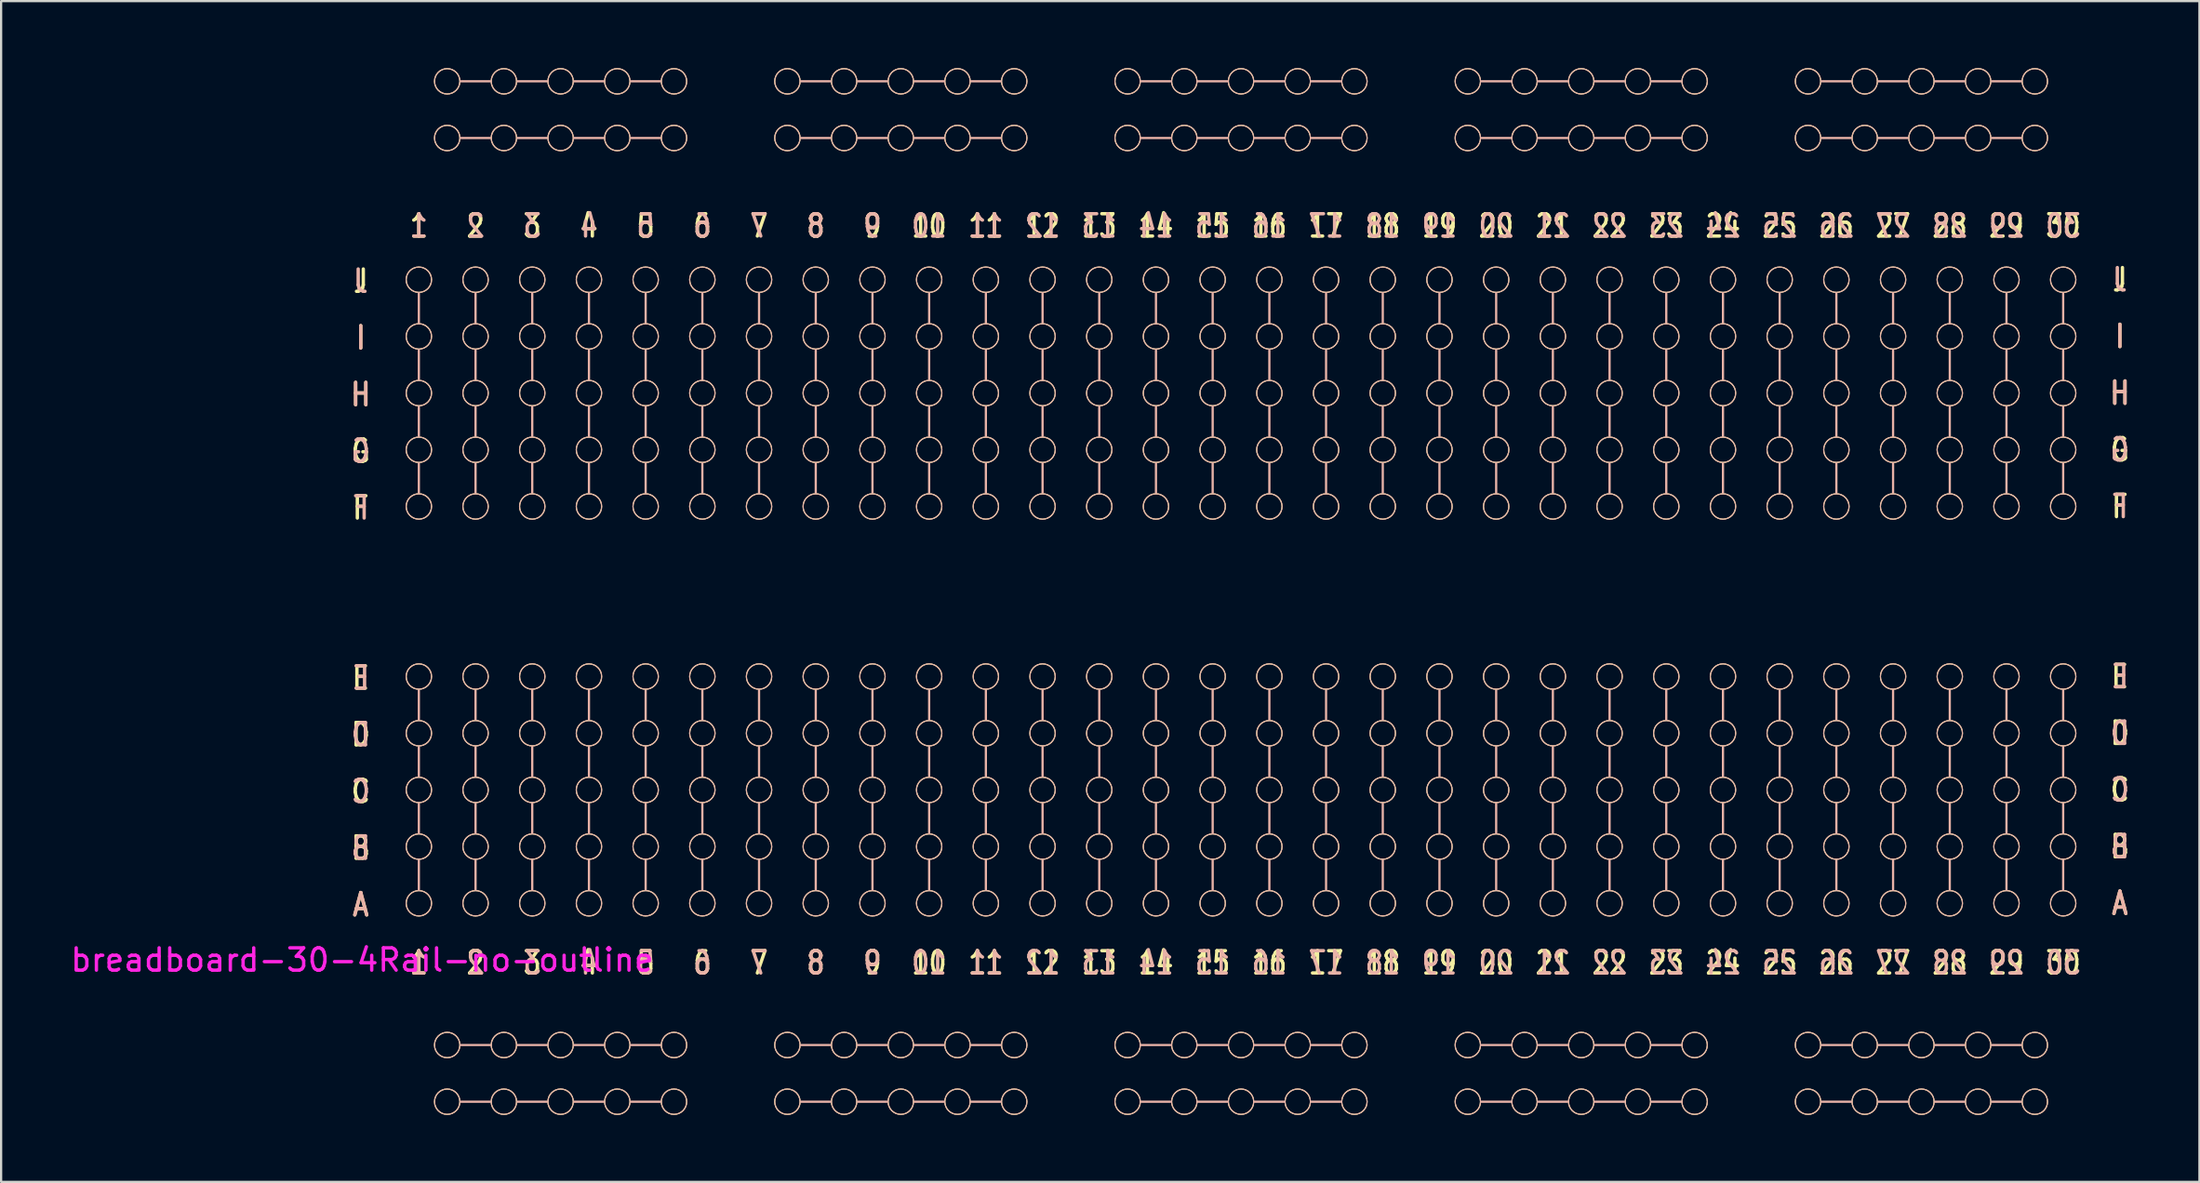
<source format=kicad_pcb>
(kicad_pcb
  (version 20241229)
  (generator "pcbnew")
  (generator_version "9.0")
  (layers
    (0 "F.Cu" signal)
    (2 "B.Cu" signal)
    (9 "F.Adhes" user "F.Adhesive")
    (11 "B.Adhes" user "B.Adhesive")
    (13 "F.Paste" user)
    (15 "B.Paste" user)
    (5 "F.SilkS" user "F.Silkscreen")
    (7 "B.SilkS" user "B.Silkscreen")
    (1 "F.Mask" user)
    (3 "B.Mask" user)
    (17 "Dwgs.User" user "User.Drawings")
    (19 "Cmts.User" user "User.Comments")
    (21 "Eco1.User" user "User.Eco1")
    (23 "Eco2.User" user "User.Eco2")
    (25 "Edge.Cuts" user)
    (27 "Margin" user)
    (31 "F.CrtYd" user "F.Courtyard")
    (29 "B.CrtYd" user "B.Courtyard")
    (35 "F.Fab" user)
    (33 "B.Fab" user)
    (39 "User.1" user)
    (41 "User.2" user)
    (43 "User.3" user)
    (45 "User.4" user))
  (footprint "breadboard-30-4Rail-no-outline"
    (layer "F.Cu")
    (at 53.813 23.453)
    (property "Reference" "breadboard-30-4Rail-no-outline" (at -40.64 16.51 180) (layer "F.CrtYd") (effects (font (size 1 1) (thickness 0.15))))
    (attr exclude_from_pos_files exclude_from_bom)
    (fp_circle (center -38.1 -13.97) (end -37.592 -13.716) (stroke (width 0.05) (type solid)) (fill no) (layer "F.SilkS"))
    (fp_circle (center -38.1 -11.43) (end -37.592 -11.176) (stroke (width 0.05) (type solid)) (fill no) (layer "F.SilkS"))
    (fp_circle (center -38.1 -8.89) (end -37.592 -8.636) (stroke (width 0.05) (type solid)) (fill no) (layer "F.SilkS"))
    (fp_circle (center -38.1 -6.35) (end -37.592 -6.096) (stroke (width 0.05) (type solid)) (fill no) (layer "F.SilkS"))
    (fp_circle (center -38.1 -3.81) (end -37.592 -3.556) (stroke (width 0.05) (type solid)) (fill no) (layer "F.SilkS"))
    (fp_circle (center -38.1 3.81) (end -37.592 4.064) (stroke (width 0.05) (type solid)) (fill no) (layer "F.SilkS"))
    (fp_circle (center -38.1 6.35) (end -37.592 6.604) (stroke (width 0.05) (type solid)) (fill no) (layer "F.SilkS"))
    (fp_circle (center -38.1 8.89) (end -37.592 9.144) (stroke (width 0.05) (type solid)) (fill no) (layer "F.SilkS"))
    (fp_circle (center -38.1 11.43) (end -37.592 11.684) (stroke (width 0.05) (type solid)) (fill no) (layer "F.SilkS"))
    (fp_circle (center -38.1 13.97) (end -37.592 14.224) (stroke (width 0.05) (type solid)) (fill no) (layer "F.SilkS"))
    (fp_circle (center -36.83 -22.86) (end -36.576 -23.368) (stroke (width 0.05) (type solid)) (fill no) (layer "F.SilkS"))
    (fp_circle (center -36.83 -20.32) (end -36.576 -20.828) (stroke (width 0.05) (type solid)) (fill no) (layer "F.SilkS"))
    (fp_circle (center -36.83 20.32) (end -36.576 19.812) (stroke (width 0.05) (type solid)) (fill no) (layer "F.SilkS"))
    (fp_circle (center -36.83 22.86) (end -36.576 22.352) (stroke (width 0.05) (type solid)) (fill no) (layer "F.SilkS"))
    (fp_circle (center -35.56 -13.97) (end -35.052 -13.716) (stroke (width 0.05) (type solid)) (fill no) (layer "F.SilkS"))
    (fp_circle (center -35.56 -11.43) (end -35.052 -11.176) (stroke (width 0.05) (type solid)) (fill no) (layer "F.SilkS"))
    (fp_circle (center -35.56 -8.89) (end -35.052 -8.636) (stroke (width 0.05) (type solid)) (fill no) (layer "F.SilkS"))
    (fp_circle (center -35.56 -6.35) (end -35.052 -6.096) (stroke (width 0.05) (type solid)) (fill no) (layer "F.SilkS"))
    (fp_circle (center -35.56 -3.81) (end -35.052 -3.556) (stroke (width 0.05) (type solid)) (fill no) (layer "F.SilkS"))
    (fp_circle (center -35.56 3.81) (end -35.052 4.064) (stroke (width 0.05) (type solid)) (fill no) (layer "F.SilkS"))
    (fp_circle (center -35.56 6.35) (end -35.052 6.604) (stroke (width 0.05) (type solid)) (fill no) (layer "F.SilkS"))
    (fp_circle (center -35.56 8.89) (end -35.052 9.144) (stroke (width 0.05) (type solid)) (fill no) (layer "F.SilkS"))
    (fp_circle (center -35.56 11.43) (end -35.052 11.684) (stroke (width 0.05) (type solid)) (fill no) (layer "F.SilkS"))
    (fp_circle (center -35.56 13.97) (end -35.052 14.224) (stroke (width 0.05) (type solid)) (fill no) (layer "F.SilkS"))
    (fp_circle (center -34.29 -22.86) (end -34.036 -23.368) (stroke (width 0.05) (type solid)) (fill no) (layer "F.SilkS"))
    (fp_circle (center -34.29 -20.32) (end -34.036 -20.828) (stroke (width 0.05) (type solid)) (fill no) (layer "F.SilkS"))
    (fp_circle (center -34.29 20.32) (end -34.036 19.812) (stroke (width 0.05) (type solid)) (fill no) (layer "F.SilkS"))
    (fp_circle (center -34.29 22.86) (end -34.036 22.352) (stroke (width 0.05) (type solid)) (fill no) (layer "F.SilkS"))
    (fp_circle (center -33.02 -13.97) (end -32.512 -13.716) (stroke (width 0.05) (type solid)) (fill no) (layer "F.SilkS"))
    (fp_circle (center -33.02 -11.43) (end -32.512 -11.176) (stroke (width 0.05) (type solid)) (fill no) (layer "F.SilkS"))
    (fp_circle (center -33.02 -8.89) (end -32.512 -8.636) (stroke (width 0.05) (type solid)) (fill no) (layer "F.SilkS"))
    (fp_circle (center -33.02 -6.35) (end -32.512 -6.096) (stroke (width 0.05) (type solid)) (fill no) (layer "F.SilkS"))
    (fp_circle (center -33.02 -3.81) (end -32.512 -3.556) (stroke (width 0.05) (type solid)) (fill no) (layer "F.SilkS"))
    (fp_circle (center -33.02 3.81) (end -32.512 4.064) (stroke (width 0.05) (type solid)) (fill no) (layer "F.SilkS"))
    (fp_circle (center -33.02 6.35) (end -32.512 6.604) (stroke (width 0.05) (type solid)) (fill no) (layer "F.SilkS"))
    (fp_circle (center -33.02 8.89) (end -32.512 9.144) (stroke (width 0.05) (type solid)) (fill no) (layer "F.SilkS"))
    (fp_circle (center -33.02 11.43) (end -32.512 11.684) (stroke (width 0.05) (type solid)) (fill no) (layer "F.SilkS"))
    (fp_circle (center -33.02 13.97) (end -32.512 14.224) (stroke (width 0.05) (type solid)) (fill no) (layer "F.SilkS"))
    (fp_circle (center -31.75 -22.86) (end -31.496 -23.368) (stroke (width 0.05) (type solid)) (fill no) (layer "F.SilkS"))
    (fp_circle (center -31.75 -20.32) (end -31.496 -20.828) (stroke (width 0.05) (type solid)) (fill no) (layer "F.SilkS"))
    (fp_circle (center -31.75 20.32) (end -31.496 19.812) (stroke (width 0.05) (type solid)) (fill no) (layer "F.SilkS"))
    (fp_circle (center -31.75 22.86) (end -31.496 22.352) (stroke (width 0.05) (type solid)) (fill no) (layer "F.SilkS"))
    (fp_circle (center -30.48 -13.97) (end -29.972 -13.716) (stroke (width 0.05) (type solid)) (fill no) (layer "F.SilkS"))
    (fp_circle (center -30.48 -11.43) (end -29.972 -11.176) (stroke (width 0.05) (type solid)) (fill no) (layer "F.SilkS"))
    (fp_circle (center -30.48 -8.89) (end -29.972 -8.636) (stroke (width 0.05) (type solid)) (fill no) (layer "F.SilkS"))
    (fp_circle (center -30.48 -6.35) (end -29.972 -6.096) (stroke (width 0.05) (type solid)) (fill no) (layer "F.SilkS"))
    (fp_circle (center -30.48 -3.81) (end -29.972 -3.556) (stroke (width 0.05) (type solid)) (fill no) (layer "F.SilkS"))
    (fp_circle (center -30.48 3.81) (end -29.972 4.064) (stroke (width 0.05) (type solid)) (fill no) (layer "F.SilkS"))
    (fp_circle (center -30.48 6.35) (end -29.972 6.604) (stroke (width 0.05) (type solid)) (fill no) (layer "F.SilkS"))
    (fp_circle (center -30.48 8.89) (end -29.972 9.144) (stroke (width 0.05) (type solid)) (fill no) (layer "F.SilkS"))
    (fp_circle (center -30.48 11.43) (end -29.972 11.684) (stroke (width 0.05) (type solid)) (fill no) (layer "F.SilkS"))
    (fp_circle (center -30.48 13.97) (end -29.972 14.224) (stroke (width 0.05) (type solid)) (fill no) (layer "F.SilkS"))
    (fp_circle (center -29.21 -22.86) (end -28.956 -23.368) (stroke (width 0.05) (type solid)) (fill no) (layer "F.SilkS"))
    (fp_circle (center -29.21 -20.32) (end -28.956 -20.828) (stroke (width 0.05) (type solid)) (fill no) (layer "F.SilkS"))
    (fp_circle (center -29.21 20.32) (end -28.956 19.812) (stroke (width 0.05) (type solid)) (fill no) (layer "F.SilkS"))
    (fp_circle (center -29.21 22.86) (end -28.956 22.352) (stroke (width 0.05) (type solid)) (fill no) (layer "F.SilkS"))
    (fp_circle (center -27.94 -13.97) (end -27.432 -13.716) (stroke (width 0.05) (type solid)) (fill no) (layer "F.SilkS"))
    (fp_circle (center -27.94 -11.43) (end -27.432 -11.176) (stroke (width 0.05) (type solid)) (fill no) (layer "F.SilkS"))
    (fp_circle (center -27.94 -8.89) (end -27.432 -8.636) (stroke (width 0.05) (type solid)) (fill no) (layer "F.SilkS"))
    (fp_circle (center -27.94 -6.35) (end -27.432 -6.096) (stroke (width 0.05) (type solid)) (fill no) (layer "F.SilkS"))
    (fp_circle (center -27.94 -3.81) (end -27.432 -3.556) (stroke (width 0.05) (type solid)) (fill no) (layer "F.SilkS"))
    (fp_circle (center -27.94 3.81) (end -27.432 4.064) (stroke (width 0.05) (type solid)) (fill no) (layer "F.SilkS"))
    (fp_circle (center -27.94 6.35) (end -27.432 6.604) (stroke (width 0.05) (type solid)) (fill no) (layer "F.SilkS"))
    (fp_circle (center -27.94 8.89) (end -27.432 9.144) (stroke (width 0.05) (type solid)) (fill no) (layer "F.SilkS"))
    (fp_circle (center -27.94 11.43) (end -27.432 11.684) (stroke (width 0.05) (type solid)) (fill no) (layer "F.SilkS"))
    (fp_circle (center -27.94 13.97) (end -27.432 14.224) (stroke (width 0.05) (type solid)) (fill no) (layer "F.SilkS"))
    (fp_circle (center -26.67 -22.86) (end -26.416 -23.368) (stroke (width 0.05) (type solid)) (fill no) (layer "F.SilkS"))
    (fp_circle (center -26.67 -20.32) (end -26.416 -20.828) (stroke (width 0.05) (type solid)) (fill no) (layer "F.SilkS"))
    (fp_circle (center -26.67 20.32) (end -26.416 19.812) (stroke (width 0.05) (type solid)) (fill no) (layer "F.SilkS"))
    (fp_circle (center -26.67 22.86) (end -26.416 22.352) (stroke (width 0.05) (type solid)) (fill no) (layer "F.SilkS"))
    (fp_circle (center -25.4 -13.97) (end -24.892 -13.716) (stroke (width 0.05) (type solid)) (fill no) (layer "F.SilkS"))
    (fp_circle (center -25.4 -11.43) (end -24.892 -11.176) (stroke (width 0.05) (type solid)) (fill no) (layer "F.SilkS"))
    (fp_circle (center -25.4 -8.89) (end -24.892 -8.636) (stroke (width 0.05) (type solid)) (fill no) (layer "F.SilkS"))
    (fp_circle (center -25.4 -6.35) (end -24.892 -6.096) (stroke (width 0.05) (type solid)) (fill no) (layer "F.SilkS"))
    (fp_circle (center -25.4 -3.81) (end -24.892 -3.556) (stroke (width 0.05) (type solid)) (fill no) (layer "F.SilkS"))
    (fp_circle (center -25.4 3.81) (end -24.892 4.064) (stroke (width 0.05) (type solid)) (fill no) (layer "F.SilkS"))
    (fp_circle (center -25.4 6.35) (end -24.892 6.604) (stroke (width 0.05) (type solid)) (fill no) (layer "F.SilkS"))
    (fp_circle (center -25.4 8.89) (end -24.892 9.144) (stroke (width 0.05) (type solid)) (fill no) (layer "F.SilkS"))
    (fp_circle (center -25.4 11.43) (end -24.892 11.684) (stroke (width 0.05) (type solid)) (fill no) (layer "F.SilkS"))
    (fp_circle (center -25.4 13.97) (end -24.892 14.224) (stroke (width 0.05) (type solid)) (fill no) (layer "F.SilkS"))
    (fp_circle (center -22.86 -13.97) (end -22.352 -13.716) (stroke (width 0.05) (type solid)) (fill no) (layer "F.SilkS"))
    (fp_circle (center -22.86 -11.43) (end -22.352 -11.176) (stroke (width 0.05) (type solid)) (fill no) (layer "F.SilkS"))
    (fp_circle (center -22.86 -8.89) (end -22.352 -8.636) (stroke (width 0.05) (type solid)) (fill no) (layer "F.SilkS"))
    (fp_circle (center -22.86 -6.35) (end -22.352 -6.096) (stroke (width 0.05) (type solid)) (fill no) (layer "F.SilkS"))
    (fp_circle (center -22.86 -3.81) (end -22.352 -3.556) (stroke (width 0.05) (type solid)) (fill no) (layer "F.SilkS"))
    (fp_circle (center -22.86 3.81) (end -22.352 4.064) (stroke (width 0.05) (type solid)) (fill no) (layer "F.SilkS"))
    (fp_circle (center -22.86 6.35) (end -22.352 6.604) (stroke (width 0.05) (type solid)) (fill no) (layer "F.SilkS"))
    (fp_circle (center -22.86 8.89) (end -22.352 9.144) (stroke (width 0.05) (type solid)) (fill no) (layer "F.SilkS"))
    (fp_circle (center -22.86 11.43) (end -22.352 11.684) (stroke (width 0.05) (type solid)) (fill no) (layer "F.SilkS"))
    (fp_circle (center -22.86 13.97) (end -22.352 14.224) (stroke (width 0.05) (type solid)) (fill no) (layer "F.SilkS"))
    (fp_circle (center -21.59 -22.86) (end -21.336 -23.368) (stroke (width 0.05) (type solid)) (fill no) (layer "F.SilkS"))
    (fp_circle (center -21.59 -20.32) (end -21.336 -20.828) (stroke (width 0.05) (type solid)) (fill no) (layer "F.SilkS"))
    (fp_circle (center -21.59 20.32) (end -21.336 19.812) (stroke (width 0.05) (type solid)) (fill no) (layer "F.SilkS"))
    (fp_circle (center -21.59 22.86) (end -21.336 22.352) (stroke (width 0.05) (type solid)) (fill no) (layer "F.SilkS"))
    (fp_circle (center -20.32 -13.97) (end -19.812 -13.716) (stroke (width 0.05) (type solid)) (fill no) (layer "F.SilkS"))
    (fp_circle (center -20.32 -11.43) (end -19.812 -11.176) (stroke (width 0.05) (type solid)) (fill no) (layer "F.SilkS"))
    (fp_circle (center -20.32 -8.89) (end -19.812 -8.636) (stroke (width 0.05) (type solid)) (fill no) (layer "F.SilkS"))
    (fp_circle (center -20.32 -6.35) (end -19.812 -6.096) (stroke (width 0.05) (type solid)) (fill no) (layer "F.SilkS"))
    (fp_circle (center -20.32 -3.81) (end -19.812 -3.556) (stroke (width 0.05) (type solid)) (fill no) (layer "F.SilkS"))
    (fp_circle (center -20.32 3.81) (end -19.812 4.064) (stroke (width 0.05) (type solid)) (fill no) (layer "F.SilkS"))
    (fp_circle (center -20.32 6.35) (end -19.812 6.604) (stroke (width 0.05) (type solid)) (fill no) (layer "F.SilkS"))
    (fp_circle (center -20.32 8.89) (end -19.812 9.144) (stroke (width 0.05) (type solid)) (fill no) (layer "F.SilkS"))
    (fp_circle (center -20.32 11.43) (end -19.812 11.684) (stroke (width 0.05) (type solid)) (fill no) (layer "F.SilkS"))
    (fp_circle (center -20.32 13.97) (end -19.812 14.224) (stroke (width 0.05) (type solid)) (fill no) (layer "F.SilkS"))
    (fp_circle (center -19.05 -22.86) (end -18.796 -23.368) (stroke (width 0.05) (type solid)) (fill no) (layer "F.SilkS"))
    (fp_circle (center -19.05 -20.32) (end -18.796 -20.828) (stroke (width 0.05) (type solid)) (fill no) (layer "F.SilkS"))
    (fp_circle (center -19.05 20.32) (end -18.796 19.812) (stroke (width 0.05) (type solid)) (fill no) (layer "F.SilkS"))
    (fp_circle (center -19.05 22.86) (end -18.796 22.352) (stroke (width 0.05) (type solid)) (fill no) (layer "F.SilkS"))
    (fp_circle (center -17.78 -13.97) (end -17.272 -13.716) (stroke (width 0.05) (type solid)) (fill no) (layer "F.SilkS"))
    (fp_circle (center -17.78 -11.43) (end -17.272 -11.176) (stroke (width 0.05) (type solid)) (fill no) (layer "F.SilkS"))
    (fp_circle (center -17.78 -8.89) (end -17.272 -8.636) (stroke (width 0.05) (type solid)) (fill no) (layer "F.SilkS"))
    (fp_circle (center -17.78 -6.35) (end -17.272 -6.096) (stroke (width 0.05) (type solid)) (fill no) (layer "F.SilkS"))
    (fp_circle (center -17.78 -3.81) (end -17.272 -3.556) (stroke (width 0.05) (type solid)) (fill no) (layer "F.SilkS"))
    (fp_circle (center -17.78 3.81) (end -17.272 4.064) (stroke (width 0.05) (type solid)) (fill no) (layer "F.SilkS"))
    (fp_circle (center -17.78 6.35) (end -17.272 6.604) (stroke (width 0.05) (type solid)) (fill no) (layer "F.SilkS"))
    (fp_circle (center -17.78 8.89) (end -17.272 9.144) (stroke (width 0.05) (type solid)) (fill no) (layer "F.SilkS"))
    (fp_circle (center -17.78 11.43) (end -17.272 11.684) (stroke (width 0.05) (type solid)) (fill no) (layer "F.SilkS"))
    (fp_circle (center -17.78 13.97) (end -17.272 14.224) (stroke (width 0.05) (type solid)) (fill no) (layer "F.SilkS"))
    (fp_circle (center -16.51 -22.86) (end -16.256 -23.368) (stroke (width 0.05) (type solid)) (fill no) (layer "F.SilkS"))
    (fp_circle (center -16.51 -20.32) (end -16.256 -20.828) (stroke (width 0.05) (type solid)) (fill no) (layer "F.SilkS"))
    (fp_circle (center -16.51 20.32) (end -16.256 19.812) (stroke (width 0.05) (type solid)) (fill no) (layer "F.SilkS"))
    (fp_circle (center -16.51 22.86) (end -16.256 22.352) (stroke (width 0.05) (type solid)) (fill no) (layer "F.SilkS"))
    (fp_circle (center -15.24 -13.97) (end -14.732 -13.716) (stroke (width 0.05) (type solid)) (fill no) (layer "F.SilkS"))
    (fp_circle (center -15.24 -11.43) (end -14.732 -11.176) (stroke (width 0.05) (type solid)) (fill no) (layer "F.SilkS"))
    (fp_circle (center -15.24 -8.89) (end -14.732 -8.636) (stroke (width 0.05) (type solid)) (fill no) (layer "F.SilkS"))
    (fp_circle (center -15.24 -6.35) (end -14.732 -6.096) (stroke (width 0.05) (type solid)) (fill no) (layer "F.SilkS"))
    (fp_circle (center -15.24 -3.81) (end -14.732 -3.556) (stroke (width 0.05) (type solid)) (fill no) (layer "F.SilkS"))
    (fp_circle (center -15.24 3.81) (end -14.732 4.064) (stroke (width 0.05) (type solid)) (fill no) (layer "F.SilkS"))
    (fp_circle (center -15.24 6.35) (end -14.732 6.604) (stroke (width 0.05) (type solid)) (fill no) (layer "F.SilkS"))
    (fp_circle (center -15.24 8.89) (end -14.732 9.144) (stroke (width 0.05) (type solid)) (fill no) (layer "F.SilkS"))
    (fp_circle (center -15.24 11.43) (end -14.732 11.684) (stroke (width 0.05) (type solid)) (fill no) (layer "F.SilkS"))
    (fp_circle (center -15.24 13.97) (end -14.732 14.224) (stroke (width 0.05) (type solid)) (fill no) (layer "F.SilkS"))
    (fp_circle (center -13.97 -22.86) (end -13.716 -23.368) (stroke (width 0.05) (type solid)) (fill no) (layer "F.SilkS"))
    (fp_circle (center -13.97 -20.32) (end -13.716 -20.828) (stroke (width 0.05) (type solid)) (fill no) (layer "F.SilkS"))
    (fp_circle (center -13.97 20.32) (end -13.716 19.812) (stroke (width 0.05) (type solid)) (fill no) (layer "F.SilkS"))
    (fp_circle (center -13.97 22.86) (end -13.716 22.352) (stroke (width 0.05) (type solid)) (fill no) (layer "F.SilkS"))
    (fp_circle (center -12.7 -13.97) (end -12.192 -13.716) (stroke (width 0.05) (type solid)) (fill no) (layer "F.SilkS"))
    (fp_circle (center -12.7 -11.43) (end -12.192 -11.176) (stroke (width 0.05) (type solid)) (fill no) (layer "F.SilkS"))
    (fp_circle (center -12.7 -8.89) (end -12.192 -8.636) (stroke (width 0.05) (type solid)) (fill no) (layer "F.SilkS"))
    (fp_circle (center -12.7 -6.35) (end -12.192 -6.096) (stroke (width 0.05) (type solid)) (fill no) (layer "F.SilkS"))
    (fp_circle (center -12.7 -3.81) (end -12.192 -3.556) (stroke (width 0.05) (type solid)) (fill no) (layer "F.SilkS"))
    (fp_circle (center -12.7 3.81) (end -12.192 4.064) (stroke (width 0.05) (type solid)) (fill no) (layer "F.SilkS"))
    (fp_circle (center -12.7 6.35) (end -12.192 6.604) (stroke (width 0.05) (type solid)) (fill no) (layer "F.SilkS"))
    (fp_circle (center -12.7 8.89) (end -12.192 9.144) (stroke (width 0.05) (type solid)) (fill no) (layer "F.SilkS"))
    (fp_circle (center -12.7 11.43) (end -12.192 11.684) (stroke (width 0.05) (type solid)) (fill no) (layer "F.SilkS"))
    (fp_circle (center -12.7 13.97) (end -12.192 14.224) (stroke (width 0.05) (type solid)) (fill no) (layer "F.SilkS"))
    (fp_circle (center -11.43 -22.86) (end -11.176 -23.368) (stroke (width 0.05) (type solid)) (fill no) (layer "F.SilkS"))
    (fp_circle (center -11.43 -20.32) (end -11.176 -20.828) (stroke (width 0.05) (type solid)) (fill no) (layer "F.SilkS"))
    (fp_circle (center -11.43 20.32) (end -11.176 19.812) (stroke (width 0.05) (type solid)) (fill no) (layer "F.SilkS"))
    (fp_circle (center -11.43 22.86) (end -11.176 22.352) (stroke (width 0.05) (type solid)) (fill no) (layer "F.SilkS"))
    (fp_circle (center -10.16 -13.97) (end -9.652 -13.716) (stroke (width 0.05) (type solid)) (fill no) (layer "F.SilkS"))
    (fp_circle (center -10.16 -11.43) (end -9.652 -11.176) (stroke (width 0.05) (type solid)) (fill no) (layer "F.SilkS"))
    (fp_circle (center -10.16 -8.89) (end -9.652 -8.636) (stroke (width 0.05) (type solid)) (fill no) (layer "F.SilkS"))
    (fp_circle (center -10.16 -6.35) (end -9.652 -6.096) (stroke (width 0.05) (type solid)) (fill no) (layer "F.SilkS"))
    (fp_circle (center -10.16 -3.81) (end -9.652 -3.556) (stroke (width 0.05) (type solid)) (fill no) (layer "F.SilkS"))
    (fp_circle (center -10.16 3.81) (end -9.652 4.064) (stroke (width 0.05) (type solid)) (fill no) (layer "F.SilkS"))
    (fp_circle (center -10.16 6.35) (end -9.652 6.604) (stroke (width 0.05) (type solid)) (fill no) (layer "F.SilkS"))
    (fp_circle (center -10.16 8.89) (end -9.652 9.144) (stroke (width 0.05) (type solid)) (fill no) (layer "F.SilkS"))
    (fp_circle (center -10.16 11.43) (end -9.652 11.684) (stroke (width 0.05) (type solid)) (fill no) (layer "F.SilkS"))
    (fp_circle (center -10.16 13.97) (end -9.652 14.224) (stroke (width 0.05) (type solid)) (fill no) (layer "F.SilkS"))
    (fp_circle (center -7.62 -13.97) (end -7.112 -13.716) (stroke (width 0.05) (type solid)) (fill no) (layer "F.SilkS"))
    (fp_circle (center -7.62 -11.43) (end -7.112 -11.176) (stroke (width 0.05) (type solid)) (fill no) (layer "F.SilkS"))
    (fp_circle (center -7.62 -8.89) (end -7.112 -8.636) (stroke (width 0.05) (type solid)) (fill no) (layer "F.SilkS"))
    (fp_circle (center -7.62 -6.35) (end -7.112 -6.096) (stroke (width 0.05) (type solid)) (fill no) (layer "F.SilkS"))
    (fp_circle (center -7.62 -3.81) (end -7.112 -3.556) (stroke (width 0.05) (type solid)) (fill no) (layer "F.SilkS"))
    (fp_circle (center -7.62 3.81) (end -7.112 4.064) (stroke (width 0.05) (type solid)) (fill no) (layer "F.SilkS"))
    (fp_circle (center -7.62 6.35) (end -7.112 6.604) (stroke (width 0.05) (type solid)) (fill no) (layer "F.SilkS"))
    (fp_circle (center -7.62 8.89) (end -7.112 9.144) (stroke (width 0.05) (type solid)) (fill no) (layer "F.SilkS"))
    (fp_circle (center -7.62 11.43) (end -7.112 11.684) (stroke (width 0.05) (type solid)) (fill no) (layer "F.SilkS"))
    (fp_circle (center -7.62 13.97) (end -7.112 14.224) (stroke (width 0.05) (type solid)) (fill no) (layer "F.SilkS"))
    (fp_circle (center -6.35 -22.86) (end -6.096 -23.368) (stroke (width 0.05) (type solid)) (fill no) (layer "F.SilkS"))
    (fp_circle (center -6.35 -20.32) (end -6.096 -20.828) (stroke (width 0.05) (type solid)) (fill no) (layer "F.SilkS"))
    (fp_circle (center -6.35 20.32) (end -6.096 19.812) (stroke (width 0.05) (type solid)) (fill no) (layer "F.SilkS"))
    (fp_circle (center -6.35 22.86) (end -6.096 22.352) (stroke (width 0.05) (type solid)) (fill no) (layer "F.SilkS"))
    (fp_circle (center -5.08 -13.97) (end -4.572 -13.716) (stroke (width 0.05) (type solid)) (fill no) (layer "F.SilkS"))
    (fp_circle (center -5.08 -11.43) (end -4.572 -11.176) (stroke (width 0.05) (type solid)) (fill no) (layer "F.SilkS"))
    (fp_circle (center -5.08 -8.89) (end -4.572 -8.636) (stroke (width 0.05) (type solid)) (fill no) (layer "F.SilkS"))
    (fp_circle (center -5.08 -6.35) (end -4.572 -6.096) (stroke (width 0.05) (type solid)) (fill no) (layer "F.SilkS"))
    (fp_circle (center -5.08 -3.81) (end -4.572 -3.556) (stroke (width 0.05) (type solid)) (fill no) (layer "F.SilkS"))
    (fp_circle (center -5.08 3.81) (end -4.572 4.064) (stroke (width 0.05) (type solid)) (fill no) (layer "F.SilkS"))
    (fp_circle (center -5.08 6.35) (end -4.572 6.604) (stroke (width 0.05) (type solid)) (fill no) (layer "F.SilkS"))
    (fp_circle (center -5.08 8.89) (end -4.572 9.144) (stroke (width 0.05) (type solid)) (fill no) (layer "F.SilkS"))
    (fp_circle (center -5.08 11.43) (end -4.572 11.684) (stroke (width 0.05) (type solid)) (fill no) (layer "F.SilkS"))
    (fp_circle (center -5.08 13.97) (end -4.572 14.224) (stroke (width 0.05) (type solid)) (fill no) (layer "F.SilkS"))
    (fp_circle (center -3.81 -22.86) (end -3.556 -23.368) (stroke (width 0.05) (type solid)) (fill no) (layer "F.SilkS"))
    (fp_circle (center -3.81 -20.32) (end -3.556 -20.828) (stroke (width 0.05) (type solid)) (fill no) (layer "F.SilkS"))
    (fp_circle (center -3.81 20.32) (end -3.556 19.812) (stroke (width 0.05) (type solid)) (fill no) (layer "F.SilkS"))
    (fp_circle (center -3.81 22.86) (end -3.556 22.352) (stroke (width 0.05) (type solid)) (fill no) (layer "F.SilkS"))
    (fp_circle (center -2.54 -13.97) (end -2.032 -13.716) (stroke (width 0.05) (type solid)) (fill no) (layer "F.SilkS"))
    (fp_circle (center -2.54 -11.43) (end -2.032 -11.176) (stroke (width 0.05) (type solid)) (fill no) (layer "F.SilkS"))
    (fp_circle (center -2.54 -8.89) (end -2.032 -8.636) (stroke (width 0.05) (type solid)) (fill no) (layer "F.SilkS"))
    (fp_circle (center -2.54 -6.35) (end -2.032 -6.096) (stroke (width 0.05) (type solid)) (fill no) (layer "F.SilkS"))
    (fp_circle (center -2.54 -3.81) (end -2.032 -3.556) (stroke (width 0.05) (type solid)) (fill no) (layer "F.SilkS"))
    (fp_circle (center -2.54 3.81) (end -2.032 4.064) (stroke (width 0.05) (type solid)) (fill no) (layer "F.SilkS"))
    (fp_circle (center -2.54 6.35) (end -2.032 6.604) (stroke (width 0.05) (type solid)) (fill no) (layer "F.SilkS"))
    (fp_circle (center -2.54 8.89) (end -2.032 9.144) (stroke (width 0.05) (type solid)) (fill no) (layer "F.SilkS"))
    (fp_circle (center -2.54 11.43) (end -2.032 11.684) (stroke (width 0.05) (type solid)) (fill no) (layer "F.SilkS"))
    (fp_circle (center -2.54 13.97) (end -2.032 14.224) (stroke (width 0.05) (type solid)) (fill no) (layer "F.SilkS"))
    (fp_circle (center -1.27 -22.86) (end -1.016 -23.368) (stroke (width 0.05) (type solid)) (fill no) (layer "F.SilkS"))
    (fp_circle (center -1.27 -20.32) (end -1.016 -20.828) (stroke (width 0.05) (type solid)) (fill no) (layer "F.SilkS"))
    (fp_circle (center -1.27 20.32) (end -1.016 19.812) (stroke (width 0.05) (type solid)) (fill no) (layer "F.SilkS"))
    (fp_circle (center -1.27 22.86) (end -1.016 22.352) (stroke (width 0.05) (type solid)) (fill no) (layer "F.SilkS"))
    (fp_circle (center 0 -13.97) (end 0.508 -13.716) (stroke (width 0.05) (type solid)) (fill no) (layer "F.SilkS"))
    (fp_circle (center 0 -11.43) (end 0.508 -11.176) (stroke (width 0.05) (type solid)) (fill no) (layer "F.SilkS"))
    (fp_circle (center 0 -8.89) (end 0.508 -8.636) (stroke (width 0.05) (type solid)) (fill no) (layer "F.SilkS"))
    (fp_circle (center 0 -6.35) (end 0.508 -6.096) (stroke (width 0.05) (type solid)) (fill no) (layer "F.SilkS"))
    (fp_circle (center 0 -3.81) (end 0.508 -3.556) (stroke (width 0.05) (type solid)) (fill no) (layer "F.SilkS"))
    (fp_circle (center 0 3.81) (end 0.508 4.064) (stroke (width 0.05) (type solid)) (fill no) (layer "F.SilkS"))
    (fp_circle (center 0 6.35) (end 0.508 6.604) (stroke (width 0.05) (type solid)) (fill no) (layer "F.SilkS"))
    (fp_circle (center 0 8.89) (end 0.508 9.144) (stroke (width 0.05) (type solid)) (fill no) (layer "F.SilkS"))
    (fp_circle (center 0 11.43) (end 0.508 11.684) (stroke (width 0.05) (type solid)) (fill no) (layer "F.SilkS"))
    (fp_circle (center 0 13.97) (end 0.508 14.224) (stroke (width 0.05) (type solid)) (fill no) (layer "F.SilkS"))
    (fp_circle (center 1.27 -22.86) (end 1.524 -23.368) (stroke (width 0.05) (type solid)) (fill no) (layer "F.SilkS"))
    (fp_circle (center 1.27 -20.32) (end 1.524 -20.828) (stroke (width 0.05) (type solid)) (fill no) (layer "F.SilkS"))
    (fp_circle (center 1.27 20.32) (end 1.524 19.812) (stroke (width 0.05) (type solid)) (fill no) (layer "F.SilkS"))
    (fp_circle (center 1.27 22.86) (end 1.524 22.352) (stroke (width 0.05) (type solid)) (fill no) (layer "F.SilkS"))
    (fp_circle (center 2.54 -13.97) (end 3.048 -13.716) (stroke (width 0.05) (type solid)) (fill no) (layer "F.SilkS"))
    (fp_circle (center 2.54 -11.43) (end 3.048 -11.176) (stroke (width 0.05) (type solid)) (fill no) (layer "F.SilkS"))
    (fp_circle (center 2.54 -8.89) (end 3.048 -8.636) (stroke (width 0.05) (type solid)) (fill no) (layer "F.SilkS"))
    (fp_circle (center 2.54 -6.35) (end 3.048 -6.096) (stroke (width 0.05) (type solid)) (fill no) (layer "F.SilkS"))
    (fp_circle (center 2.54 -3.81) (end 3.048 -3.556) (stroke (width 0.05) (type solid)) (fill no) (layer "F.SilkS"))
    (fp_circle (center 2.54 3.81) (end 3.048 4.064) (stroke (width 0.05) (type solid)) (fill no) (layer "F.SilkS"))
    (fp_circle (center 2.54 6.35) (end 3.048 6.604) (stroke (width 0.05) (type solid)) (fill no) (layer "F.SilkS"))
    (fp_circle (center 2.54 8.89) (end 3.048 9.144) (stroke (width 0.05) (type solid)) (fill no) (layer "F.SilkS"))
    (fp_circle (center 2.54 11.43) (end 3.048 11.684) (stroke (width 0.05) (type solid)) (fill no) (layer "F.SilkS"))
    (fp_circle (center 2.54 13.97) (end 3.048 14.224) (stroke (width 0.05) (type solid)) (fill no) (layer "F.SilkS"))
    (fp_circle (center 3.81 -22.86) (end 4.064 -23.368) (stroke (width 0.05) (type solid)) (fill no) (layer "F.SilkS"))
    (fp_circle (center 3.81 -20.32) (end 4.064 -20.828) (stroke (width 0.05) (type solid)) (fill no) (layer "F.SilkS"))
    (fp_circle (center 3.81 20.32) (end 4.064 19.812) (stroke (width 0.05) (type solid)) (fill no) (layer "F.SilkS"))
    (fp_circle (center 3.81 22.86) (end 4.064 22.352) (stroke (width 0.05) (type solid)) (fill no) (layer "F.SilkS"))
    (fp_circle (center 5.08 -13.97) (end 5.588 -13.716) (stroke (width 0.05) (type solid)) (fill no) (layer "F.SilkS"))
    (fp_circle (center 5.08 -11.43) (end 5.588 -11.176) (stroke (width 0.05) (type solid)) (fill no) (layer "F.SilkS"))
    (fp_circle (center 5.08 -8.89) (end 5.588 -8.636) (stroke (width 0.05) (type solid)) (fill no) (layer "F.SilkS"))
    (fp_circle (center 5.08 -6.35) (end 5.588 -6.096) (stroke (width 0.05) (type solid)) (fill no) (layer "F.SilkS"))
    (fp_circle (center 5.08 -3.81) (end 5.588 -3.556) (stroke (width 0.05) (type solid)) (fill no) (layer "F.SilkS"))
    (fp_circle (center 5.08 3.81) (end 5.588 4.064) (stroke (width 0.05) (type solid)) (fill no) (layer "F.SilkS"))
    (fp_circle (center 5.08 6.35) (end 5.588 6.604) (stroke (width 0.05) (type solid)) (fill no) (layer "F.SilkS"))
    (fp_circle (center 5.08 8.89) (end 5.588 9.144) (stroke (width 0.05) (type solid)) (fill no) (layer "F.SilkS"))
    (fp_circle (center 5.08 11.43) (end 5.588 11.684) (stroke (width 0.05) (type solid)) (fill no) (layer "F.SilkS"))
    (fp_circle (center 5.08 13.97) (end 5.588 14.224) (stroke (width 0.05) (type solid)) (fill no) (layer "F.SilkS"))
    (fp_circle (center 7.62 -13.97) (end 8.128 -13.716) (stroke (width 0.05) (type solid)) (fill no) (layer "F.SilkS"))
    (fp_circle (center 7.62 -11.43) (end 8.128 -11.176) (stroke (width 0.05) (type solid)) (fill no) (layer "F.SilkS"))
    (fp_circle (center 7.62 -8.89) (end 8.128 -8.636) (stroke (width 0.05) (type solid)) (fill no) (layer "F.SilkS"))
    (fp_circle (center 7.62 -6.35) (end 8.128 -6.096) (stroke (width 0.05) (type solid)) (fill no) (layer "F.SilkS"))
    (fp_circle (center 7.62 -3.81) (end 8.128 -3.556) (stroke (width 0.05) (type solid)) (fill no) (layer "F.SilkS"))
    (fp_circle (center 7.62 3.81) (end 8.128 4.064) (stroke (width 0.05) (type solid)) (fill no) (layer "F.SilkS"))
    (fp_circle (center 7.62 6.35) (end 8.128 6.604) (stroke (width 0.05) (type solid)) (fill no) (layer "F.SilkS"))
    (fp_circle (center 7.62 8.89) (end 8.128 9.144) (stroke (width 0.05) (type solid)) (fill no) (layer "F.SilkS"))
    (fp_circle (center 7.62 11.43) (end 8.128 11.684) (stroke (width 0.05) (type solid)) (fill no) (layer "F.SilkS"))
    (fp_circle (center 7.62 13.97) (end 8.128 14.224) (stroke (width 0.05) (type solid)) (fill no) (layer "F.SilkS"))
    (fp_circle (center 8.89 -22.86) (end 9.144 -23.368) (stroke (width 0.05) (type solid)) (fill no) (layer "F.SilkS"))
    (fp_circle (center 8.89 -20.32) (end 9.144 -20.828) (stroke (width 0.05) (type solid)) (fill no) (layer "F.SilkS"))
    (fp_circle (center 8.89 20.32) (end 9.144 19.812) (stroke (width 0.05) (type solid)) (fill no) (layer "F.SilkS"))
    (fp_circle (center 8.89 22.86) (end 9.144 22.352) (stroke (width 0.05) (type solid)) (fill no) (layer "F.SilkS"))
    (fp_circle (center 10.16 -13.97) (end 10.668 -13.716) (stroke (width 0.05) (type solid)) (fill no) (layer "F.SilkS"))
    (fp_circle (center 10.16 -11.43) (end 10.668 -11.176) (stroke (width 0.05) (type solid)) (fill no) (layer "F.SilkS"))
    (fp_circle (center 10.16 -8.89) (end 10.668 -8.636) (stroke (width 0.05) (type solid)) (fill no) (layer "F.SilkS"))
    (fp_circle (center 10.16 -6.35) (end 10.668 -6.096) (stroke (width 0.05) (type solid)) (fill no) (layer "F.SilkS"))
    (fp_circle (center 10.16 -3.81) (end 10.668 -3.556) (stroke (width 0.05) (type solid)) (fill no) (layer "F.SilkS"))
    (fp_circle (center 10.16 3.81) (end 10.668 4.064) (stroke (width 0.05) (type solid)) (fill no) (layer "F.SilkS"))
    (fp_circle (center 10.16 6.35) (end 10.668 6.604) (stroke (width 0.05) (type solid)) (fill no) (layer "F.SilkS"))
    (fp_circle (center 10.16 8.89) (end 10.668 9.144) (stroke (width 0.05) (type solid)) (fill no) (layer "F.SilkS"))
    (fp_circle (center 10.16 11.43) (end 10.668 11.684) (stroke (width 0.05) (type solid)) (fill no) (layer "F.SilkS"))
    (fp_circle (center 10.16 13.97) (end 10.668 14.224) (stroke (width 0.05) (type solid)) (fill no) (layer "F.SilkS"))
    (fp_circle (center 11.43 -22.86) (end 11.684 -23.368) (stroke (width 0.05) (type solid)) (fill no) (layer "F.SilkS"))
    (fp_circle (center 11.43 -20.32) (end 11.684 -20.828) (stroke (width 0.05) (type solid)) (fill no) (layer "F.SilkS"))
    (fp_circle (center 11.43 20.32) (end 11.684 19.812) (stroke (width 0.05) (type solid)) (fill no) (layer "F.SilkS"))
    (fp_circle (center 11.43 22.86) (end 11.684 22.352) (stroke (width 0.05) (type solid)) (fill no) (layer "F.SilkS"))
    (fp_circle (center 12.7 -13.97) (end 13.208 -13.716) (stroke (width 0.05) (type solid)) (fill no) (layer "F.SilkS"))
    (fp_circle (center 12.7 -11.43) (end 13.208 -11.176) (stroke (width 0.05) (type solid)) (fill no) (layer "F.SilkS"))
    (fp_circle (center 12.7 -8.89) (end 13.208 -8.636) (stroke (width 0.05) (type solid)) (fill no) (layer "F.SilkS"))
    (fp_circle (center 12.7 -6.35) (end 13.208 -6.096) (stroke (width 0.05) (type solid)) (fill no) (layer "F.SilkS"))
    (fp_circle (center 12.7 -3.81) (end 13.208 -3.556) (stroke (width 0.05) (type solid)) (fill no) (layer "F.SilkS"))
    (fp_circle (center 12.7 3.81) (end 13.208 4.064) (stroke (width 0.05) (type solid)) (fill no) (layer "F.SilkS"))
    (fp_circle (center 12.7 6.35) (end 13.208 6.604) (stroke (width 0.05) (type solid)) (fill no) (layer "F.SilkS"))
    (fp_circle (center 12.7 8.89) (end 13.208 9.144) (stroke (width 0.05) (type solid)) (fill no) (layer "F.SilkS"))
    (fp_circle (center 12.7 11.43) (end 13.208 11.684) (stroke (width 0.05) (type solid)) (fill no) (layer "F.SilkS"))
    (fp_circle (center 12.7 13.97) (end 13.208 14.224) (stroke (width 0.05) (type solid)) (fill no) (layer "F.SilkS"))
    (fp_circle (center 13.97 -22.86) (end 14.224 -23.368) (stroke (width 0.05) (type solid)) (fill no) (layer "F.SilkS"))
    (fp_circle (center 13.97 -20.32) (end 14.224 -20.828) (stroke (width 0.05) (type solid)) (fill no) (layer "F.SilkS"))
    (fp_circle (center 13.97 20.32) (end 14.224 19.812) (stroke (width 0.05) (type solid)) (fill no) (layer "F.SilkS"))
    (fp_circle (center 13.97 22.86) (end 14.224 22.352) (stroke (width 0.05) (type solid)) (fill no) (layer "F.SilkS"))
    (fp_circle (center 15.24 -13.97) (end 15.748 -13.716) (stroke (width 0.05) (type solid)) (fill no) (layer "F.SilkS"))
    (fp_circle (center 15.24 -11.43) (end 15.748 -11.176) (stroke (width 0.05) (type solid)) (fill no) (layer "F.SilkS"))
    (fp_circle (center 15.24 -8.89) (end 15.748 -8.636) (stroke (width 0.05) (type solid)) (fill no) (layer "F.SilkS"))
    (fp_circle (center 15.24 -6.35) (end 15.748 -6.096) (stroke (width 0.05) (type solid)) (fill no) (layer "F.SilkS"))
    (fp_circle (center 15.24 -3.81) (end 15.748 -3.556) (stroke (width 0.05) (type solid)) (fill no) (layer "F.SilkS"))
    (fp_circle (center 15.24 3.81) (end 15.748 4.064) (stroke (width 0.05) (type solid)) (fill no) (layer "F.SilkS"))
    (fp_circle (center 15.24 6.35) (end 15.748 6.604) (stroke (width 0.05) (type solid)) (fill no) (layer "F.SilkS"))
    (fp_circle (center 15.24 8.89) (end 15.748 9.144) (stroke (width 0.05) (type solid)) (fill no) (layer "F.SilkS"))
    (fp_circle (center 15.24 11.43) (end 15.748 11.684) (stroke (width 0.05) (type solid)) (fill no) (layer "F.SilkS"))
    (fp_circle (center 15.24 13.97) (end 15.748 14.224) (stroke (width 0.05) (type solid)) (fill no) (layer "F.SilkS"))
    (fp_circle (center 16.51 -22.86) (end 16.764 -23.368) (stroke (width 0.05) (type solid)) (fill no) (layer "F.SilkS"))
    (fp_circle (center 16.51 -20.32) (end 16.764 -20.828) (stroke (width 0.05) (type solid)) (fill no) (layer "F.SilkS"))
    (fp_circle (center 16.51 20.32) (end 16.764 19.812) (stroke (width 0.05) (type solid)) (fill no) (layer "F.SilkS"))
    (fp_circle (center 16.51 22.86) (end 16.764 22.352) (stroke (width 0.05) (type solid)) (fill no) (layer "F.SilkS"))
    (fp_circle (center 17.78 -13.97) (end 18.288 -13.716) (stroke (width 0.05) (type solid)) (fill no) (layer "F.SilkS"))
    (fp_circle (center 17.78 -11.43) (end 18.288 -11.176) (stroke (width 0.05) (type solid)) (fill no) (layer "F.SilkS"))
    (fp_circle (center 17.78 -8.89) (end 18.288 -8.636) (stroke (width 0.05) (type solid)) (fill no) (layer "F.SilkS"))
    (fp_circle (center 17.78 -6.35) (end 18.288 -6.096) (stroke (width 0.05) (type solid)) (fill no) (layer "F.SilkS"))
    (fp_circle (center 17.78 -3.81) (end 18.288 -3.556) (stroke (width 0.05) (type solid)) (fill no) (layer "F.SilkS"))
    (fp_circle (center 17.78 3.81) (end 18.288 4.064) (stroke (width 0.05) (type solid)) (fill no) (layer "F.SilkS"))
    (fp_circle (center 17.78 6.35) (end 18.288 6.604) (stroke (width 0.05) (type solid)) (fill no) (layer "F.SilkS"))
    (fp_circle (center 17.78 8.89) (end 18.288 9.144) (stroke (width 0.05) (type solid)) (fill no) (layer "F.SilkS"))
    (fp_circle (center 17.78 11.43) (end 18.288 11.684) (stroke (width 0.05) (type solid)) (fill no) (layer "F.SilkS"))
    (fp_circle (center 17.78 13.97) (end 18.288 14.224) (stroke (width 0.05) (type solid)) (fill no) (layer "F.SilkS"))
    (fp_circle (center 19.05 -22.86) (end 19.304 -23.368) (stroke (width 0.05) (type solid)) (fill no) (layer "F.SilkS"))
    (fp_circle (center 19.05 -20.32) (end 19.304 -20.828) (stroke (width 0.05) (type solid)) (fill no) (layer "F.SilkS"))
    (fp_circle (center 19.05 20.32) (end 19.304 19.812) (stroke (width 0.05) (type solid)) (fill no) (layer "F.SilkS"))
    (fp_circle (center 19.05 22.86) (end 19.304 22.352) (stroke (width 0.05) (type solid)) (fill no) (layer "F.SilkS"))
    (fp_circle (center 20.32 -13.97) (end 20.828 -13.716) (stroke (width 0.05) (type solid)) (fill no) (layer "F.SilkS"))
    (fp_circle (center 20.32 -11.43) (end 20.828 -11.176) (stroke (width 0.05) (type solid)) (fill no) (layer "F.SilkS"))
    (fp_circle (center 20.32 -8.89) (end 20.828 -8.636) (stroke (width 0.05) (type solid)) (fill no) (layer "F.SilkS"))
    (fp_circle (center 20.32 -6.35) (end 20.828 -6.096) (stroke (width 0.05) (type solid)) (fill no) (layer "F.SilkS"))
    (fp_circle (center 20.32 -3.81) (end 20.828 -3.556) (stroke (width 0.05) (type solid)) (fill no) (layer "F.SilkS"))
    (fp_circle (center 20.32 3.81) (end 20.828 4.064) (stroke (width 0.05) (type solid)) (fill no) (layer "F.SilkS"))
    (fp_circle (center 20.32 6.35) (end 20.828 6.604) (stroke (width 0.05) (type solid)) (fill no) (layer "F.SilkS"))
    (fp_circle (center 20.32 8.89) (end 20.828 9.144) (stroke (width 0.05) (type solid)) (fill no) (layer "F.SilkS"))
    (fp_circle (center 20.32 11.43) (end 20.828 11.684) (stroke (width 0.05) (type solid)) (fill no) (layer "F.SilkS"))
    (fp_circle (center 20.32 13.97) (end 20.828 14.224) (stroke (width 0.05) (type solid)) (fill no) (layer "F.SilkS"))
    (fp_circle (center 22.86 -13.97) (end 23.368 -13.716) (stroke (width 0.05) (type solid)) (fill no) (layer "F.SilkS"))
    (fp_circle (center 22.86 -11.43) (end 23.368 -11.176) (stroke (width 0.05) (type solid)) (fill no) (layer "F.SilkS"))
    (fp_circle (center 22.86 -8.89) (end 23.368 -8.636) (stroke (width 0.05) (type solid)) (fill no) (layer "F.SilkS"))
    (fp_circle (center 22.86 -6.35) (end 23.368 -6.096) (stroke (width 0.05) (type solid)) (fill no) (layer "F.SilkS"))
    (fp_circle (center 22.86 -3.81) (end 23.368 -3.556) (stroke (width 0.05) (type solid)) (fill no) (layer "F.SilkS"))
    (fp_circle (center 22.86 3.81) (end 23.368 4.064) (stroke (width 0.05) (type solid)) (fill no) (layer "F.SilkS"))
    (fp_circle (center 22.86 6.35) (end 23.368 6.604) (stroke (width 0.05) (type solid)) (fill no) (layer "F.SilkS"))
    (fp_circle (center 22.86 8.89) (end 23.368 9.144) (stroke (width 0.05) (type solid)) (fill no) (layer "F.SilkS"))
    (fp_circle (center 22.86 11.43) (end 23.368 11.684) (stroke (width 0.05) (type solid)) (fill no) (layer "F.SilkS"))
    (fp_circle (center 22.86 13.97) (end 23.368 14.224) (stroke (width 0.05) (type solid)) (fill no) (layer "F.SilkS"))
    (fp_circle (center 24.13 -22.86) (end 24.384 -23.368) (stroke (width 0.05) (type solid)) (fill no) (layer "F.SilkS"))
    (fp_circle (center 24.13 -20.32) (end 24.384 -20.828) (stroke (width 0.05) (type solid)) (fill no) (layer "F.SilkS"))
    (fp_circle (center 24.13 20.32) (end 24.384 19.812) (stroke (width 0.05) (type solid)) (fill no) (layer "F.SilkS"))
    (fp_circle (center 24.13 22.86) (end 24.384 22.352) (stroke (width 0.05) (type solid)) (fill no) (layer "F.SilkS"))
    (fp_circle (center 25.4 -13.97) (end 25.908 -13.716) (stroke (width 0.05) (type solid)) (fill no) (layer "F.SilkS"))
    (fp_circle (center 25.4 -11.43) (end 25.908 -11.176) (stroke (width 0.05) (type solid)) (fill no) (layer "F.SilkS"))
    (fp_circle (center 25.4 -8.89) (end 25.908 -8.636) (stroke (width 0.05) (type solid)) (fill no) (layer "F.SilkS"))
    (fp_circle (center 25.4 -6.35) (end 25.908 -6.096) (stroke (width 0.05) (type solid)) (fill no) (layer "F.SilkS"))
    (fp_circle (center 25.4 -3.81) (end 25.908 -3.556) (stroke (width 0.05) (type solid)) (fill no) (layer "F.SilkS"))
    (fp_circle (center 25.4 3.81) (end 25.908 4.064) (stroke (width 0.05) (type solid)) (fill no) (layer "F.SilkS"))
    (fp_circle (center 25.4 6.35) (end 25.908 6.604) (stroke (width 0.05) (type solid)) (fill no) (layer "F.SilkS"))
    (fp_circle (center 25.4 8.89) (end 25.908 9.144) (stroke (width 0.05) (type solid)) (fill no) (layer "F.SilkS"))
    (fp_circle (center 25.4 11.43) (end 25.908 11.684) (stroke (width 0.05) (type solid)) (fill no) (layer "F.SilkS"))
    (fp_circle (center 25.4 13.97) (end 25.908 14.224) (stroke (width 0.05) (type solid)) (fill no) (layer "F.SilkS"))
    (fp_circle (center 26.67 -22.86) (end 26.924 -23.368) (stroke (width 0.05) (type solid)) (fill no) (layer "F.SilkS"))
    (fp_circle (center 26.67 -20.32) (end 26.924 -20.828) (stroke (width 0.05) (type solid)) (fill no) (layer "F.SilkS"))
    (fp_circle (center 26.67 20.32) (end 26.924 19.812) (stroke (width 0.05) (type solid)) (fill no) (layer "F.SilkS"))
    (fp_circle (center 26.67 22.86) (end 26.924 22.352) (stroke (width 0.05) (type solid)) (fill no) (layer "F.SilkS"))
    (fp_circle (center 27.94 -13.97) (end 28.448 -13.716) (stroke (width 0.05) (type solid)) (fill no) (layer "F.SilkS"))
    (fp_circle (center 27.94 -11.43) (end 28.448 -11.176) (stroke (width 0.05) (type solid)) (fill no) (layer "F.SilkS"))
    (fp_circle (center 27.94 -8.89) (end 28.448 -8.636) (stroke (width 0.05) (type solid)) (fill no) (layer "F.SilkS"))
    (fp_circle (center 27.94 -6.35) (end 28.448 -6.096) (stroke (width 0.05) (type solid)) (fill no) (layer "F.SilkS"))
    (fp_circle (center 27.94 -3.81) (end 28.448 -3.556) (stroke (width 0.05) (type solid)) (fill no) (layer "F.SilkS"))
    (fp_circle (center 27.94 3.81) (end 28.448 4.064) (stroke (width 0.05) (type solid)) (fill no) (layer "F.SilkS"))
    (fp_circle (center 27.94 6.35) (end 28.448 6.604) (stroke (width 0.05) (type solid)) (fill no) (layer "F.SilkS"))
    (fp_circle (center 27.94 8.89) (end 28.448 9.144) (stroke (width 0.05) (type solid)) (fill no) (layer "F.SilkS"))
    (fp_circle (center 27.94 11.43) (end 28.448 11.684) (stroke (width 0.05) (type solid)) (fill no) (layer "F.SilkS"))
    (fp_circle (center 27.94 13.97) (end 28.448 14.224) (stroke (width 0.05) (type solid)) (fill no) (layer "F.SilkS"))
    (fp_circle (center 29.21 -22.86) (end 29.464 -23.368) (stroke (width 0.05) (type solid)) (fill no) (layer "F.SilkS"))
    (fp_circle (center 29.21 -20.32) (end 29.464 -20.828) (stroke (width 0.05) (type solid)) (fill no) (layer "F.SilkS"))
    (fp_circle (center 29.21 20.32) (end 29.464 19.812) (stroke (width 0.05) (type solid)) (fill no) (layer "F.SilkS"))
    (fp_circle (center 29.21 22.86) (end 29.464 22.352) (stroke (width 0.05) (type solid)) (fill no) (layer "F.SilkS"))
    (fp_circle (center 30.48 -13.97) (end 30.988 -13.716) (stroke (width 0.05) (type solid)) (fill no) (layer "F.SilkS"))
    (fp_circle (center 30.48 -11.43) (end 30.988 -11.176) (stroke (width 0.05) (type solid)) (fill no) (layer "F.SilkS"))
    (fp_circle (center 30.48 -8.89) (end 30.988 -8.636) (stroke (width 0.05) (type solid)) (fill no) (layer "F.SilkS"))
    (fp_circle (center 30.48 -6.35) (end 30.988 -6.096) (stroke (width 0.05) (type solid)) (fill no) (layer "F.SilkS"))
    (fp_circle (center 30.48 -3.81) (end 30.988 -3.556) (stroke (width 0.05) (type solid)) (fill no) (layer "F.SilkS"))
    (fp_circle (center 30.48 3.81) (end 30.988 4.064) (stroke (width 0.05) (type solid)) (fill no) (layer "F.SilkS"))
    (fp_circle (center 30.48 6.35) (end 30.988 6.604) (stroke (width 0.05) (type solid)) (fill no) (layer "F.SilkS"))
    (fp_circle (center 30.48 8.89) (end 30.988 9.144) (stroke (width 0.05) (type solid)) (fill no) (layer "F.SilkS"))
    (fp_circle (center 30.48 11.43) (end 30.988 11.684) (stroke (width 0.05) (type solid)) (fill no) (layer "F.SilkS"))
    (fp_circle (center 30.48 13.97) (end 30.988 14.224) (stroke (width 0.05) (type solid)) (fill no) (layer "F.SilkS"))
    (fp_circle (center 31.75 -22.86) (end 32.004 -23.368) (stroke (width 0.05) (type solid)) (fill no) (layer "F.SilkS"))
    (fp_circle (center 31.75 -20.32) (end 32.004 -20.828) (stroke (width 0.05) (type solid)) (fill no) (layer "F.SilkS"))
    (fp_circle (center 31.75 20.32) (end 32.004 19.812) (stroke (width 0.05) (type solid)) (fill no) (layer "F.SilkS"))
    (fp_circle (center 31.75 22.86) (end 32.004 22.352) (stroke (width 0.05) (type solid)) (fill no) (layer "F.SilkS"))
    (fp_circle (center 33.02 -13.97) (end 33.528 -13.716) (stroke (width 0.05) (type solid)) (fill no) (layer "F.SilkS"))
    (fp_circle (center 33.02 -11.43) (end 33.528 -11.176) (stroke (width 0.05) (type solid)) (fill no) (layer "F.SilkS"))
    (fp_circle (center 33.02 -8.89) (end 33.528 -8.636) (stroke (width 0.05) (type solid)) (fill no) (layer "F.SilkS"))
    (fp_circle (center 33.02 -6.35) (end 33.528 -6.096) (stroke (width 0.05) (type solid)) (fill no) (layer "F.SilkS"))
    (fp_circle (center 33.02 -3.81) (end 33.528 -3.556) (stroke (width 0.05) (type solid)) (fill no) (layer "F.SilkS"))
    (fp_circle (center 33.02 3.81) (end 33.528 4.064) (stroke (width 0.05) (type solid)) (fill no) (layer "F.SilkS"))
    (fp_circle (center 33.02 6.35) (end 33.528 6.604) (stroke (width 0.05) (type solid)) (fill no) (layer "F.SilkS"))
    (fp_circle (center 33.02 8.89) (end 33.528 9.144) (stroke (width 0.05) (type solid)) (fill no) (layer "F.SilkS"))
    (fp_circle (center 33.02 11.43) (end 33.528 11.684) (stroke (width 0.05) (type solid)) (fill no) (layer "F.SilkS"))
    (fp_circle (center 33.02 13.97) (end 33.528 14.224) (stroke (width 0.05) (type solid)) (fill no) (layer "F.SilkS"))
    (fp_circle (center 34.29 -22.86) (end 34.544 -23.368) (stroke (width 0.05) (type solid)) (fill no) (layer "F.SilkS"))
    (fp_circle (center 34.29 -20.32) (end 34.544 -20.828) (stroke (width 0.05) (type solid)) (fill no) (layer "F.SilkS"))
    (fp_circle (center 34.29 20.32) (end 34.544 19.812) (stroke (width 0.05) (type solid)) (fill no) (layer "F.SilkS"))
    (fp_circle (center 34.29 22.86) (end 34.544 22.352) (stroke (width 0.05) (type solid)) (fill no) (layer "F.SilkS"))
    (fp_circle (center 35.56 -13.97) (end 36.068 -13.716) (stroke (width 0.05) (type solid)) (fill no) (layer "F.SilkS"))
    (fp_circle (center 35.56 -11.43) (end 36.068 -11.176) (stroke (width 0.05) (type solid)) (fill no) (layer "F.SilkS"))
    (fp_circle (center 35.56 -8.89) (end 36.068 -8.636) (stroke (width 0.05) (type solid)) (fill no) (layer "F.SilkS"))
    (fp_circle (center 35.56 -6.35) (end 36.068 -6.096) (stroke (width 0.05) (type solid)) (fill no) (layer "F.SilkS"))
    (fp_circle (center 35.56 -3.81) (end 36.068 -3.556) (stroke (width 0.05) (type solid)) (fill no) (layer "F.SilkS"))
    (fp_circle (center 35.56 3.81) (end 36.068 4.064) (stroke (width 0.05) (type solid)) (fill no) (layer "F.SilkS"))
    (fp_circle (center 35.56 6.35) (end 36.068 6.604) (stroke (width 0.05) (type solid)) (fill no) (layer "F.SilkS"))
    (fp_circle (center 35.56 8.89) (end 36.068 9.144) (stroke (width 0.05) (type solid)) (fill no) (layer "F.SilkS"))
    (fp_circle (center 35.56 11.43) (end 36.068 11.684) (stroke (width 0.05) (type solid)) (fill no) (layer "F.SilkS"))
    (fp_circle (center 35.56 13.97) (end 36.068 14.224) (stroke (width 0.05) (type solid)) (fill no) (layer "F.SilkS"))
    (fp_line (start -38.1 -13.36) (end -38.1 -12.04) (stroke (width 0.1) (type solid)) (layer "B.SilkS"))
    (fp_line (start -38.1 -10.82) (end -38.1 -9.5) (stroke (width 0.1) (type solid)) (layer "B.SilkS"))
    (fp_line (start -38.1 -8.28) (end -38.1 -6.96) (stroke (width 0.1) (type solid)) (layer "B.SilkS"))
    (fp_line (start -38.1 -5.74) (end -38.1 -4.42) (stroke (width 0.1) (type solid)) (layer "B.SilkS"))
    (fp_line (start -38.1 4.42) (end -38.1 5.74) (stroke (width 0.1) (type solid)) (layer "B.SilkS"))
    (fp_line (start -38.1 6.96) (end -38.1 8.28) (stroke (width 0.1) (type solid)) (layer "B.SilkS"))
    (fp_line (start -38.1 9.5) (end -38.1 10.82) (stroke (width 0.1) (type solid)) (layer "B.SilkS"))
    (fp_line (start -38.1 12.04) (end -38.1 13.36) (stroke (width 0.1) (type solid)) (layer "B.SilkS"))
    (fp_line (start -36.22 -22.86) (end -34.9 -22.86) (stroke (width 0.1) (type solid)) (layer "B.SilkS"))
    (fp_line (start -36.22 -20.32) (end -34.9 -20.32) (stroke (width 0.1) (type solid)) (layer "B.SilkS"))
    (fp_line (start -36.22 20.32) (end -34.9 20.32) (stroke (width 0.1) (type solid)) (layer "B.SilkS"))
    (fp_line (start -36.22 22.86) (end -34.9 22.86) (stroke (width 0.1) (type solid)) (layer "B.SilkS"))
    (fp_line (start -35.56 -13.36) (end -35.56 -12.04) (stroke (width 0.1) (type solid)) (layer "B.SilkS"))
    (fp_line (start -35.56 -10.82) (end -35.56 -9.5) (stroke (width 0.1) (type solid)) (layer "B.SilkS"))
    (fp_line (start -35.56 -8.28) (end -35.56 -6.96) (stroke (width 0.1) (type solid)) (layer "B.SilkS"))
    (fp_line (start -35.56 -5.74) (end -35.56 -4.42) (stroke (width 0.1) (type solid)) (layer "B.SilkS"))
    (fp_line (start -35.56 4.42) (end -35.56 5.74) (stroke (width 0.1) (type solid)) (layer "B.SilkS"))
    (fp_line (start -35.56 6.96) (end -35.56 8.28) (stroke (width 0.1) (type solid)) (layer "B.SilkS"))
    (fp_line (start -35.56 9.5) (end -35.56 10.82) (stroke (width 0.1) (type solid)) (layer "B.SilkS"))
    (fp_line (start -35.56 12.04) (end -35.56 13.36) (stroke (width 0.1) (type solid)) (layer "B.SilkS"))
    (fp_line (start -33.68 -22.86) (end -32.36 -22.86) (stroke (width 0.1) (type solid)) (layer "B.SilkS"))
    (fp_line (start -33.68 -20.32) (end -32.36 -20.32) (stroke (width 0.1) (type solid)) (layer "B.SilkS"))
    (fp_line (start -33.68 20.32) (end -32.36 20.32) (stroke (width 0.1) (type solid)) (layer "B.SilkS"))
    (fp_line (start -33.68 22.86) (end -32.36 22.86) (stroke (width 0.1) (type solid)) (layer "B.SilkS"))
    (fp_line (start -33.02 -13.36) (end -33.02 -12.04) (stroke (width 0.1) (type solid)) (layer "B.SilkS"))
    (fp_line (start -33.02 -10.82) (end -33.02 -9.5) (stroke (width 0.1) (type solid)) (layer "B.SilkS"))
    (fp_line (start -33.02 -8.28) (end -33.02 -6.96) (stroke (width 0.1) (type solid)) (layer "B.SilkS"))
    (fp_line (start -33.02 -5.74) (end -33.02 -4.42) (stroke (width 0.1) (type solid)) (layer "B.SilkS"))
    (fp_line (start -33.02 4.42) (end -33.02 5.74) (stroke (width 0.1) (type solid)) (layer "B.SilkS"))
    (fp_line (start -33.02 6.96) (end -33.02 8.28) (stroke (width 0.1) (type solid)) (layer "B.SilkS"))
    (fp_line (start -33.02 9.5) (end -33.02 10.82) (stroke (width 0.1) (type solid)) (layer "B.SilkS"))
    (fp_line (start -33.02 12.04) (end -33.02 13.36) (stroke (width 0.1) (type solid)) (layer "B.SilkS"))
    (fp_line (start -31.14 -22.86) (end -29.82 -22.86) (stroke (width 0.1) (type solid)) (layer "B.SilkS"))
    (fp_line (start -31.14 -20.32) (end -29.82 -20.32) (stroke (width 0.1) (type solid)) (layer "B.SilkS"))
    (fp_line (start -31.14 20.32) (end -29.82 20.32) (stroke (width 0.1) (type solid)) (layer "B.SilkS"))
    (fp_line (start -31.14 22.86) (end -29.82 22.86) (stroke (width 0.1) (type solid)) (layer "B.SilkS"))
    (fp_line (start -30.48 -13.36) (end -30.48 -12.04) (stroke (width 0.1) (type solid)) (layer "B.SilkS"))
    (fp_line (start -30.48 -10.82) (end -30.48 -9.5) (stroke (width 0.1) (type solid)) (layer "B.SilkS"))
    (fp_line (start -30.48 -8.28) (end -30.48 -6.96) (stroke (width 0.1) (type solid)) (layer "B.SilkS"))
    (fp_line (start -30.48 -5.74) (end -30.48 -4.42) (stroke (width 0.1) (type solid)) (layer "B.SilkS"))
    (fp_line (start -30.48 4.42) (end -30.48 5.74) (stroke (width 0.1) (type solid)) (layer "B.SilkS"))
    (fp_line (start -30.48 6.96) (end -30.48 8.28) (stroke (width 0.1) (type solid)) (layer "B.SilkS"))
    (fp_line (start -30.48 9.5) (end -30.48 10.82) (stroke (width 0.1) (type solid)) (layer "B.SilkS"))
    (fp_line (start -30.48 12.04) (end -30.48 13.36) (stroke (width 0.1) (type solid)) (layer "B.SilkS"))
    (fp_line (start -28.6 -22.86) (end -27.28 -22.86) (stroke (width 0.1) (type solid)) (layer "B.SilkS"))
    (fp_line (start -28.6 -20.32) (end -27.28 -20.32) (stroke (width 0.1) (type solid)) (layer "B.SilkS"))
    (fp_line (start -28.6 20.32) (end -27.28 20.32) (stroke (width 0.1) (type solid)) (layer "B.SilkS"))
    (fp_line (start -28.6 22.86) (end -27.28 22.86) (stroke (width 0.1) (type solid)) (layer "B.SilkS"))
    (fp_line (start -27.94 -13.36) (end -27.94 -12.04) (stroke (width 0.1) (type solid)) (layer "B.SilkS"))
    (fp_line (start -27.94 -10.82) (end -27.94 -9.5) (stroke (width 0.1) (type solid)) (layer "B.SilkS"))
    (fp_line (start -27.94 -8.28) (end -27.94 -6.96) (stroke (width 0.1) (type solid)) (layer "B.SilkS"))
    (fp_line (start -27.94 -5.74) (end -27.94 -4.42) (stroke (width 0.1) (type solid)) (layer "B.SilkS"))
    (fp_line (start -27.94 4.42) (end -27.94 5.74) (stroke (width 0.1) (type solid)) (layer "B.SilkS"))
    (fp_line (start -27.94 6.96) (end -27.94 8.28) (stroke (width 0.1) (type solid)) (layer "B.SilkS"))
    (fp_line (start -27.94 9.5) (end -27.94 10.82) (stroke (width 0.1) (type solid)) (layer "B.SilkS"))
    (fp_line (start -27.94 12.04) (end -27.94 13.36) (stroke (width 0.1) (type solid)) (layer "B.SilkS"))
    (fp_line (start -25.4 -13.36) (end -25.4 -12.04) (stroke (width 0.1) (type solid)) (layer "B.SilkS"))
    (fp_line (start -25.4 -10.82) (end -25.4 -9.5) (stroke (width 0.1) (type solid)) (layer "B.SilkS"))
    (fp_line (start -25.4 -8.28) (end -25.4 -6.96) (stroke (width 0.1) (type solid)) (layer "B.SilkS"))
    (fp_line (start -25.4 -5.74) (end -25.4 -4.42) (stroke (width 0.1) (type solid)) (layer "B.SilkS"))
    (fp_line (start -25.4 4.42) (end -25.4 5.74) (stroke (width 0.1) (type solid)) (layer "B.SilkS"))
    (fp_line (start -25.4 6.96) (end -25.4 8.28) (stroke (width 0.1) (type solid)) (layer "B.SilkS"))
    (fp_line (start -25.4 9.5) (end -25.4 10.82) (stroke (width 0.1) (type solid)) (layer "B.SilkS"))
    (fp_line (start -25.4 12.04) (end -25.4 13.36) (stroke (width 0.1) (type solid)) (layer "B.SilkS"))
    (fp_line (start -22.86 -13.36) (end -22.86 -12.04) (stroke (width 0.1) (type solid)) (layer "B.SilkS"))
    (fp_line (start -22.86 -10.82) (end -22.86 -9.5) (stroke (width 0.1) (type solid)) (layer "B.SilkS"))
    (fp_line (start -22.86 -8.28) (end -22.86 -6.96) (stroke (width 0.1) (type solid)) (layer "B.SilkS"))
    (fp_line (start -22.86 -5.74) (end -22.86 -4.42) (stroke (width 0.1) (type solid)) (layer "B.SilkS"))
    (fp_line (start -22.86 4.42) (end -22.86 5.74) (stroke (width 0.1) (type solid)) (layer "B.SilkS"))
    (fp_line (start -22.86 6.96) (end -22.86 8.28) (stroke (width 0.1) (type solid)) (layer "B.SilkS"))
    (fp_line (start -22.86 9.5) (end -22.86 10.82) (stroke (width 0.1) (type solid)) (layer "B.SilkS"))
    (fp_line (start -22.86 12.04) (end -22.86 13.36) (stroke (width 0.1) (type solid)) (layer "B.SilkS"))
    (fp_line (start -20.98 -22.86) (end -19.66 -22.86) (stroke (width 0.1) (type solid)) (layer "B.SilkS"))
    (fp_line (start -20.98 -20.32) (end -19.66 -20.32) (stroke (width 0.1) (type solid)) (layer "B.SilkS"))
    (fp_line (start -20.98 20.32) (end -19.66 20.32) (stroke (width 0.1) (type solid)) (layer "B.SilkS"))
    (fp_line (start -20.98 22.86) (end -19.66 22.86) (stroke (width 0.1) (type solid)) (layer "B.SilkS"))
    (fp_line (start -20.32 -13.36) (end -20.32 -12.04) (stroke (width 0.1) (type solid)) (layer "B.SilkS"))
    (fp_line (start -20.32 -10.82) (end -20.32 -9.5) (stroke (width 0.1) (type solid)) (layer "B.SilkS"))
    (fp_line (start -20.32 -8.28) (end -20.32 -6.96) (stroke (width 0.1) (type solid)) (layer "B.SilkS"))
    (fp_line (start -20.32 -5.74) (end -20.32 -4.42) (stroke (width 0.1) (type solid)) (layer "B.SilkS"))
    (fp_line (start -20.32 4.42) (end -20.32 5.74) (stroke (width 0.1) (type solid)) (layer "B.SilkS"))
    (fp_line (start -20.32 6.96) (end -20.32 8.28) (stroke (width 0.1) (type solid)) (layer "B.SilkS"))
    (fp_line (start -20.32 9.5) (end -20.32 10.82) (stroke (width 0.1) (type solid)) (layer "B.SilkS"))
    (fp_line (start -20.32 12.04) (end -20.32 13.36) (stroke (width 0.1) (type solid)) (layer "B.SilkS"))
    (fp_line (start -18.44 -22.86) (end -17.12 -22.86) (stroke (width 0.1) (type solid)) (layer "B.SilkS"))
    (fp_line (start -18.44 -20.32) (end -17.12 -20.32) (stroke (width 0.1) (type solid)) (layer "B.SilkS"))
    (fp_line (start -18.44 20.32) (end -17.12 20.32) (stroke (width 0.1) (type solid)) (layer "B.SilkS"))
    (fp_line (start -18.44 22.86) (end -17.12 22.86) (stroke (width 0.1) (type solid)) (layer "B.SilkS"))
    (fp_line (start -17.78 -13.36) (end -17.78 -12.04) (stroke (width 0.1) (type solid)) (layer "B.SilkS"))
    (fp_line (start -17.78 -10.82) (end -17.78 -9.5) (stroke (width 0.1) (type solid)) (layer "B.SilkS"))
    (fp_line (start -17.78 -8.28) (end -17.78 -6.96) (stroke (width 0.1) (type solid)) (layer "B.SilkS"))
    (fp_line (start -17.78 -5.74) (end -17.78 -4.42) (stroke (width 0.1) (type solid)) (layer "B.SilkS"))
    (fp_line (start -17.78 4.42) (end -17.78 5.74) (stroke (width 0.1) (type solid)) (layer "B.SilkS"))
    (fp_line (start -17.78 6.96) (end -17.78 8.28) (stroke (width 0.1) (type solid)) (layer "B.SilkS"))
    (fp_line (start -17.78 9.5) (end -17.78 10.82) (stroke (width 0.1) (type solid)) (layer "B.SilkS"))
    (fp_line (start -17.78 12.04) (end -17.78 13.36) (stroke (width 0.1) (type solid)) (layer "B.SilkS"))
    (fp_line (start -15.9 -22.86) (end -14.58 -22.86) (stroke (width 0.1) (type solid)) (layer "B.SilkS"))
    (fp_line (start -15.9 -20.32) (end -14.58 -20.32) (stroke (width 0.1) (type solid)) (layer "B.SilkS"))
    (fp_line (start -15.9 20.32) (end -14.58 20.32) (stroke (width 0.1) (type solid)) (layer "B.SilkS"))
    (fp_line (start -15.9 22.86) (end -14.58 22.86) (stroke (width 0.1) (type solid)) (layer "B.SilkS"))
    (fp_line (start -15.24 -13.36) (end -15.24 -12.04) (stroke (width 0.1) (type solid)) (layer "B.SilkS"))
    (fp_line (start -15.24 -10.82) (end -15.24 -9.5) (stroke (width 0.1) (type solid)) (layer "B.SilkS"))
    (fp_line (start -15.24 -8.28) (end -15.24 -6.96) (stroke (width 0.1) (type solid)) (layer "B.SilkS"))
    (fp_line (start -15.24 -5.74) (end -15.24 -4.42) (stroke (width 0.1) (type solid)) (layer "B.SilkS"))
    (fp_line (start -15.24 4.42) (end -15.24 5.74) (stroke (width 0.1) (type solid)) (layer "B.SilkS"))
    (fp_line (start -15.24 6.96) (end -15.24 8.28) (stroke (width 0.1) (type solid)) (layer "B.SilkS"))
    (fp_line (start -15.24 9.5) (end -15.24 10.82) (stroke (width 0.1) (type solid)) (layer "B.SilkS"))
    (fp_line (start -15.24 12.04) (end -15.24 13.36) (stroke (width 0.1) (type solid)) (layer "B.SilkS"))
    (fp_line (start -13.36 -22.86) (end -12.04 -22.86) (stroke (width 0.1) (type solid)) (layer "B.SilkS"))
    (fp_line (start -13.36 -20.32) (end -12.04 -20.32) (stroke (width 0.1) (type solid)) (layer "B.SilkS"))
    (fp_line (start -13.36 20.32) (end -12.04 20.32) (stroke (width 0.1) (type solid)) (layer "B.SilkS"))
    (fp_line (start -13.36 22.86) (end -12.04 22.86) (stroke (width 0.1) (type solid)) (layer "B.SilkS"))
    (fp_line (start -12.7 -13.36) (end -12.7 -12.04) (stroke (width 0.1) (type solid)) (layer "B.SilkS"))
    (fp_line (start -12.7 -10.82) (end -12.7 -9.5) (stroke (width 0.1) (type solid)) (layer "B.SilkS"))
    (fp_line (start -12.7 -8.28) (end -12.7 -6.96) (stroke (width 0.1) (type solid)) (layer "B.SilkS"))
    (fp_line (start -12.7 -5.74) (end -12.7 -4.42) (stroke (width 0.1) (type solid)) (layer "B.SilkS"))
    (fp_line (start -12.7 4.42) (end -12.7 5.74) (stroke (width 0.1) (type solid)) (layer "B.SilkS"))
    (fp_line (start -12.7 6.96) (end -12.7 8.28) (stroke (width 0.1) (type solid)) (layer "B.SilkS"))
    (fp_line (start -12.7 9.5) (end -12.7 10.82) (stroke (width 0.1) (type solid)) (layer "B.SilkS"))
    (fp_line (start -12.7 12.04) (end -12.7 13.36) (stroke (width 0.1) (type solid)) (layer "B.SilkS"))
    (fp_line (start -10.16 -13.36) (end -10.16 -12.04) (stroke (width 0.1) (type solid)) (layer "B.SilkS"))
    (fp_line (start -10.16 -10.82) (end -10.16 -9.5) (stroke (width 0.1) (type solid)) (layer "B.SilkS"))
    (fp_line (start -10.16 -8.28) (end -10.16 -6.96) (stroke (width 0.1) (type solid)) (layer "B.SilkS"))
    (fp_line (start -10.16 -5.74) (end -10.16 -4.42) (stroke (width 0.1) (type solid)) (layer "B.SilkS"))
    (fp_line (start -10.16 4.42) (end -10.16 5.74) (stroke (width 0.1) (type solid)) (layer "B.SilkS"))
    (fp_line (start -10.16 6.96) (end -10.16 8.28) (stroke (width 0.1) (type solid)) (layer "B.SilkS"))
    (fp_line (start -10.16 9.5) (end -10.16 10.82) (stroke (width 0.1) (type solid)) (layer "B.SilkS"))
    (fp_line (start -10.16 12.04) (end -10.16 13.36) (stroke (width 0.1) (type solid)) (layer "B.SilkS"))
    (fp_line (start -7.62 -13.36) (end -7.62 -12.04) (stroke (width 0.1) (type solid)) (layer "B.SilkS"))
    (fp_line (start -7.62 -10.82) (end -7.62 -9.5) (stroke (width 0.1) (type solid)) (layer "B.SilkS"))
    (fp_line (start -7.62 -8.28) (end -7.62 -6.96) (stroke (width 0.1) (type solid)) (layer "B.SilkS"))
    (fp_line (start -7.62 -5.74) (end -7.62 -4.42) (stroke (width 0.1) (type solid)) (layer "B.SilkS"))
    (fp_line (start -7.62 4.42) (end -7.62 5.74) (stroke (width 0.1) (type solid)) (layer "B.SilkS"))
    (fp_line (start -7.62 6.96) (end -7.62 8.28) (stroke (width 0.1) (type solid)) (layer "B.SilkS"))
    (fp_line (start -7.62 9.5) (end -7.62 10.82) (stroke (width 0.1) (type solid)) (layer "B.SilkS"))
    (fp_line (start -7.62 12.04) (end -7.62 13.36) (stroke (width 0.1) (type solid)) (layer "B.SilkS"))
    (fp_line (start -5.74 -22.86) (end -4.42 -22.86) (stroke (width 0.1) (type solid)) (layer "B.SilkS"))
    (fp_line (start -5.74 -20.32) (end -4.42 -20.32) (stroke (width 0.1) (type solid)) (layer "B.SilkS"))
    (fp_line (start -5.74 20.32) (end -4.42 20.32) (stroke (width 0.1) (type solid)) (layer "B.SilkS"))
    (fp_line (start -5.74 22.86) (end -4.42 22.86) (stroke (width 0.1) (type solid)) (layer "B.SilkS"))
    (fp_line (start -5.08 -13.36) (end -5.08 -12.04) (stroke (width 0.1) (type solid)) (layer "B.SilkS"))
    (fp_line (start -5.08 -10.82) (end -5.08 -9.5) (stroke (width 0.1) (type solid)) (layer "B.SilkS"))
    (fp_line (start -5.08 -8.28) (end -5.08 -6.96) (stroke (width 0.1) (type solid)) (layer "B.SilkS"))
    (fp_line (start -5.08 -5.74) (end -5.08 -4.42) (stroke (width 0.1) (type solid)) (layer "B.SilkS"))
    (fp_line (start -5.08 4.42) (end -5.08 5.74) (stroke (width 0.1) (type solid)) (layer "B.SilkS"))
    (fp_line (start -5.08 6.96) (end -5.08 8.28) (stroke (width 0.1) (type solid)) (layer "B.SilkS"))
    (fp_line (start -5.08 9.5) (end -5.08 10.82) (stroke (width 0.1) (type solid)) (layer "B.SilkS"))
    (fp_line (start -5.08 12.04) (end -5.08 13.36) (stroke (width 0.1) (type solid)) (layer "B.SilkS"))
    (fp_line (start -3.2 -22.86) (end -1.88 -22.86) (stroke (width 0.1) (type solid)) (layer "B.SilkS"))
    (fp_line (start -3.2 -20.32) (end -1.88 -20.32) (stroke (width 0.1) (type solid)) (layer "B.SilkS"))
    (fp_line (start -3.2 20.32) (end -1.88 20.32) (stroke (width 0.1) (type solid)) (layer "B.SilkS"))
    (fp_line (start -3.2 22.86) (end -1.88 22.86) (stroke (width 0.1) (type solid)) (layer "B.SilkS"))
    (fp_line (start -2.54 -13.36) (end -2.54 -12.04) (stroke (width 0.1) (type solid)) (layer "B.SilkS"))
    (fp_line (start -2.54 -10.82) (end -2.54 -9.5) (stroke (width 0.1) (type solid)) (layer "B.SilkS"))
    (fp_line (start -2.54 -8.28) (end -2.54 -6.96) (stroke (width 0.1) (type solid)) (layer "B.SilkS"))
    (fp_line (start -2.54 -5.74) (end -2.54 -4.42) (stroke (width 0.1) (type solid)) (layer "B.SilkS"))
    (fp_line (start -2.54 4.42) (end -2.54 5.74) (stroke (width 0.1) (type solid)) (layer "B.SilkS"))
    (fp_line (start -2.54 6.96) (end -2.54 8.28) (stroke (width 0.1) (type solid)) (layer "B.SilkS"))
    (fp_line (start -2.54 9.5) (end -2.54 10.82) (stroke (width 0.1) (type solid)) (layer "B.SilkS"))
    (fp_line (start -2.54 12.04) (end -2.54 13.36) (stroke (width 0.1) (type solid)) (layer "B.SilkS"))
    (fp_line (start -0.66 -22.86) (end 0.66 -22.86) (stroke (width 0.1) (type solid)) (layer "B.SilkS"))
    (fp_line (start -0.66 -20.32) (end 0.66 -20.32) (stroke (width 0.1) (type solid)) (layer "B.SilkS"))
    (fp_line (start -0.66 20.32) (end 0.66 20.32) (stroke (width 0.1) (type solid)) (layer "B.SilkS"))
    (fp_line (start -0.66 22.86) (end 0.66 22.86) (stroke (width 0.1) (type solid)) (layer "B.SilkS"))
    (fp_line (start 0 -13.36) (end 0 -12.04) (stroke (width 0.1) (type solid)) (layer "B.SilkS"))
    (fp_line (start 0 -10.82) (end 0 -9.5) (stroke (width 0.1) (type solid)) (layer "B.SilkS"))
    (fp_line (start 0 -8.28) (end 0 -6.96) (stroke (width 0.1) (type solid)) (layer "B.SilkS"))
    (fp_line (start 0 -5.74) (end 0 -4.42) (stroke (width 0.1) (type solid)) (layer "B.SilkS"))
    (fp_line (start 0 4.42) (end 0 5.74) (stroke (width 0.1) (type solid)) (layer "B.SilkS"))
    (fp_line (start 0 6.96) (end 0 8.28) (stroke (width 0.1) (type solid)) (layer "B.SilkS"))
    (fp_line (start 0 9.5) (end 0 10.82) (stroke (width 0.1) (type solid)) (layer "B.SilkS"))
    (fp_line (start 0 12.04) (end 0 13.36) (stroke (width 0.1) (type solid)) (layer "B.SilkS"))
    (fp_line (start 1.88 -22.86) (end 3.2 -22.86) (stroke (width 0.1) (type solid)) (layer "B.SilkS"))
    (fp_line (start 1.88 -20.32) (end 3.2 -20.32) (stroke (width 0.1) (type solid)) (layer "B.SilkS"))
    (fp_line (start 1.88 20.32) (end 3.2 20.32) (stroke (width 0.1) (type solid)) (layer "B.SilkS"))
    (fp_line (start 1.88 22.86) (end 3.2 22.86) (stroke (width 0.1) (type solid)) (layer "B.SilkS"))
    (fp_line (start 2.54 -13.36) (end 2.54 -12.04) (stroke (width 0.1) (type solid)) (layer "B.SilkS"))
    (fp_line (start 2.54 -10.82) (end 2.54 -9.5) (stroke (width 0.1) (type solid)) (layer "B.SilkS"))
    (fp_line (start 2.54 -8.28) (end 2.54 -6.96) (stroke (width 0.1) (type solid)) (layer "B.SilkS"))
    (fp_line (start 2.54 -5.74) (end 2.54 -4.42) (stroke (width 0.1) (type solid)) (layer "B.SilkS"))
    (fp_line (start 2.54 4.42) (end 2.54 5.74) (stroke (width 0.1) (type solid)) (layer "B.SilkS"))
    (fp_line (start 2.54 6.96) (end 2.54 8.28) (stroke (width 0.1) (type solid)) (layer "B.SilkS"))
    (fp_line (start 2.54 9.5) (end 2.54 10.82) (stroke (width 0.1) (type solid)) (layer "B.SilkS"))
    (fp_line (start 2.54 12.04) (end 2.54 13.36) (stroke (width 0.1) (type solid)) (layer "B.SilkS"))
    (fp_line (start 5.08 -13.36) (end 5.08 -12.04) (stroke (width 0.1) (type solid)) (layer "B.SilkS"))
    (fp_line (start 5.08 -10.82) (end 5.08 -9.5) (stroke (width 0.1) (type solid)) (layer "B.SilkS"))
    (fp_line (start 5.08 -8.28) (end 5.08 -6.96) (stroke (width 0.1) (type solid)) (layer "B.SilkS"))
    (fp_line (start 5.08 -5.74) (end 5.08 -4.42) (stroke (width 0.1) (type solid)) (layer "B.SilkS"))
    (fp_line (start 5.08 4.42) (end 5.08 5.74) (stroke (width 0.1) (type solid)) (layer "B.SilkS"))
    (fp_line (start 5.08 6.96) (end 5.08 8.28) (stroke (width 0.1) (type solid)) (layer "B.SilkS"))
    (fp_line (start 5.08 9.5) (end 5.08 10.82) (stroke (width 0.1) (type solid)) (layer "B.SilkS"))
    (fp_line (start 5.08 12.04) (end 5.08 13.36) (stroke (width 0.1) (type solid)) (layer "B.SilkS"))
    (fp_line (start 7.62 -13.36) (end 7.62 -12.04) (stroke (width 0.1) (type solid)) (layer "B.SilkS"))
    (fp_line (start 7.62 -10.82) (end 7.62 -9.5) (stroke (width 0.1) (type solid)) (layer "B.SilkS"))
    (fp_line (start 7.62 -8.28) (end 7.62 -6.96) (stroke (width 0.1) (type solid)) (layer "B.SilkS"))
    (fp_line (start 7.62 -5.74) (end 7.62 -4.42) (stroke (width 0.1) (type solid)) (layer "B.SilkS"))
    (fp_line (start 7.62 4.42) (end 7.62 5.74) (stroke (width 0.1) (type solid)) (layer "B.SilkS"))
    (fp_line (start 7.62 6.96) (end 7.62 8.28) (stroke (width 0.1) (type solid)) (layer "B.SilkS"))
    (fp_line (start 7.62 9.5) (end 7.62 10.82) (stroke (width 0.1) (type solid)) (layer "B.SilkS"))
    (fp_line (start 7.62 12.04) (end 7.62 13.36) (stroke (width 0.1) (type solid)) (layer "B.SilkS"))
    (fp_line (start 9.5 -22.86) (end 10.82 -22.86) (stroke (width 0.1) (type solid)) (layer "B.SilkS"))
    (fp_line (start 9.5 -20.32) (end 10.82 -20.32) (stroke (width 0.1) (type solid)) (layer "B.SilkS"))
    (fp_line (start 9.5 20.32) (end 10.82 20.32) (stroke (width 0.1) (type solid)) (layer "B.SilkS"))
    (fp_line (start 9.5 22.86) (end 10.82 22.86) (stroke (width 0.1) (type solid)) (layer "B.SilkS"))
    (fp_line (start 10.16 -13.36) (end 10.16 -12.04) (stroke (width 0.1) (type solid)) (layer "B.SilkS"))
    (fp_line (start 10.16 -10.82) (end 10.16 -9.5) (stroke (width 0.1) (type solid)) (layer "B.SilkS"))
    (fp_line (start 10.16 -8.28) (end 10.16 -6.96) (stroke (width 0.1) (type solid)) (layer "B.SilkS"))
    (fp_line (start 10.16 -5.74) (end 10.16 -4.42) (stroke (width 0.1) (type solid)) (layer "B.SilkS"))
    (fp_line (start 10.16 4.42) (end 10.16 5.74) (stroke (width 0.1) (type solid)) (layer "B.SilkS"))
    (fp_line (start 10.16 6.96) (end 10.16 8.28) (stroke (width 0.1) (type solid)) (layer "B.SilkS"))
    (fp_line (start 10.16 9.5) (end 10.16 10.82) (stroke (width 0.1) (type solid)) (layer "B.SilkS"))
    (fp_line (start 10.16 12.04) (end 10.16 13.36) (stroke (width 0.1) (type solid)) (layer "B.SilkS"))
    (fp_line (start 12.04 -22.86) (end 13.36 -22.86) (stroke (width 0.1) (type solid)) (layer "B.SilkS"))
    (fp_line (start 12.04 -20.32) (end 13.36 -20.32) (stroke (width 0.1) (type solid)) (layer "B.SilkS"))
    (fp_line (start 12.04 20.32) (end 13.36 20.32) (stroke (width 0.1) (type solid)) (layer "B.SilkS"))
    (fp_line (start 12.04 22.86) (end 13.36 22.86) (stroke (width 0.1) (type solid)) (layer "B.SilkS"))
    (fp_line (start 12.7 -13.36) (end 12.7 -12.04) (stroke (width 0.1) (type solid)) (layer "B.SilkS"))
    (fp_line (start 12.7 -10.82) (end 12.7 -9.5) (stroke (width 0.1) (type solid)) (layer "B.SilkS"))
    (fp_line (start 12.7 -8.28) (end 12.7 -6.96) (stroke (width 0.1) (type solid)) (layer "B.SilkS"))
    (fp_line (start 12.7 -5.74) (end 12.7 -4.42) (stroke (width 0.1) (type solid)) (layer "B.SilkS"))
    (fp_line (start 12.7 4.42) (end 12.7 5.74) (stroke (width 0.1) (type solid)) (layer "B.SilkS"))
    (fp_line (start 12.7 6.96) (end 12.7 8.28) (stroke (width 0.1) (type solid)) (layer "B.SilkS"))
    (fp_line (start 12.7 9.5) (end 12.7 10.82) (stroke (width 0.1) (type solid)) (layer "B.SilkS"))
    (fp_line (start 12.7 12.04) (end 12.7 13.36) (stroke (width 0.1) (type solid)) (layer "B.SilkS"))
    (fp_line (start 14.58 -22.86) (end 15.9 -22.86) (stroke (width 0.1) (type solid)) (layer "B.SilkS"))
    (fp_line (start 14.58 -20.32) (end 15.9 -20.32) (stroke (width 0.1) (type solid)) (layer "B.SilkS"))
    (fp_line (start 14.58 20.32) (end 15.9 20.32) (stroke (width 0.1) (type solid)) (layer "B.SilkS"))
    (fp_line (start 14.58 22.86) (end 15.9 22.86) (stroke (width 0.1) (type solid)) (layer "B.SilkS"))
    (fp_line (start 15.24 -13.36) (end 15.24 -12.04) (stroke (width 0.1) (type solid)) (layer "B.SilkS"))
    (fp_line (start 15.24 -10.82) (end 15.24 -9.5) (stroke (width 0.1) (type solid)) (layer "B.SilkS"))
    (fp_line (start 15.24 -8.28) (end 15.24 -6.96) (stroke (width 0.1) (type solid)) (layer "B.SilkS"))
    (fp_line (start 15.24 -5.74) (end 15.24 -4.42) (stroke (width 0.1) (type solid)) (layer "B.SilkS"))
    (fp_line (start 15.24 4.42) (end 15.24 5.74) (stroke (width 0.1) (type solid)) (layer "B.SilkS"))
    (fp_line (start 15.24 6.96) (end 15.24 8.28) (stroke (width 0.1) (type solid)) (layer "B.SilkS"))
    (fp_line (start 15.24 9.5) (end 15.24 10.82) (stroke (width 0.1) (type solid)) (layer "B.SilkS"))
    (fp_line (start 15.24 12.04) (end 15.24 13.36) (stroke (width 0.1) (type solid)) (layer "B.SilkS"))
    (fp_line (start 17.12 -22.86) (end 18.44 -22.86) (stroke (width 0.1) (type solid)) (layer "B.SilkS"))
    (fp_line (start 17.12 -20.32) (end 18.44 -20.32) (stroke (width 0.1) (type solid)) (layer "B.SilkS"))
    (fp_line (start 17.12 20.32) (end 18.44 20.32) (stroke (width 0.1) (type solid)) (layer "B.SilkS"))
    (fp_line (start 17.12 22.86) (end 18.44 22.86) (stroke (width 0.1) (type solid)) (layer "B.SilkS"))
    (fp_line (start 17.78 -13.36) (end 17.78 -12.04) (stroke (width 0.1) (type solid)) (layer "B.SilkS"))
    (fp_line (start 17.78 -10.82) (end 17.78 -9.5) (stroke (width 0.1) (type solid)) (layer "B.SilkS"))
    (fp_line (start 17.78 -8.28) (end 17.78 -6.96) (stroke (width 0.1) (type solid)) (layer "B.SilkS"))
    (fp_line (start 17.78 -5.74) (end 17.78 -4.42) (stroke (width 0.1) (type solid)) (layer "B.SilkS"))
    (fp_line (start 17.78 4.42) (end 17.78 5.74) (stroke (width 0.1) (type solid)) (layer "B.SilkS"))
    (fp_line (start 17.78 6.96) (end 17.78 8.28) (stroke (width 0.1) (type solid)) (layer "B.SilkS"))
    (fp_line (start 17.78 9.5) (end 17.78 10.82) (stroke (width 0.1) (type solid)) (layer "B.SilkS"))
    (fp_line (start 17.78 12.04) (end 17.78 13.36) (stroke (width 0.1) (type solid)) (layer "B.SilkS"))
    (fp_line (start 20.32 -13.36) (end 20.32 -12.04) (stroke (width 0.1) (type solid)) (layer "B.SilkS"))
    (fp_line (start 20.32 -10.82) (end 20.32 -9.5) (stroke (width 0.1) (type solid)) (layer "B.SilkS"))
    (fp_line (start 20.32 -8.28) (end 20.32 -6.96) (stroke (width 0.1) (type solid)) (layer "B.SilkS"))
    (fp_line (start 20.32 -5.74) (end 20.32 -4.42) (stroke (width 0.1) (type solid)) (layer "B.SilkS"))
    (fp_line (start 20.32 4.42) (end 20.32 5.74) (stroke (width 0.1) (type solid)) (layer "B.SilkS"))
    (fp_line (start 20.32 6.96) (end 20.32 8.28) (stroke (width 0.1) (type solid)) (layer "B.SilkS"))
    (fp_line (start 20.32 9.5) (end 20.32 10.82) (stroke (width 0.1) (type solid)) (layer "B.SilkS"))
    (fp_line (start 20.32 12.04) (end 20.32 13.36) (stroke (width 0.1) (type solid)) (layer "B.SilkS"))
    (fp_line (start 22.86 -13.36) (end 22.86 -12.04) (stroke (width 0.1) (type solid)) (layer "B.SilkS"))
    (fp_line (start 22.86 -10.82) (end 22.86 -9.5) (stroke (width 0.1) (type solid)) (layer "B.SilkS"))
    (fp_line (start 22.86 -8.28) (end 22.86 -6.96) (stroke (width 0.1) (type solid)) (layer "B.SilkS"))
    (fp_line (start 22.86 -5.74) (end 22.86 -4.42) (stroke (width 0.1) (type solid)) (layer "B.SilkS"))
    (fp_line (start 22.86 4.42) (end 22.86 5.74) (stroke (width 0.1) (type solid)) (layer "B.SilkS"))
    (fp_line (start 22.86 6.96) (end 22.86 8.28) (stroke (width 0.1) (type solid)) (layer "B.SilkS"))
    (fp_line (start 22.86 9.5) (end 22.86 10.82) (stroke (width 0.1) (type solid)) (layer "B.SilkS"))
    (fp_line (start 22.86 12.04) (end 22.86 13.36) (stroke (width 0.1) (type solid)) (layer "B.SilkS"))
    (fp_line (start 24.74 -22.86) (end 26.06 -22.86) (stroke (width 0.1) (type solid)) (layer "B.SilkS"))
    (fp_line (start 24.74 -20.32) (end 26.06 -20.32) (stroke (width 0.1) (type solid)) (layer "B.SilkS"))
    (fp_line (start 24.74 20.32) (end 26.06 20.32) (stroke (width 0.1) (type solid)) (layer "B.SilkS"))
    (fp_line (start 24.74 22.86) (end 26.06 22.86) (stroke (width 0.1) (type solid)) (layer "B.SilkS"))
    (fp_line (start 25.4 -13.36) (end 25.4 -12.04) (stroke (width 0.1) (type solid)) (layer "B.SilkS"))
    (fp_line (start 25.4 -10.82) (end 25.4 -9.5) (stroke (width 0.1) (type solid)) (layer "B.SilkS"))
    (fp_line (start 25.4 -8.28) (end 25.4 -6.96) (stroke (width 0.1) (type solid)) (layer "B.SilkS"))
    (fp_line (start 25.4 -5.74) (end 25.4 -4.42) (stroke (width 0.1) (type solid)) (layer "B.SilkS"))
    (fp_line (start 25.4 4.42) (end 25.4 5.74) (stroke (width 0.1) (type solid)) (layer "B.SilkS"))
    (fp_line (start 25.4 6.96) (end 25.4 8.28) (stroke (width 0.1) (type solid)) (layer "B.SilkS"))
    (fp_line (start 25.4 9.5) (end 25.4 10.82) (stroke (width 0.1) (type solid)) (layer "B.SilkS"))
    (fp_line (start 25.4 12.04) (end 25.4 13.36) (stroke (width 0.1) (type solid)) (layer "B.SilkS"))
    (fp_line (start 27.28 -22.86) (end 28.6 -22.86) (stroke (width 0.1) (type solid)) (layer "B.SilkS"))
    (fp_line (start 27.28 -20.32) (end 28.6 -20.32) (stroke (width 0.1) (type solid)) (layer "B.SilkS"))
    (fp_line (start 27.28 20.32) (end 28.6 20.32) (stroke (width 0.1) (type solid)) (layer "B.SilkS"))
    (fp_line (start 27.28 22.86) (end 28.6 22.86) (stroke (width 0.1) (type solid)) (layer "B.SilkS"))
    (fp_line (start 27.94 -13.36) (end 27.94 -12.04) (stroke (width 0.1) (type solid)) (layer "B.SilkS"))
    (fp_line (start 27.94 -10.82) (end 27.94 -9.5) (stroke (width 0.1) (type solid)) (layer "B.SilkS"))
    (fp_line (start 27.94 -8.28) (end 27.94 -6.96) (stroke (width 0.1) (type solid)) (layer "B.SilkS"))
    (fp_line (start 27.94 -5.74) (end 27.94 -4.42) (stroke (width 0.1) (type solid)) (layer "B.SilkS"))
    (fp_line (start 27.94 4.42) (end 27.94 5.74) (stroke (width 0.1) (type solid)) (layer "B.SilkS"))
    (fp_line (start 27.94 6.96) (end 27.94 8.28) (stroke (width 0.1) (type solid)) (layer "B.SilkS"))
    (fp_line (start 27.94 9.5) (end 27.94 10.82) (stroke (width 0.1) (type solid)) (layer "B.SilkS"))
    (fp_line (start 27.94 12.04) (end 27.94 13.36) (stroke (width 0.1) (type solid)) (layer "B.SilkS"))
    (fp_line (start 29.82 -22.86) (end 31.14 -22.86) (stroke (width 0.1) (type solid)) (layer "B.SilkS"))
    (fp_line (start 29.82 -20.32) (end 31.14 -20.32) (stroke (width 0.1) (type solid)) (layer "B.SilkS"))
    (fp_line (start 29.82 20.32) (end 31.14 20.32) (stroke (width 0.1) (type solid)) (layer "B.SilkS"))
    (fp_line (start 29.82 22.86) (end 31.14 22.86) (stroke (width 0.1) (type solid)) (layer "B.SilkS"))
    (fp_line (start 30.48 -13.36) (end 30.48 -12.04) (stroke (width 0.1) (type solid)) (layer "B.SilkS"))
    (fp_line (start 30.48 -10.82) (end 30.48 -9.5) (stroke (width 0.1) (type solid)) (layer "B.SilkS"))
    (fp_line (start 30.48 -8.28) (end 30.48 -6.96) (stroke (width 0.1) (type solid)) (layer "B.SilkS"))
    (fp_line (start 30.48 -5.74) (end 30.48 -4.42) (stroke (width 0.1) (type solid)) (layer "B.SilkS"))
    (fp_line (start 30.48 4.42) (end 30.48 5.74) (stroke (width 0.1) (type solid)) (layer "B.SilkS"))
    (fp_line (start 30.48 6.96) (end 30.48 8.28) (stroke (width 0.1) (type solid)) (layer "B.SilkS"))
    (fp_line (start 30.48 9.5) (end 30.48 10.82) (stroke (width 0.1) (type solid)) (layer "B.SilkS"))
    (fp_line (start 30.48 12.04) (end 30.48 13.36) (stroke (width 0.1) (type solid)) (layer "B.SilkS"))
    (fp_line (start 32.36 -22.86) (end 33.68 -22.86) (stroke (width 0.1) (type solid)) (layer "B.SilkS"))
    (fp_line (start 32.36 -20.32) (end 33.68 -20.32) (stroke (width 0.1) (type solid)) (layer "B.SilkS"))
    (fp_line (start 32.36 20.32) (end 33.68 20.32) (stroke (width 0.1) (type solid)) (layer "B.SilkS"))
    (fp_line (start 32.36 22.86) (end 33.68 22.86) (stroke (width 0.1) (type solid)) (layer "B.SilkS"))
    (fp_line (start 33.02 -13.36) (end 33.02 -12.04) (stroke (width 0.1) (type solid)) (layer "B.SilkS"))
    (fp_line (start 33.02 -10.82) (end 33.02 -9.5) (stroke (width 0.1) (type solid)) (layer "B.SilkS"))
    (fp_line (start 33.02 -8.28) (end 33.02 -6.96) (stroke (width 0.1) (type solid)) (layer "B.SilkS"))
    (fp_line (start 33.02 -5.74) (end 33.02 -4.42) (stroke (width 0.1) (type solid)) (layer "B.SilkS"))
    (fp_line (start 33.02 4.42) (end 33.02 5.74) (stroke (width 0.1) (type solid)) (layer "B.SilkS"))
    (fp_line (start 33.02 6.96) (end 33.02 8.28) (stroke (width 0.1) (type solid)) (layer "B.SilkS"))
    (fp_line (start 33.02 9.5) (end 33.02 10.82) (stroke (width 0.1) (type solid)) (layer "B.SilkS"))
    (fp_line (start 33.02 12.04) (end 33.02 13.36) (stroke (width 0.1) (type solid)) (layer "B.SilkS"))
    (fp_line (start 35.56 -13.36) (end 35.56 -12.04) (stroke (width 0.1) (type solid)) (layer "B.SilkS"))
    (fp_line (start 35.56 -10.82) (end 35.56 -9.5) (stroke (width 0.1) (type solid)) (layer "B.SilkS"))
    (fp_line (start 35.56 -8.28) (end 35.56 -6.96) (stroke (width 0.1) (type solid)) (layer "B.SilkS"))
    (fp_line (start 35.56 -5.74) (end 35.56 -4.42) (stroke (width 0.1) (type solid)) (layer "B.SilkS"))
    (fp_line (start 35.56 4.42) (end 35.56 5.74) (stroke (width 0.1) (type solid)) (layer "B.SilkS"))
    (fp_line (start 35.56 6.96) (end 35.56 8.28) (stroke (width 0.1) (type solid)) (layer "B.SilkS"))
    (fp_line (start 35.56 9.5) (end 35.56 10.82) (stroke (width 0.1) (type solid)) (layer "B.SilkS"))
    (fp_line (start 35.56 12.04) (end 35.56 13.36) (stroke (width 0.1) (type solid)) (layer "B.SilkS"))
    (fp_circle (center -38.1 -13.97) (end -37.592 -13.716) (stroke (width 0.05) (type solid)) (fill no) (layer "B.SilkS"))
    (fp_circle (center -38.1 -11.43) (end -37.592 -11.176) (stroke (width 0.05) (type solid)) (fill no) (layer "B.SilkS"))
    (fp_circle (center -38.1 -8.89) (end -37.592 -8.636) (stroke (width 0.05) (type solid)) (fill no) (layer "B.SilkS"))
    (fp_circle (center -38.1 -6.35) (end -37.592 -6.096) (stroke (width 0.05) (type solid)) (fill no) (layer "B.SilkS"))
    (fp_circle (center -38.1 -3.81) (end -37.592 -3.556) (stroke (width 0.05) (type solid)) (fill no) (layer "B.SilkS"))
    (fp_circle (center -38.1 3.81) (end -37.592 4.064) (stroke (width 0.05) (type solid)) (fill no) (layer "B.SilkS"))
    (fp_circle (center -38.1 6.35) (end -37.592 6.604) (stroke (width 0.05) (type solid)) (fill no) (layer "B.SilkS"))
    (fp_circle (center -38.1 8.89) (end -37.592 9.144) (stroke (width 0.05) (type solid)) (fill no) (layer "B.SilkS"))
    (fp_circle (center -38.1 11.43) (end -37.592 11.684) (stroke (width 0.05) (type solid)) (fill no) (layer "B.SilkS"))
    (fp_circle (center -38.1 13.97) (end -37.592 14.224) (stroke (width 0.05) (type solid)) (fill no) (layer "B.SilkS"))
    (fp_circle (center -36.83 -22.86) (end -36.576 -23.368) (stroke (width 0.05) (type solid)) (fill no) (layer "B.SilkS"))
    (fp_circle (center -36.83 -20.32) (end -36.576 -20.828) (stroke (width 0.05) (type solid)) (fill no) (layer "B.SilkS"))
    (fp_circle (center -36.83 20.32) (end -36.576 19.812) (stroke (width 0.05) (type solid)) (fill no) (layer "B.SilkS"))
    (fp_circle (center -36.83 22.86) (end -36.576 22.352) (stroke (width 0.05) (type solid)) (fill no) (layer "B.SilkS"))
    (fp_circle (center -35.56 -13.97) (end -35.052 -13.716) (stroke (width 0.05) (type solid)) (fill no) (layer "B.SilkS"))
    (fp_circle (center -35.56 -11.43) (end -35.052 -11.176) (stroke (width 0.05) (type solid)) (fill no) (layer "B.SilkS"))
    (fp_circle (center -35.56 -8.89) (end -35.052 -8.636) (stroke (width 0.05) (type solid)) (fill no) (layer "B.SilkS"))
    (fp_circle (center -35.56 -6.35) (end -35.052 -6.096) (stroke (width 0.05) (type solid)) (fill no) (layer "B.SilkS"))
    (fp_circle (center -35.56 -3.81) (end -35.052 -3.556) (stroke (width 0.05) (type solid)) (fill no) (layer "B.SilkS"))
    (fp_circle (center -35.56 3.81) (end -35.052 4.064) (stroke (width 0.05) (type solid)) (fill no) (layer "B.SilkS"))
    (fp_circle (center -35.56 6.35) (end -35.052 6.604) (stroke (width 0.05) (type solid)) (fill no) (layer "B.SilkS"))
    (fp_circle (center -35.56 8.89) (end -35.052 9.144) (stroke (width 0.05) (type solid)) (fill no) (layer "B.SilkS"))
    (fp_circle (center -35.56 11.43) (end -35.052 11.684) (stroke (width 0.05) (type solid)) (fill no) (layer "B.SilkS"))
    (fp_circle (center -35.56 13.97) (end -35.052 14.224) (stroke (width 0.05) (type solid)) (fill no) (layer "B.SilkS"))
    (fp_circle (center -34.29 -22.86) (end -34.036 -23.368) (stroke (width 0.05) (type solid)) (fill no) (layer "B.SilkS"))
    (fp_circle (center -34.29 -20.32) (end -34.036 -20.828) (stroke (width 0.05) (type solid)) (fill no) (layer "B.SilkS"))
    (fp_circle (center -34.29 20.32) (end -34.036 19.812) (stroke (width 0.05) (type solid)) (fill no) (layer "B.SilkS"))
    (fp_circle (center -34.29 22.86) (end -34.036 22.352) (stroke (width 0.05) (type solid)) (fill no) (layer "B.SilkS"))
    (fp_circle (center -33.02 -13.97) (end -32.512 -13.716) (stroke (width 0.05) (type solid)) (fill no) (layer "B.SilkS"))
    (fp_circle (center -33.02 -11.43) (end -32.512 -11.176) (stroke (width 0.05) (type solid)) (fill no) (layer "B.SilkS"))
    (fp_circle (center -33.02 -8.89) (end -32.512 -8.636) (stroke (width 0.05) (type solid)) (fill no) (layer "B.SilkS"))
    (fp_circle (center -33.02 -6.35) (end -32.512 -6.096) (stroke (width 0.05) (type solid)) (fill no) (layer "B.SilkS"))
    (fp_circle (center -33.02 -3.81) (end -32.512 -3.556) (stroke (width 0.05) (type solid)) (fill no) (layer "B.SilkS"))
    (fp_circle (center -33.02 3.81) (end -32.512 4.064) (stroke (width 0.05) (type solid)) (fill no) (layer "B.SilkS"))
    (fp_circle (center -33.02 6.35) (end -32.512 6.604) (stroke (width 0.05) (type solid)) (fill no) (layer "B.SilkS"))
    (fp_circle (center -33.02 8.89) (end -32.512 9.144) (stroke (width 0.05) (type solid)) (fill no) (layer "B.SilkS"))
    (fp_circle (center -33.02 11.43) (end -32.512 11.684) (stroke (width 0.05) (type solid)) (fill no) (layer "B.SilkS"))
    (fp_circle (center -33.02 13.97) (end -32.512 14.224) (stroke (width 0.05) (type solid)) (fill no) (layer "B.SilkS"))
    (fp_circle (center -31.75 -22.86) (end -31.496 -23.368) (stroke (width 0.05) (type solid)) (fill no) (layer "B.SilkS"))
    (fp_circle (center -31.75 -20.32) (end -31.496 -20.828) (stroke (width 0.05) (type solid)) (fill no) (layer "B.SilkS"))
    (fp_circle (center -31.75 20.32) (end -31.496 19.812) (stroke (width 0.05) (type solid)) (fill no) (layer "B.SilkS"))
    (fp_circle (center -31.75 22.86) (end -31.496 22.352) (stroke (width 0.05) (type solid)) (fill no) (layer "B.SilkS"))
    (fp_circle (center -30.48 -13.97) (end -29.972 -13.716) (stroke (width 0.05) (type solid)) (fill no) (layer "B.SilkS"))
    (fp_circle (center -30.48 -11.43) (end -29.972 -11.176) (stroke (width 0.05) (type solid)) (fill no) (layer "B.SilkS"))
    (fp_circle (center -30.48 -8.89) (end -29.972 -8.636) (stroke (width 0.05) (type solid)) (fill no) (layer "B.SilkS"))
    (fp_circle (center -30.48 -6.35) (end -29.972 -6.096) (stroke (width 0.05) (type solid)) (fill no) (layer "B.SilkS"))
    (fp_circle (center -30.48 -3.81) (end -29.972 -3.556) (stroke (width 0.05) (type solid)) (fill no) (layer "B.SilkS"))
    (fp_circle (center -30.48 3.81) (end -29.972 4.064) (stroke (width 0.05) (type solid)) (fill no) (layer "B.SilkS"))
    (fp_circle (center -30.48 6.35) (end -29.972 6.604) (stroke (width 0.05) (type solid)) (fill no) (layer "B.SilkS"))
    (fp_circle (center -30.48 8.89) (end -29.972 9.144) (stroke (width 0.05) (type solid)) (fill no) (layer "B.SilkS"))
    (fp_circle (center -30.48 11.43) (end -29.972 11.684) (stroke (width 0.05) (type solid)) (fill no) (layer "B.SilkS"))
    (fp_circle (center -30.48 13.97) (end -29.972 14.224) (stroke (width 0.05) (type solid)) (fill no) (layer "B.SilkS"))
    (fp_circle (center -29.21 -22.86) (end -28.956 -23.368) (stroke (width 0.05) (type solid)) (fill no) (layer "B.SilkS"))
    (fp_circle (center -29.21 -20.32) (end -28.956 -20.828) (stroke (width 0.05) (type solid)) (fill no) (layer "B.SilkS"))
    (fp_circle (center -29.21 20.32) (end -28.956 19.812) (stroke (width 0.05) (type solid)) (fill no) (layer "B.SilkS"))
    (fp_circle (center -29.21 22.86) (end -28.956 22.352) (stroke (width 0.05) (type solid)) (fill no) (layer "B.SilkS"))
    (fp_circle (center -27.94 -13.97) (end -27.432 -13.716) (stroke (width 0.05) (type solid)) (fill no) (layer "B.SilkS"))
    (fp_circle (center -27.94 -11.43) (end -27.432 -11.176) (stroke (width 0.05) (type solid)) (fill no) (layer "B.SilkS"))
    (fp_circle (center -27.94 -8.89) (end -27.432 -8.636) (stroke (width 0.05) (type solid)) (fill no) (layer "B.SilkS"))
    (fp_circle (center -27.94 -6.35) (end -27.432 -6.096) (stroke (width 0.05) (type solid)) (fill no) (layer "B.SilkS"))
    (fp_circle (center -27.94 -3.81) (end -27.432 -3.556) (stroke (width 0.05) (type solid)) (fill no) (layer "B.SilkS"))
    (fp_circle (center -27.94 3.81) (end -27.432 4.064) (stroke (width 0.05) (type solid)) (fill no) (layer "B.SilkS"))
    (fp_circle (center -27.94 6.35) (end -27.432 6.604) (stroke (width 0.05) (type solid)) (fill no) (layer "B.SilkS"))
    (fp_circle (center -27.94 8.89) (end -27.432 9.144) (stroke (width 0.05) (type solid)) (fill no) (layer "B.SilkS"))
    (fp_circle (center -27.94 11.43) (end -27.432 11.684) (stroke (width 0.05) (type solid)) (fill no) (layer "B.SilkS"))
    (fp_circle (center -27.94 13.97) (end -27.432 14.224) (stroke (width 0.05) (type solid)) (fill no) (layer "B.SilkS"))
    (fp_circle (center -26.67 -22.86) (end -26.416 -23.368) (stroke (width 0.05) (type solid)) (fill no) (layer "B.SilkS"))
    (fp_circle (center -26.67 -20.32) (end -26.416 -20.828) (stroke (width 0.05) (type solid)) (fill no) (layer "B.SilkS"))
    (fp_circle (center -26.67 20.32) (end -26.416 19.812) (stroke (width 0.05) (type solid)) (fill no) (layer "B.SilkS"))
    (fp_circle (center -26.67 22.86) (end -26.416 22.352) (stroke (width 0.05) (type solid)) (fill no) (layer "B.SilkS"))
    (fp_circle (center -25.4 -13.97) (end -24.892 -13.716) (stroke (width 0.05) (type solid)) (fill no) (layer "B.SilkS"))
    (fp_circle (center -25.4 -11.43) (end -24.892 -11.176) (stroke (width 0.05) (type solid)) (fill no) (layer "B.SilkS"))
    (fp_circle (center -25.4 -8.89) (end -24.892 -8.636) (stroke (width 0.05) (type solid)) (fill no) (layer "B.SilkS"))
    (fp_circle (center -25.4 -6.35) (end -24.892 -6.096) (stroke (width 0.05) (type solid)) (fill no) (layer "B.SilkS"))
    (fp_circle (center -25.4 -3.81) (end -24.892 -3.556) (stroke (width 0.05) (type solid)) (fill no) (layer "B.SilkS"))
    (fp_circle (center -25.4 3.81) (end -24.892 4.064) (stroke (width 0.05) (type solid)) (fill no) (layer "B.SilkS"))
    (fp_circle (center -25.4 6.35) (end -24.892 6.604) (stroke (width 0.05) (type solid)) (fill no) (layer "B.SilkS"))
    (fp_circle (center -25.4 8.89) (end -24.892 9.144) (stroke (width 0.05) (type solid)) (fill no) (layer "B.SilkS"))
    (fp_circle (center -25.4 11.43) (end -24.892 11.684) (stroke (width 0.05) (type solid)) (fill no) (layer "B.SilkS"))
    (fp_circle (center -25.4 13.97) (end -24.892 14.224) (stroke (width 0.05) (type solid)) (fill no) (layer "B.SilkS"))
    (fp_circle (center -22.86 -13.97) (end -22.352 -13.716) (stroke (width 0.05) (type solid)) (fill no) (layer "B.SilkS"))
    (fp_circle (center -22.86 -11.43) (end -22.352 -11.176) (stroke (width 0.05) (type solid)) (fill no) (layer "B.SilkS"))
    (fp_circle (center -22.86 -8.89) (end -22.352 -8.636) (stroke (width 0.05) (type solid)) (fill no) (layer "B.SilkS"))
    (fp_circle (center -22.86 -6.35) (end -22.352 -6.096) (stroke (width 0.05) (type solid)) (fill no) (layer "B.SilkS"))
    (fp_circle (center -22.86 -3.81) (end -22.352 -3.556) (stroke (width 0.05) (type solid)) (fill no) (layer "B.SilkS"))
    (fp_circle (center -22.86 3.81) (end -22.352 4.064) (stroke (width 0.05) (type solid)) (fill no) (layer "B.SilkS"))
    (fp_circle (center -22.86 6.35) (end -22.352 6.604) (stroke (width 0.05) (type solid)) (fill no) (layer "B.SilkS"))
    (fp_circle (center -22.86 8.89) (end -22.352 9.144) (stroke (width 0.05) (type solid)) (fill no) (layer "B.SilkS"))
    (fp_circle (center -22.86 11.43) (end -22.352 11.684) (stroke (width 0.05) (type solid)) (fill no) (layer "B.SilkS"))
    (fp_circle (center -22.86 13.97) (end -22.352 14.224) (stroke (width 0.05) (type solid)) (fill no) (layer "B.SilkS"))
    (fp_circle (center -21.59 -22.86) (end -21.336 -23.368) (stroke (width 0.05) (type solid)) (fill no) (layer "B.SilkS"))
    (fp_circle (center -21.59 -20.32) (end -21.336 -20.828) (stroke (width 0.05) (type solid)) (fill no) (layer "B.SilkS"))
    (fp_circle (center -21.59 20.32) (end -21.336 19.812) (stroke (width 0.05) (type solid)) (fill no) (layer "B.SilkS"))
    (fp_circle (center -21.59 22.86) (end -21.336 22.352) (stroke (width 0.05) (type solid)) (fill no) (layer "B.SilkS"))
    (fp_circle (center -20.32 -13.97) (end -19.812 -13.716) (stroke (width 0.05) (type solid)) (fill no) (layer "B.SilkS"))
    (fp_circle (center -20.32 -11.43) (end -19.812 -11.176) (stroke (width 0.05) (type solid)) (fill no) (layer "B.SilkS"))
    (fp_circle (center -20.32 -8.89) (end -19.812 -8.636) (stroke (width 0.05) (type solid)) (fill no) (layer "B.SilkS"))
    (fp_circle (center -20.32 -6.35) (end -19.812 -6.096) (stroke (width 0.05) (type solid)) (fill no) (layer "B.SilkS"))
    (fp_circle (center -20.32 -3.81) (end -19.812 -3.556) (stroke (width 0.05) (type solid)) (fill no) (layer "B.SilkS"))
    (fp_circle (center -20.32 3.81) (end -19.812 4.064) (stroke (width 0.05) (type solid)) (fill no) (layer "B.SilkS"))
    (fp_circle (center -20.32 6.35) (end -19.812 6.604) (stroke (width 0.05) (type solid)) (fill no) (layer "B.SilkS"))
    (fp_circle (center -20.32 8.89) (end -19.812 9.144) (stroke (width 0.05) (type solid)) (fill no) (layer "B.SilkS"))
    (fp_circle (center -20.32 11.43) (end -19.812 11.684) (stroke (width 0.05) (type solid)) (fill no) (layer "B.SilkS"))
    (fp_circle (center -20.32 13.97) (end -19.812 14.224) (stroke (width 0.05) (type solid)) (fill no) (layer "B.SilkS"))
    (fp_circle (center -19.05 -22.86) (end -18.796 -23.368) (stroke (width 0.05) (type solid)) (fill no) (layer "B.SilkS"))
    (fp_circle (center -19.05 -20.32) (end -18.796 -20.828) (stroke (width 0.05) (type solid)) (fill no) (layer "B.SilkS"))
    (fp_circle (center -19.05 20.32) (end -18.796 19.812) (stroke (width 0.05) (type solid)) (fill no) (layer "B.SilkS"))
    (fp_circle (center -19.05 22.86) (end -18.796 22.352) (stroke (width 0.05) (type solid)) (fill no) (layer "B.SilkS"))
    (fp_circle (center -17.78 -13.97) (end -17.272 -13.716) (stroke (width 0.05) (type solid)) (fill no) (layer "B.SilkS"))
    (fp_circle (center -17.78 -11.43) (end -17.272 -11.176) (stroke (width 0.05) (type solid)) (fill no) (layer "B.SilkS"))
    (fp_circle (center -17.78 -8.89) (end -17.272 -8.636) (stroke (width 0.05) (type solid)) (fill no) (layer "B.SilkS"))
    (fp_circle (center -17.78 -6.35) (end -17.272 -6.096) (stroke (width 0.05) (type solid)) (fill no) (layer "B.SilkS"))
    (fp_circle (center -17.78 -3.81) (end -17.272 -3.556) (stroke (width 0.05) (type solid)) (fill no) (layer "B.SilkS"))
    (fp_circle (center -17.78 3.81) (end -17.272 4.064) (stroke (width 0.05) (type solid)) (fill no) (layer "B.SilkS"))
    (fp_circle (center -17.78 6.35) (end -17.272 6.604) (stroke (width 0.05) (type solid)) (fill no) (layer "B.SilkS"))
    (fp_circle (center -17.78 8.89) (end -17.272 9.144) (stroke (width 0.05) (type solid)) (fill no) (layer "B.SilkS"))
    (fp_circle (center -17.78 11.43) (end -17.272 11.684) (stroke (width 0.05) (type solid)) (fill no) (layer "B.SilkS"))
    (fp_circle (center -17.78 13.97) (end -17.272 14.224) (stroke (width 0.05) (type solid)) (fill no) (layer "B.SilkS"))
    (fp_circle (center -16.51 -22.86) (end -16.256 -23.368) (stroke (width 0.05) (type solid)) (fill no) (layer "B.SilkS"))
    (fp_circle (center -16.51 -20.32) (end -16.256 -20.828) (stroke (width 0.05) (type solid)) (fill no) (layer "B.SilkS"))
    (fp_circle (center -16.51 20.32) (end -16.256 19.812) (stroke (width 0.05) (type solid)) (fill no) (layer "B.SilkS"))
    (fp_circle (center -16.51 22.86) (end -16.256 22.352) (stroke (width 0.05) (type solid)) (fill no) (layer "B.SilkS"))
    (fp_circle (center -15.24 -13.97) (end -14.732 -13.716) (stroke (width 0.05) (type solid)) (fill no) (layer "B.SilkS"))
    (fp_circle (center -15.24 -11.43) (end -14.732 -11.176) (stroke (width 0.05) (type solid)) (fill no) (layer "B.SilkS"))
    (fp_circle (center -15.24 -8.89) (end -14.732 -8.636) (stroke (width 0.05) (type solid)) (fill no) (layer "B.SilkS"))
    (fp_circle (center -15.24 -6.35) (end -14.732 -6.096) (stroke (width 0.05) (type solid)) (fill no) (layer "B.SilkS"))
    (fp_circle (center -15.24 -3.81) (end -14.732 -3.556) (stroke (width 0.05) (type solid)) (fill no) (layer "B.SilkS"))
    (fp_circle (center -15.24 3.81) (end -14.732 4.064) (stroke (width 0.05) (type solid)) (fill no) (layer "B.SilkS"))
    (fp_circle (center -15.24 6.35) (end -14.732 6.604) (stroke (width 0.05) (type solid)) (fill no) (layer "B.SilkS"))
    (fp_circle (center -15.24 8.89) (end -14.732 9.144) (stroke (width 0.05) (type solid)) (fill no) (layer "B.SilkS"))
    (fp_circle (center -15.24 11.43) (end -14.732 11.684) (stroke (width 0.05) (type solid)) (fill no) (layer "B.SilkS"))
    (fp_circle (center -15.24 13.97) (end -14.732 14.224) (stroke (width 0.05) (type solid)) (fill no) (layer "B.SilkS"))
    (fp_circle (center -13.97 -22.86) (end -13.716 -23.368) (stroke (width 0.05) (type solid)) (fill no) (layer "B.SilkS"))
    (fp_circle (center -13.97 -20.32) (end -13.716 -20.828) (stroke (width 0.05) (type solid)) (fill no) (layer "B.SilkS"))
    (fp_circle (center -13.97 20.32) (end -13.716 19.812) (stroke (width 0.05) (type solid)) (fill no) (layer "B.SilkS"))
    (fp_circle (center -13.97 22.86) (end -13.716 22.352) (stroke (width 0.05) (type solid)) (fill no) (layer "B.SilkS"))
    (fp_circle (center -12.7 -13.97) (end -12.192 -13.716) (stroke (width 0.05) (type solid)) (fill no) (layer "B.SilkS"))
    (fp_circle (center -12.7 -11.43) (end -12.192 -11.176) (stroke (width 0.05) (type solid)) (fill no) (layer "B.SilkS"))
    (fp_circle (center -12.7 -8.89) (end -12.192 -8.636) (stroke (width 0.05) (type solid)) (fill no) (layer "B.SilkS"))
    (fp_circle (center -12.7 -6.35) (end -12.192 -6.096) (stroke (width 0.05) (type solid)) (fill no) (layer "B.SilkS"))
    (fp_circle (center -12.7 -3.81) (end -12.192 -3.556) (stroke (width 0.05) (type solid)) (fill no) (layer "B.SilkS"))
    (fp_circle (center -12.7 3.81) (end -12.192 4.064) (stroke (width 0.05) (type solid)) (fill no) (layer "B.SilkS"))
    (fp_circle (center -12.7 6.35) (end -12.192 6.604) (stroke (width 0.05) (type solid)) (fill no) (layer "B.SilkS"))
    (fp_circle (center -12.7 8.89) (end -12.192 9.144) (stroke (width 0.05) (type solid)) (fill no) (layer "B.SilkS"))
    (fp_circle (center -12.7 11.43) (end -12.192 11.684) (stroke (width 0.05) (type solid)) (fill no) (layer "B.SilkS"))
    (fp_circle (center -12.7 13.97) (end -12.192 14.224) (stroke (width 0.05) (type solid)) (fill no) (layer "B.SilkS"))
    (fp_circle (center -11.43 -22.86) (end -11.176 -23.368) (stroke (width 0.05) (type solid)) (fill no) (layer "B.SilkS"))
    (fp_circle (center -11.43 -20.32) (end -11.176 -20.828) (stroke (width 0.05) (type solid)) (fill no) (layer "B.SilkS"))
    (fp_circle (center -11.43 20.32) (end -11.176 19.812) (stroke (width 0.05) (type solid)) (fill no) (layer "B.SilkS"))
    (fp_circle (center -11.43 22.86) (end -11.176 22.352) (stroke (width 0.05) (type solid)) (fill no) (layer "B.SilkS"))
    (fp_circle (center -10.16 -13.97) (end -9.652 -13.716) (stroke (width 0.05) (type solid)) (fill no) (layer "B.SilkS"))
    (fp_circle (center -10.16 -11.43) (end -9.652 -11.176) (stroke (width 0.05) (type solid)) (fill no) (layer "B.SilkS"))
    (fp_circle (center -10.16 -8.89) (end -9.652 -8.636) (stroke (width 0.05) (type solid)) (fill no) (layer "B.SilkS"))
    (fp_circle (center -10.16 -6.35) (end -9.652 -6.096) (stroke (width 0.05) (type solid)) (fill no) (layer "B.SilkS"))
    (fp_circle (center -10.16 -3.81) (end -9.652 -3.556) (stroke (width 0.05) (type solid)) (fill no) (layer "B.SilkS"))
    (fp_circle (center -10.16 3.81) (end -9.652 4.064) (stroke (width 0.05) (type solid)) (fill no) (layer "B.SilkS"))
    (fp_circle (center -10.16 6.35) (end -9.652 6.604) (stroke (width 0.05) (type solid)) (fill no) (layer "B.SilkS"))
    (fp_circle (center -10.16 8.89) (end -9.652 9.144) (stroke (width 0.05) (type solid)) (fill no) (layer "B.SilkS"))
    (fp_circle (center -10.16 11.43) (end -9.652 11.684) (stroke (width 0.05) (type solid)) (fill no) (layer "B.SilkS"))
    (fp_circle (center -10.16 13.97) (end -9.652 14.224) (stroke (width 0.05) (type solid)) (fill no) (layer "B.SilkS"))
    (fp_circle (center -7.62 -13.97) (end -7.112 -13.716) (stroke (width 0.05) (type solid)) (fill no) (layer "B.SilkS"))
    (fp_circle (center -7.62 -11.43) (end -7.112 -11.176) (stroke (width 0.05) (type solid)) (fill no) (layer "B.SilkS"))
    (fp_circle (center -7.62 -8.89) (end -7.112 -8.636) (stroke (width 0.05) (type solid)) (fill no) (layer "B.SilkS"))
    (fp_circle (center -7.62 -6.35) (end -7.112 -6.096) (stroke (width 0.05) (type solid)) (fill no) (layer "B.SilkS"))
    (fp_circle (center -7.62 -3.81) (end -7.112 -3.556) (stroke (width 0.05) (type solid)) (fill no) (layer "B.SilkS"))
    (fp_circle (center -7.62 3.81) (end -7.112 4.064) (stroke (width 0.05) (type solid)) (fill no) (layer "B.SilkS"))
    (fp_circle (center -7.62 6.35) (end -7.112 6.604) (stroke (width 0.05) (type solid)) (fill no) (layer "B.SilkS"))
    (fp_circle (center -7.62 8.89) (end -7.112 9.144) (stroke (width 0.05) (type solid)) (fill no) (layer "B.SilkS"))
    (fp_circle (center -7.62 11.43) (end -7.112 11.684) (stroke (width 0.05) (type solid)) (fill no) (layer "B.SilkS"))
    (fp_circle (center -7.62 13.97) (end -7.112 14.224) (stroke (width 0.05) (type solid)) (fill no) (layer "B.SilkS"))
    (fp_circle (center -6.35 -22.86) (end -6.096 -23.368) (stroke (width 0.05) (type solid)) (fill no) (layer "B.SilkS"))
    (fp_circle (center -6.35 -20.32) (end -6.096 -20.828) (stroke (width 0.05) (type solid)) (fill no) (layer "B.SilkS"))
    (fp_circle (center -6.35 20.32) (end -6.096 19.812) (stroke (width 0.05) (type solid)) (fill no) (layer "B.SilkS"))
    (fp_circle (center -6.35 22.86) (end -6.096 22.352) (stroke (width 0.05) (type solid)) (fill no) (layer "B.SilkS"))
    (fp_circle (center -5.08 -13.97) (end -4.572 -13.716) (stroke (width 0.05) (type solid)) (fill no) (layer "B.SilkS"))
    (fp_circle (center -5.08 -11.43) (end -4.572 -11.176) (stroke (width 0.05) (type solid)) (fill no) (layer "B.SilkS"))
    (fp_circle (center -5.08 -8.89) (end -4.572 -8.636) (stroke (width 0.05) (type solid)) (fill no) (layer "B.SilkS"))
    (fp_circle (center -5.08 -6.35) (end -4.572 -6.096) (stroke (width 0.05) (type solid)) (fill no) (layer "B.SilkS"))
    (fp_circle (center -5.08 -3.81) (end -4.572 -3.556) (stroke (width 0.05) (type solid)) (fill no) (layer "B.SilkS"))
    (fp_circle (center -5.08 3.81) (end -4.572 4.064) (stroke (width 0.05) (type solid)) (fill no) (layer "B.SilkS"))
    (fp_circle (center -5.08 6.35) (end -4.572 6.604) (stroke (width 0.05) (type solid)) (fill no) (layer "B.SilkS"))
    (fp_circle (center -5.08 8.89) (end -4.572 9.144) (stroke (width 0.05) (type solid)) (fill no) (layer "B.SilkS"))
    (fp_circle (center -5.08 11.43) (end -4.572 11.684) (stroke (width 0.05) (type solid)) (fill no) (layer "B.SilkS"))
    (fp_circle (center -5.08 13.97) (end -4.572 14.224) (stroke (width 0.05) (type solid)) (fill no) (layer "B.SilkS"))
    (fp_circle (center -3.81 -22.86) (end -3.556 -23.368) (stroke (width 0.05) (type solid)) (fill no) (layer "B.SilkS"))
    (fp_circle (center -3.81 -20.32) (end -3.556 -20.828) (stroke (width 0.05) (type solid)) (fill no) (layer "B.SilkS"))
    (fp_circle (center -3.81 20.32) (end -3.556 19.812) (stroke (width 0.05) (type solid)) (fill no) (layer "B.SilkS"))
    (fp_circle (center -3.81 22.86) (end -3.556 22.352) (stroke (width 0.05) (type solid)) (fill no) (layer "B.SilkS"))
    (fp_circle (center -2.54 -13.97) (end -2.032 -13.716) (stroke (width 0.05) (type solid)) (fill no) (layer "B.SilkS"))
    (fp_circle (center -2.54 -11.43) (end -2.032 -11.176) (stroke (width 0.05) (type solid)) (fill no) (layer "B.SilkS"))
    (fp_circle (center -2.54 -8.89) (end -2.032 -8.636) (stroke (width 0.05) (type solid)) (fill no) (layer "B.SilkS"))
    (fp_circle (center -2.54 -6.35) (end -2.032 -6.096) (stroke (width 0.05) (type solid)) (fill no) (layer "B.SilkS"))
    (fp_circle (center -2.54 -3.81) (end -2.032 -3.556) (stroke (width 0.05) (type solid)) (fill no) (layer "B.SilkS"))
    (fp_circle (center -2.54 3.81) (end -2.032 4.064) (stroke (width 0.05) (type solid)) (fill no) (layer "B.SilkS"))
    (fp_circle (center -2.54 6.35) (end -2.032 6.604) (stroke (width 0.05) (type solid)) (fill no) (layer "B.SilkS"))
    (fp_circle (center -2.54 8.89) (end -2.032 9.144) (stroke (width 0.05) (type solid)) (fill no) (layer "B.SilkS"))
    (fp_circle (center -2.54 11.43) (end -2.032 11.684) (stroke (width 0.05) (type solid)) (fill no) (layer "B.SilkS"))
    (fp_circle (center -2.54 13.97) (end -2.032 14.224) (stroke (width 0.05) (type solid)) (fill no) (layer "B.SilkS"))
    (fp_circle (center -1.27 -22.86) (end -1.016 -23.368) (stroke (width 0.05) (type solid)) (fill no) (layer "B.SilkS"))
    (fp_circle (center -1.27 -20.32) (end -1.016 -20.828) (stroke (width 0.05) (type solid)) (fill no) (layer "B.SilkS"))
    (fp_circle (center -1.27 20.32) (end -1.016 19.812) (stroke (width 0.05) (type solid)) (fill no) (layer "B.SilkS"))
    (fp_circle (center -1.27 22.86) (end -1.016 22.352) (stroke (width 0.05) (type solid)) (fill no) (layer "B.SilkS"))
    (fp_circle (center 0 -13.97) (end 0.508 -13.716) (stroke (width 0.05) (type solid)) (fill no) (layer "B.SilkS"))
    (fp_circle (center 0 -11.43) (end 0.508 -11.176) (stroke (width 0.05) (type solid)) (fill no) (layer "B.SilkS"))
    (fp_circle (center 0 -8.89) (end 0.508 -8.636) (stroke (width 0.05) (type solid)) (fill no) (layer "B.SilkS"))
    (fp_circle (center 0 -6.35) (end 0.508 -6.096) (stroke (width 0.05) (type solid)) (fill no) (layer "B.SilkS"))
    (fp_circle (center 0 -3.81) (end 0.508 -3.556) (stroke (width 0.05) (type solid)) (fill no) (layer "B.SilkS"))
    (fp_circle (center 0 3.81) (end 0.508 4.064) (stroke (width 0.05) (type solid)) (fill no) (layer "B.SilkS"))
    (fp_circle (center 0 6.35) (end 0.508 6.604) (stroke (width 0.05) (type solid)) (fill no) (layer "B.SilkS"))
    (fp_circle (center 0 8.89) (end 0.508 9.144) (stroke (width 0.05) (type solid)) (fill no) (layer "B.SilkS"))
    (fp_circle (center 0 11.43) (end 0.508 11.684) (stroke (width 0.05) (type solid)) (fill no) (layer "B.SilkS"))
    (fp_circle (center 0 13.97) (end 0.508 14.224) (stroke (width 0.05) (type solid)) (fill no) (layer "B.SilkS"))
    (fp_circle (center 1.27 -22.86) (end 1.524 -23.368) (stroke (width 0.05) (type solid)) (fill no) (layer "B.SilkS"))
    (fp_circle (center 1.27 -20.32) (end 1.524 -20.828) (stroke (width 0.05) (type solid)) (fill no) (layer "B.SilkS"))
    (fp_circle (center 1.27 20.32) (end 1.524 19.812) (stroke (width 0.05) (type solid)) (fill no) (layer "B.SilkS"))
    (fp_circle (center 1.27 22.86) (end 1.524 22.352) (stroke (width 0.05) (type solid)) (fill no) (layer "B.SilkS"))
    (fp_circle (center 2.54 -13.97) (end 3.048 -13.716) (stroke (width 0.05) (type solid)) (fill no) (layer "B.SilkS"))
    (fp_circle (center 2.54 -11.43) (end 3.048 -11.176) (stroke (width 0.05) (type solid)) (fill no) (layer "B.SilkS"))
    (fp_circle (center 2.54 -8.89) (end 3.048 -8.636) (stroke (width 0.05) (type solid)) (fill no) (layer "B.SilkS"))
    (fp_circle (center 2.54 -6.35) (end 3.048 -6.096) (stroke (width 0.05) (type solid)) (fill no) (layer "B.SilkS"))
    (fp_circle (center 2.54 -3.81) (end 3.048 -3.556) (stroke (width 0.05) (type solid)) (fill no) (layer "B.SilkS"))
    (fp_circle (center 2.54 3.81) (end 3.048 4.064) (stroke (width 0.05) (type solid)) (fill no) (layer "B.SilkS"))
    (fp_circle (center 2.54 6.35) (end 3.048 6.604) (stroke (width 0.05) (type solid)) (fill no) (layer "B.SilkS"))
    (fp_circle (center 2.54 8.89) (end 3.048 9.144) (stroke (width 0.05) (type solid)) (fill no) (layer "B.SilkS"))
    (fp_circle (center 2.54 11.43) (end 3.048 11.684) (stroke (width 0.05) (type solid)) (fill no) (layer "B.SilkS"))
    (fp_circle (center 2.54 13.97) (end 3.048 14.224) (stroke (width 0.05) (type solid)) (fill no) (layer "B.SilkS"))
    (fp_circle (center 3.81 -22.86) (end 4.064 -23.368) (stroke (width 0.05) (type solid)) (fill no) (layer "B.SilkS"))
    (fp_circle (center 3.81 -20.32) (end 4.064 -20.828) (stroke (width 0.05) (type solid)) (fill no) (layer "B.SilkS"))
    (fp_circle (center 3.81 20.32) (end 4.064 19.812) (stroke (width 0.05) (type solid)) (fill no) (layer "B.SilkS"))
    (fp_circle (center 3.81 22.86) (end 4.064 22.352) (stroke (width 0.05) (type solid)) (fill no) (layer "B.SilkS"))
    (fp_circle (center 5.08 -13.97) (end 5.588 -13.716) (stroke (width 0.05) (type solid)) (fill no) (layer "B.SilkS"))
    (fp_circle (center 5.08 -11.43) (end 5.588 -11.176) (stroke (width 0.05) (type solid)) (fill no) (layer "B.SilkS"))
    (fp_circle (center 5.08 -8.89) (end 5.588 -8.636) (stroke (width 0.05) (type solid)) (fill no) (layer "B.SilkS"))
    (fp_circle (center 5.08 -6.35) (end 5.588 -6.096) (stroke (width 0.05) (type solid)) (fill no) (layer "B.SilkS"))
    (fp_circle (center 5.08 -3.81) (end 5.588 -3.556) (stroke (width 0.05) (type solid)) (fill no) (layer "B.SilkS"))
    (fp_circle (center 5.08 3.81) (end 5.588 4.064) (stroke (width 0.05) (type solid)) (fill no) (layer "B.SilkS"))
    (fp_circle (center 5.08 6.35) (end 5.588 6.604) (stroke (width 0.05) (type solid)) (fill no) (layer "B.SilkS"))
    (fp_circle (center 5.08 8.89) (end 5.588 9.144) (stroke (width 0.05) (type solid)) (fill no) (layer "B.SilkS"))
    (fp_circle (center 5.08 11.43) (end 5.588 11.684) (stroke (width 0.05) (type solid)) (fill no) (layer "B.SilkS"))
    (fp_circle (center 5.08 13.97) (end 5.588 14.224) (stroke (width 0.05) (type solid)) (fill no) (layer "B.SilkS"))
    (fp_circle (center 7.62 -13.97) (end 8.128 -13.716) (stroke (width 0.05) (type solid)) (fill no) (layer "B.SilkS"))
    (fp_circle (center 7.62 -11.43) (end 8.128 -11.176) (stroke (width 0.05) (type solid)) (fill no) (layer "B.SilkS"))
    (fp_circle (center 7.62 -8.89) (end 8.128 -8.636) (stroke (width 0.05) (type solid)) (fill no) (layer "B.SilkS"))
    (fp_circle (center 7.62 -6.35) (end 8.128 -6.096) (stroke (width 0.05) (type solid)) (fill no) (layer "B.SilkS"))
    (fp_circle (center 7.62 -3.81) (end 8.128 -3.556) (stroke (width 0.05) (type solid)) (fill no) (layer "B.SilkS"))
    (fp_circle (center 7.62 3.81) (end 8.128 4.064) (stroke (width 0.05) (type solid)) (fill no) (layer "B.SilkS"))
    (fp_circle (center 7.62 6.35) (end 8.128 6.604) (stroke (width 0.05) (type solid)) (fill no) (layer "B.SilkS"))
    (fp_circle (center 7.62 8.89) (end 8.128 9.144) (stroke (width 0.05) (type solid)) (fill no) (layer "B.SilkS"))
    (fp_circle (center 7.62 11.43) (end 8.128 11.684) (stroke (width 0.05) (type solid)) (fill no) (layer "B.SilkS"))
    (fp_circle (center 7.62 13.97) (end 8.128 14.224) (stroke (width 0.05) (type solid)) (fill no) (layer "B.SilkS"))
    (fp_circle (center 8.89 -22.86) (end 9.144 -23.368) (stroke (width 0.05) (type solid)) (fill no) (layer "B.SilkS"))
    (fp_circle (center 8.89 -20.32) (end 9.144 -20.828) (stroke (width 0.05) (type solid)) (fill no) (layer "B.SilkS"))
    (fp_circle (center 8.89 20.32) (end 9.144 19.812) (stroke (width 0.05) (type solid)) (fill no) (layer "B.SilkS"))
    (fp_circle (center 8.89 22.86) (end 9.144 22.352) (stroke (width 0.05) (type solid)) (fill no) (layer "B.SilkS"))
    (fp_circle (center 10.16 -13.97) (end 10.668 -13.716) (stroke (width 0.05) (type solid)) (fill no) (layer "B.SilkS"))
    (fp_circle (center 10.16 -11.43) (end 10.668 -11.176) (stroke (width 0.05) (type solid)) (fill no) (layer "B.SilkS"))
    (fp_circle (center 10.16 -8.89) (end 10.668 -8.636) (stroke (width 0.05) (type solid)) (fill no) (layer "B.SilkS"))
    (fp_circle (center 10.16 -6.35) (end 10.668 -6.096) (stroke (width 0.05) (type solid)) (fill no) (layer "B.SilkS"))
    (fp_circle (center 10.16 -3.81) (end 10.668 -3.556) (stroke (width 0.05) (type solid)) (fill no) (layer "B.SilkS"))
    (fp_circle (center 10.16 3.81) (end 10.668 4.064) (stroke (width 0.05) (type solid)) (fill no) (layer "B.SilkS"))
    (fp_circle (center 10.16 6.35) (end 10.668 6.604) (stroke (width 0.05) (type solid)) (fill no) (layer "B.SilkS"))
    (fp_circle (center 10.16 8.89) (end 10.668 9.144) (stroke (width 0.05) (type solid)) (fill no) (layer "B.SilkS"))
    (fp_circle (center 10.16 11.43) (end 10.668 11.684) (stroke (width 0.05) (type solid)) (fill no) (layer "B.SilkS"))
    (fp_circle (center 10.16 13.97) (end 10.668 14.224) (stroke (width 0.05) (type solid)) (fill no) (layer "B.SilkS"))
    (fp_circle (center 11.43 -22.86) (end 11.684 -23.368) (stroke (width 0.05) (type solid)) (fill no) (layer "B.SilkS"))
    (fp_circle (center 11.43 -20.32) (end 11.684 -20.828) (stroke (width 0.05) (type solid)) (fill no) (layer "B.SilkS"))
    (fp_circle (center 11.43 20.32) (end 11.684 19.812) (stroke (width 0.05) (type solid)) (fill no) (layer "B.SilkS"))
    (fp_circle (center 11.43 22.86) (end 11.684 22.352) (stroke (width 0.05) (type solid)) (fill no) (layer "B.SilkS"))
    (fp_circle (center 12.7 -13.97) (end 13.208 -13.716) (stroke (width 0.05) (type solid)) (fill no) (layer "B.SilkS"))
    (fp_circle (center 12.7 -11.43) (end 13.208 -11.176) (stroke (width 0.05) (type solid)) (fill no) (layer "B.SilkS"))
    (fp_circle (center 12.7 -8.89) (end 13.208 -8.636) (stroke (width 0.05) (type solid)) (fill no) (layer "B.SilkS"))
    (fp_circle (center 12.7 -6.35) (end 13.208 -6.096) (stroke (width 0.05) (type solid)) (fill no) (layer "B.SilkS"))
    (fp_circle (center 12.7 -3.81) (end 13.208 -3.556) (stroke (width 0.05) (type solid)) (fill no) (layer "B.SilkS"))
    (fp_circle (center 12.7 3.81) (end 13.208 4.064) (stroke (width 0.05) (type solid)) (fill no) (layer "B.SilkS"))
    (fp_circle (center 12.7 6.35) (end 13.208 6.604) (stroke (width 0.05) (type solid)) (fill no) (layer "B.SilkS"))
    (fp_circle (center 12.7 8.89) (end 13.208 9.144) (stroke (width 0.05) (type solid)) (fill no) (layer "B.SilkS"))
    (fp_circle (center 12.7 11.43) (end 13.208 11.684) (stroke (width 0.05) (type solid)) (fill no) (layer "B.SilkS"))
    (fp_circle (center 12.7 13.97) (end 13.208 14.224) (stroke (width 0.05) (type solid)) (fill no) (layer "B.SilkS"))
    (fp_circle (center 13.97 -22.86) (end 14.224 -23.368) (stroke (width 0.05) (type solid)) (fill no) (layer "B.SilkS"))
    (fp_circle (center 13.97 -20.32) (end 14.224 -20.828) (stroke (width 0.05) (type solid)) (fill no) (layer "B.SilkS"))
    (fp_circle (center 13.97 20.32) (end 14.224 19.812) (stroke (width 0.05) (type solid)) (fill no) (layer "B.SilkS"))
    (fp_circle (center 13.97 22.86) (end 14.224 22.352) (stroke (width 0.05) (type solid)) (fill no) (layer "B.SilkS"))
    (fp_circle (center 15.24 -13.97) (end 15.748 -13.716) (stroke (width 0.05) (type solid)) (fill no) (layer "B.SilkS"))
    (fp_circle (center 15.24 -11.43) (end 15.748 -11.176) (stroke (width 0.05) (type solid)) (fill no) (layer "B.SilkS"))
    (fp_circle (center 15.24 -8.89) (end 15.748 -8.636) (stroke (width 0.05) (type solid)) (fill no) (layer "B.SilkS"))
    (fp_circle (center 15.24 -6.35) (end 15.748 -6.096) (stroke (width 0.05) (type solid)) (fill no) (layer "B.SilkS"))
    (fp_circle (center 15.24 -3.81) (end 15.748 -3.556) (stroke (width 0.05) (type solid)) (fill no) (layer "B.SilkS"))
    (fp_circle (center 15.24 3.81) (end 15.748 4.064) (stroke (width 0.05) (type solid)) (fill no) (layer "B.SilkS"))
    (fp_circle (center 15.24 6.35) (end 15.748 6.604) (stroke (width 0.05) (type solid)) (fill no) (layer "B.SilkS"))
    (fp_circle (center 15.24 8.89) (end 15.748 9.144) (stroke (width 0.05) (type solid)) (fill no) (layer "B.SilkS"))
    (fp_circle (center 15.24 11.43) (end 15.748 11.684) (stroke (width 0.05) (type solid)) (fill no) (layer "B.SilkS"))
    (fp_circle (center 15.24 13.97) (end 15.748 14.224) (stroke (width 0.05) (type solid)) (fill no) (layer "B.SilkS"))
    (fp_circle (center 16.51 -22.86) (end 16.764 -23.368) (stroke (width 0.05) (type solid)) (fill no) (layer "B.SilkS"))
    (fp_circle (center 16.51 -20.32) (end 16.764 -20.828) (stroke (width 0.05) (type solid)) (fill no) (layer "B.SilkS"))
    (fp_circle (center 16.51 20.32) (end 16.764 19.812) (stroke (width 0.05) (type solid)) (fill no) (layer "B.SilkS"))
    (fp_circle (center 16.51 22.86) (end 16.764 22.352) (stroke (width 0.05) (type solid)) (fill no) (layer "B.SilkS"))
    (fp_circle (center 17.78 -13.97) (end 18.288 -13.716) (stroke (width 0.05) (type solid)) (fill no) (layer "B.SilkS"))
    (fp_circle (center 17.78 -11.43) (end 18.288 -11.176) (stroke (width 0.05) (type solid)) (fill no) (layer "B.SilkS"))
    (fp_circle (center 17.78 -8.89) (end 18.288 -8.636) (stroke (width 0.05) (type solid)) (fill no) (layer "B.SilkS"))
    (fp_circle (center 17.78 -6.35) (end 18.288 -6.096) (stroke (width 0.05) (type solid)) (fill no) (layer "B.SilkS"))
    (fp_circle (center 17.78 -3.81) (end 18.288 -3.556) (stroke (width 0.05) (type solid)) (fill no) (layer "B.SilkS"))
    (fp_circle (center 17.78 3.81) (end 18.288 4.064) (stroke (width 0.05) (type solid)) (fill no) (layer "B.SilkS"))
    (fp_circle (center 17.78 6.35) (end 18.288 6.604) (stroke (width 0.05) (type solid)) (fill no) (layer "B.SilkS"))
    (fp_circle (center 17.78 8.89) (end 18.288 9.144) (stroke (width 0.05) (type solid)) (fill no) (layer "B.SilkS"))
    (fp_circle (center 17.78 11.43) (end 18.288 11.684) (stroke (width 0.05) (type solid)) (fill no) (layer "B.SilkS"))
    (fp_circle (center 17.78 13.97) (end 18.288 14.224) (stroke (width 0.05) (type solid)) (fill no) (layer "B.SilkS"))
    (fp_circle (center 19.05 -22.86) (end 19.304 -23.368) (stroke (width 0.05) (type solid)) (fill no) (layer "B.SilkS"))
    (fp_circle (center 19.05 -20.32) (end 19.304 -20.828) (stroke (width 0.05) (type solid)) (fill no) (layer "B.SilkS"))
    (fp_circle (center 19.05 20.32) (end 19.304 19.812) (stroke (width 0.05) (type solid)) (fill no) (layer "B.SilkS"))
    (fp_circle (center 19.05 22.86) (end 19.304 22.352) (stroke (width 0.05) (type solid)) (fill no) (layer "B.SilkS"))
    (fp_circle (center 20.32 -13.97) (end 20.828 -13.716) (stroke (width 0.05) (type solid)) (fill no) (layer "B.SilkS"))
    (fp_circle (center 20.32 -11.43) (end 20.828 -11.176) (stroke (width 0.05) (type solid)) (fill no) (layer "B.SilkS"))
    (fp_circle (center 20.32 -8.89) (end 20.828 -8.636) (stroke (width 0.05) (type solid)) (fill no) (layer "B.SilkS"))
    (fp_circle (center 20.32 -6.35) (end 20.828 -6.096) (stroke (width 0.05) (type solid)) (fill no) (layer "B.SilkS"))
    (fp_circle (center 20.32 -3.81) (end 20.828 -3.556) (stroke (width 0.05) (type solid)) (fill no) (layer "B.SilkS"))
    (fp_circle (center 20.32 3.81) (end 20.828 4.064) (stroke (width 0.05) (type solid)) (fill no) (layer "B.SilkS"))
    (fp_circle (center 20.32 6.35) (end 20.828 6.604) (stroke (width 0.05) (type solid)) (fill no) (layer "B.SilkS"))
    (fp_circle (center 20.32 8.89) (end 20.828 9.144) (stroke (width 0.05) (type solid)) (fill no) (layer "B.SilkS"))
    (fp_circle (center 20.32 11.43) (end 20.828 11.684) (stroke (width 0.05) (type solid)) (fill no) (layer "B.SilkS"))
    (fp_circle (center 20.32 13.97) (end 20.828 14.224) (stroke (width 0.05) (type solid)) (fill no) (layer "B.SilkS"))
    (fp_circle (center 22.86 -13.97) (end 23.368 -13.716) (stroke (width 0.05) (type solid)) (fill no) (layer "B.SilkS"))
    (fp_circle (center 22.86 -11.43) (end 23.368 -11.176) (stroke (width 0.05) (type solid)) (fill no) (layer "B.SilkS"))
    (fp_circle (center 22.86 -8.89) (end 23.368 -8.636) (stroke (width 0.05) (type solid)) (fill no) (layer "B.SilkS"))
    (fp_circle (center 22.86 -6.35) (end 23.368 -6.096) (stroke (width 0.05) (type solid)) (fill no) (layer "B.SilkS"))
    (fp_circle (center 22.86 -3.81) (end 23.368 -3.556) (stroke (width 0.05) (type solid)) (fill no) (layer "B.SilkS"))
    (fp_circle (center 22.86 3.81) (end 23.368 4.064) (stroke (width 0.05) (type solid)) (fill no) (layer "B.SilkS"))
    (fp_circle (center 22.86 6.35) (end 23.368 6.604) (stroke (width 0.05) (type solid)) (fill no) (layer "B.SilkS"))
    (fp_circle (center 22.86 8.89) (end 23.368 9.144) (stroke (width 0.05) (type solid)) (fill no) (layer "B.SilkS"))
    (fp_circle (center 22.86 11.43) (end 23.368 11.684) (stroke (width 0.05) (type solid)) (fill no) (layer "B.SilkS"))
    (fp_circle (center 22.86 13.97) (end 23.368 14.224) (stroke (width 0.05) (type solid)) (fill no) (layer "B.SilkS"))
    (fp_circle (center 24.13 -22.86) (end 24.384 -23.368) (stroke (width 0.05) (type solid)) (fill no) (layer "B.SilkS"))
    (fp_circle (center 24.13 -20.32) (end 24.384 -20.828) (stroke (width 0.05) (type solid)) (fill no) (layer "B.SilkS"))
    (fp_circle (center 24.13 20.32) (end 24.384 19.812) (stroke (width 0.05) (type solid)) (fill no) (layer "B.SilkS"))
    (fp_circle (center 24.13 22.86) (end 24.384 22.352) (stroke (width 0.05) (type solid)) (fill no) (layer "B.SilkS"))
    (fp_circle (center 25.4 -13.97) (end 25.908 -13.716) (stroke (width 0.05) (type solid)) (fill no) (layer "B.SilkS"))
    (fp_circle (center 25.4 -11.43) (end 25.908 -11.176) (stroke (width 0.05) (type solid)) (fill no) (layer "B.SilkS"))
    (fp_circle (center 25.4 -8.89) (end 25.908 -8.636) (stroke (width 0.05) (type solid)) (fill no) (layer "B.SilkS"))
    (fp_circle (center 25.4 -6.35) (end 25.908 -6.096) (stroke (width 0.05) (type solid)) (fill no) (layer "B.SilkS"))
    (fp_circle (center 25.4 -3.81) (end 25.908 -3.556) (stroke (width 0.05) (type solid)) (fill no) (layer "B.SilkS"))
    (fp_circle (center 25.4 3.81) (end 25.908 4.064) (stroke (width 0.05) (type solid)) (fill no) (layer "B.SilkS"))
    (fp_circle (center 25.4 6.35) (end 25.908 6.604) (stroke (width 0.05) (type solid)) (fill no) (layer "B.SilkS"))
    (fp_circle (center 25.4 8.89) (end 25.908 9.144) (stroke (width 0.05) (type solid)) (fill no) (layer "B.SilkS"))
    (fp_circle (center 25.4 11.43) (end 25.908 11.684) (stroke (width 0.05) (type solid)) (fill no) (layer "B.SilkS"))
    (fp_circle (center 25.4 13.97) (end 25.908 14.224) (stroke (width 0.05) (type solid)) (fill no) (layer "B.SilkS"))
    (fp_circle (center 26.67 -22.86) (end 26.924 -23.368) (stroke (width 0.05) (type solid)) (fill no) (layer "B.SilkS"))
    (fp_circle (center 26.67 -20.32) (end 26.924 -20.828) (stroke (width 0.05) (type solid)) (fill no) (layer "B.SilkS"))
    (fp_circle (center 26.67 20.32) (end 26.924 19.812) (stroke (width 0.05) (type solid)) (fill no) (layer "B.SilkS"))
    (fp_circle (center 26.67 22.86) (end 26.924 22.352) (stroke (width 0.05) (type solid)) (fill no) (layer "B.SilkS"))
    (fp_circle (center 27.94 -13.97) (end 28.448 -13.716) (stroke (width 0.05) (type solid)) (fill no) (layer "B.SilkS"))
    (fp_circle (center 27.94 -11.43) (end 28.448 -11.176) (stroke (width 0.05) (type solid)) (fill no) (layer "B.SilkS"))
    (fp_circle (center 27.94 -8.89) (end 28.448 -8.636) (stroke (width 0.05) (type solid)) (fill no) (layer "B.SilkS"))
    (fp_circle (center 27.94 -6.35) (end 28.448 -6.096) (stroke (width 0.05) (type solid)) (fill no) (layer "B.SilkS"))
    (fp_circle (center 27.94 -3.81) (end 28.448 -3.556) (stroke (width 0.05) (type solid)) (fill no) (layer "B.SilkS"))
    (fp_circle (center 27.94 3.81) (end 28.448 4.064) (stroke (width 0.05) (type solid)) (fill no) (layer "B.SilkS"))
    (fp_circle (center 27.94 6.35) (end 28.448 6.604) (stroke (width 0.05) (type solid)) (fill no) (layer "B.SilkS"))
    (fp_circle (center 27.94 8.89) (end 28.448 9.144) (stroke (width 0.05) (type solid)) (fill no) (layer "B.SilkS"))
    (fp_circle (center 27.94 11.43) (end 28.448 11.684) (stroke (width 0.05) (type solid)) (fill no) (layer "B.SilkS"))
    (fp_circle (center 27.94 13.97) (end 28.448 14.224) (stroke (width 0.05) (type solid)) (fill no) (layer "B.SilkS"))
    (fp_circle (center 29.21 -22.86) (end 29.464 -23.368) (stroke (width 0.05) (type solid)) (fill no) (layer "B.SilkS"))
    (fp_circle (center 29.21 -20.32) (end 29.464 -20.828) (stroke (width 0.05) (type solid)) (fill no) (layer "B.SilkS"))
    (fp_circle (center 29.21 20.32) (end 29.464 19.812) (stroke (width 0.05) (type solid)) (fill no) (layer "B.SilkS"))
    (fp_circle (center 29.21 22.86) (end 29.464 22.352) (stroke (width 0.05) (type solid)) (fill no) (layer "B.SilkS"))
    (fp_circle (center 30.48 -13.97) (end 30.988 -13.716) (stroke (width 0.05) (type solid)) (fill no) (layer "B.SilkS"))
    (fp_circle (center 30.48 -11.43) (end 30.988 -11.176) (stroke (width 0.05) (type solid)) (fill no) (layer "B.SilkS"))
    (fp_circle (center 30.48 -8.89) (end 30.988 -8.636) (stroke (width 0.05) (type solid)) (fill no) (layer "B.SilkS"))
    (fp_circle (center 30.48 -6.35) (end 30.988 -6.096) (stroke (width 0.05) (type solid)) (fill no) (layer "B.SilkS"))
    (fp_circle (center 30.48 -3.81) (end 30.988 -3.556) (stroke (width 0.05) (type solid)) (fill no) (layer "B.SilkS"))
    (fp_circle (center 30.48 3.81) (end 30.988 4.064) (stroke (width 0.05) (type solid)) (fill no) (layer "B.SilkS"))
    (fp_circle (center 30.48 6.35) (end 30.988 6.604) (stroke (width 0.05) (type solid)) (fill no) (layer "B.SilkS"))
    (fp_circle (center 30.48 8.89) (end 30.988 9.144) (stroke (width 0.05) (type solid)) (fill no) (layer "B.SilkS"))
    (fp_circle (center 30.48 11.43) (end 30.988 11.684) (stroke (width 0.05) (type solid)) (fill no) (layer "B.SilkS"))
    (fp_circle (center 30.48 13.97) (end 30.988 14.224) (stroke (width 0.05) (type solid)) (fill no) (layer "B.SilkS"))
    (fp_circle (center 31.75 -22.86) (end 32.004 -23.368) (stroke (width 0.05) (type solid)) (fill no) (layer "B.SilkS"))
    (fp_circle (center 31.75 -20.32) (end 32.004 -20.828) (stroke (width 0.05) (type solid)) (fill no) (layer "B.SilkS"))
    (fp_circle (center 31.75 20.32) (end 32.004 19.812) (stroke (width 0.05) (type solid)) (fill no) (layer "B.SilkS"))
    (fp_circle (center 31.75 22.86) (end 32.004 22.352) (stroke (width 0.05) (type solid)) (fill no) (layer "B.SilkS"))
    (fp_circle (center 33.02 -13.97) (end 33.528 -13.716) (stroke (width 0.05) (type solid)) (fill no) (layer "B.SilkS"))
    (fp_circle (center 33.02 -11.43) (end 33.528 -11.176) (stroke (width 0.05) (type solid)) (fill no) (layer "B.SilkS"))
    (fp_circle (center 33.02 -8.89) (end 33.528 -8.636) (stroke (width 0.05) (type solid)) (fill no) (layer "B.SilkS"))
    (fp_circle (center 33.02 -6.35) (end 33.528 -6.096) (stroke (width 0.05) (type solid)) (fill no) (layer "B.SilkS"))
    (fp_circle (center 33.02 -3.81) (end 33.528 -3.556) (stroke (width 0.05) (type solid)) (fill no) (layer "B.SilkS"))
    (fp_circle (center 33.02 3.81) (end 33.528 4.064) (stroke (width 0.05) (type solid)) (fill no) (layer "B.SilkS"))
    (fp_circle (center 33.02 6.35) (end 33.528 6.604) (stroke (width 0.05) (type solid)) (fill no) (layer "B.SilkS"))
    (fp_circle (center 33.02 8.89) (end 33.528 9.144) (stroke (width 0.05) (type solid)) (fill no) (layer "B.SilkS"))
    (fp_circle (center 33.02 11.43) (end 33.528 11.684) (stroke (width 0.05) (type solid)) (fill no) (layer "B.SilkS"))
    (fp_circle (center 33.02 13.97) (end 33.528 14.224) (stroke (width 0.05) (type solid)) (fill no) (layer "B.SilkS"))
    (fp_circle (center 34.29 -22.86) (end 34.544 -23.368) (stroke (width 0.05) (type solid)) (fill no) (layer "B.SilkS"))
    (fp_circle (center 34.29 -20.32) (end 34.544 -20.828) (stroke (width 0.05) (type solid)) (fill no) (layer "B.SilkS"))
    (fp_circle (center 34.29 20.32) (end 34.544 19.812) (stroke (width 0.05) (type solid)) (fill no) (layer "B.SilkS"))
    (fp_circle (center 34.29 22.86) (end 34.544 22.352) (stroke (width 0.05) (type solid)) (fill no) (layer "B.SilkS"))
    (fp_circle (center 35.56 -13.97) (end 36.068 -13.716) (stroke (width 0.05) (type solid)) (fill no) (layer "B.SilkS"))
    (fp_circle (center 35.56 -11.43) (end 36.068 -11.176) (stroke (width 0.05) (type solid)) (fill no) (layer "B.SilkS"))
    (fp_circle (center 35.56 -8.89) (end 36.068 -8.636) (stroke (width 0.05) (type solid)) (fill no) (layer "B.SilkS"))
    (fp_circle (center 35.56 -6.35) (end 36.068 -6.096) (stroke (width 0.05) (type solid)) (fill no) (layer "B.SilkS"))
    (fp_circle (center 35.56 -3.81) (end 36.068 -3.556) (stroke (width 0.05) (type solid)) (fill no) (layer "B.SilkS"))
    (fp_circle (center 35.56 3.81) (end 36.068 4.064) (stroke (width 0.05) (type solid)) (fill no) (layer "B.SilkS"))
    (fp_circle (center 35.56 6.35) (end 36.068 6.604) (stroke (width 0.05) (type solid)) (fill no) (layer "B.SilkS"))
    (fp_circle (center 35.56 8.89) (end 36.068 9.144) (stroke (width 0.05) (type solid)) (fill no) (layer "B.SilkS"))
    (fp_circle (center 35.56 11.43) (end 36.068 11.684) (stroke (width 0.05) (type solid)) (fill no) (layer "B.SilkS"))
    (fp_circle (center 35.56 13.97) (end 36.068 14.224) (stroke (width 0.05) (type solid)) (fill no) (layer "B.SilkS"))
    (fp_text user "27" (at 27.94 -16.383 0) (layer "F.SilkS") (effects (font (size 1 0.8) (thickness 0.15))))
    (fp_text user "12" (at -10.16 -16.383 0) (layer "F.SilkS") (effects (font (size 1 0.8) (thickness 0.15))))
    (fp_text user "B" (at 38.1 11.43 0) (layer "F.SilkS") (effects (font (size 1 0.8) (thickness 0.15))))
    (fp_text user "I" (at -40.703 -11.367 0) (layer "F.SilkS") (effects (font (size 1 0.8) (thickness 0.15))))
    (fp_text user "19" (at 7.62 -16.383 0) (layer "F.SilkS") (effects (font (size 1 0.8) (thickness 0.15))))
    (fp_text user "3" (at -33.02 -16.383 0) (layer "F.SilkS") (effects (font (size 1 0.8) (thickness 0.15))))
    (fp_text user "1" (at -38.1 16.637 0) (layer "F.SilkS") (effects (font (size 1 0.8) (thickness 0.15))))
    (fp_text user "23" (at 17.78 -16.383 0) (layer "F.SilkS") (effects (font (size 1 0.8) (thickness 0.15))))
    (fp_text user "3" (at -33.02 16.637 0) (layer "F.SilkS") (effects (font (size 1 0.8) (thickness 0.15))))
    (fp_text user "28" (at 30.48 -16.383 0) (layer "F.SilkS") (effects (font (size 1 0.8) (thickness 0.15))))
    (fp_text user "11" (at -12.7 16.637 0) (layer "F.SilkS") (effects (font (size 1 0.8) (thickness 0.15))))
    (fp_text user "23" (at 17.78 16.637 0) (layer "F.SilkS") (effects (font (size 1 0.8) (thickness 0.15))))
    (fp_text user "H" (at 38.1 -8.89 0) (layer "F.SilkS") (effects (font (size 1 0.8) (thickness 0.15))))
    (fp_text user "15" (at -2.54 -16.383 0) (layer "F.SilkS") (effects (font (size 1 0.8) (thickness 0.15))))
    (fp_text user "20" (at 10.16 16.637 0) (layer "F.SilkS") (effects (font (size 1 0.8) (thickness 0.15))))
    (fp_text user "18" (at 5.08 -16.383 0) (layer "F.SilkS") (effects (font (size 1 0.8) (thickness 0.15))))
    (fp_text user "8" (at -20.32 -16.383 0) (layer "F.SilkS") (effects (font (size 1 0.8) (thickness 0.15))))
    (fp_text user "17" (at 2.54 16.637 0) (layer "F.SilkS") (effects (font (size 1 0.8) (thickness 0.15))))
    (fp_text user "21" (at 12.7 -16.383 0) (layer "F.SilkS") (effects (font (size 1 0.8) (thickness 0.15))))
    (fp_text user "26" (at 25.4 16.637 0) (layer "F.SilkS") (effects (font (size 1 0.8) (thickness 0.15))))
    (fp_text user "9" (at -17.78 -16.383 0) (layer "F.SilkS") (effects (font (size 1 0.8) (thickness 0.15))))
    (fp_text user "J" (at -40.703 -13.906 0) (layer "F.SilkS") (effects (font (size 1 0.8) (thickness 0.15))))
    (fp_text user "28" (at 30.48 16.637 0) (layer "F.SilkS") (effects (font (size 1 0.8) (thickness 0.15))))
    (fp_text user "30" (at 35.56 16.637 0) (layer "F.SilkS") (effects (font (size 1 0.8) (thickness 0.15))))
    (fp_text user "B" (at -40.703 11.493 0) (layer "F.SilkS") (effects (font (size 1 0.8) (thickness 0.15))))
    (fp_text user "24" (at 20.32 16.637 0) (layer "F.SilkS") (effects (font (size 1 0.8) (thickness 0.15))))
    (fp_text user "5" (at -27.94 -16.383 0) (layer "F.SilkS") (effects (font (size 1 0.8) (thickness 0.15))))
    (fp_text user "19" (at 7.62 16.637 0) (layer "F.SilkS") (effects (font (size 1 0.8) (thickness 0.15))))
    (fp_text user "9" (at -17.78 16.637 0) (layer "F.SilkS") (effects (font (size 1 0.8) (thickness 0.15))))
    (fp_text user "G" (at -40.703 -6.287 0) (layer "F.SilkS") (effects (font (size 1 0.8) (thickness 0.15))))
    (fp_text user "4" (at -30.48 16.637 0) (layer "F.SilkS") (effects (font (size 1 0.8) (thickness 0.15))))
    (fp_text user "14" (at -5.08 -16.383 0) (layer "F.SilkS") (effects (font (size 1 0.8) (thickness 0.15))))
    (fp_text user "E" (at -40.703 3.873 0) (layer "F.SilkS") (effects (font (size 1 0.8) (thickness 0.15))))
    (fp_text user "J" (at 38.1 -13.97 0) (layer "F.SilkS") (effects (font (size 1 0.8) (thickness 0.15))))
    (fp_text user "8" (at -20.32 16.637 0) (layer "F.SilkS") (effects (font (size 1 0.8) (thickness 0.15))))
    (fp_text user "29" (at 33.02 -16.383 0) (layer "F.SilkS") (effects (font (size 1 0.8) (thickness 0.15))))
    (fp_text user "30" (at 35.56 -16.383 0) (layer "F.SilkS") (effects (font (size 1 0.8) (thickness 0.15))))
    (fp_text user "A" (at 38.1 13.97 0) (layer "F.SilkS") (effects (font (size 1 0.8) (thickness 0.15))))
    (fp_text user "7" (at -22.86 -16.383 0) (layer "F.SilkS") (effects (font (size 1 0.8) (thickness 0.15))))
    (fp_text user "E" (at 38.1 3.81 0) (layer "F.SilkS") (effects (font (size 1 0.8) (thickness 0.15))))
    (fp_text user "21" (at 12.7 16.637 0) (layer "F.SilkS") (effects (font (size 1 0.8) (thickness 0.15))))
    (fp_text user "22" (at 15.24 -16.383 0) (layer "F.SilkS") (effects (font (size 1 0.8) (thickness 0.15))))
    (fp_text user "6" (at -25.4 -16.383 0) (layer "F.SilkS") (effects (font (size 1 0.8) (thickness 0.15))))
    (fp_text user "17" (at 2.54 -16.383 0) (layer "F.SilkS") (effects (font (size 1 0.8) (thickness 0.15))))
    (fp_text user "29" (at 33.02 16.637 0) (layer "F.SilkS") (effects (font (size 1 0.8) (thickness 0.15))))
    (fp_text user "26" (at 25.4 -16.383 0) (layer "F.SilkS") (effects (font (size 1 0.8) (thickness 0.15))))
    (fp_text user "G" (at 38.1 -6.35 0) (layer "F.SilkS") (effects (font (size 1 0.8) (thickness 0.15))))
    (fp_text user "27" (at 27.94 16.637 0) (layer "F.SilkS") (effects (font (size 1 0.8) (thickness 0.15))))
    (fp_text user "20" (at 10.16 -16.383 0) (layer "F.SilkS") (effects (font (size 1 0.8) (thickness 0.15))))
    (fp_text user "A" (at -40.703 14.034 0) (layer "F.SilkS") (effects (font (size 1 0.8) (thickness 0.15))))
    (fp_text user "18" (at 5.08 16.637 0) (layer "F.SilkS") (effects (font (size 1 0.8) (thickness 0.15))))
    (fp_text user "24" (at 20.32 -16.383 0) (layer "F.SilkS") (effects (font (size 1 0.8) (thickness 0.15))))
    (fp_text user "16" (at 0 -16.383 0) (layer "F.SilkS") (effects (font (size 1 0.8) (thickness 0.15))))
    (fp_text user "10" (at -15.24 16.637 0) (layer "F.SilkS") (effects (font (size 1 0.8) (thickness 0.15))))
    (fp_text user "12" (at -10.16 16.637 0) (layer "F.SilkS") (effects (font (size 1 0.8) (thickness 0.15))))
    (fp_text user "13" (at -7.62 16.637 0) (layer "F.SilkS") (effects (font (size 1 0.8) (thickness 0.15))))
    (fp_text user "22" (at 15.24 16.637 0) (layer "F.SilkS") (effects (font (size 1 0.8) (thickness 0.15))))
    (fp_text user "11" (at -12.7 -16.383 0) (layer "F.SilkS") (effects (font (size 1 0.8) (thickness 0.15))))
    (fp_text user "7" (at -22.86 16.637 0) (layer "F.SilkS") (effects (font (size 1 0.8) (thickness 0.15))))
    (fp_text user "5" (at -27.94 16.637 0) (layer "F.SilkS") (effects (font (size 1 0.8) (thickness 0.15))))
    (fp_text user "D" (at -40.703 6.413 0) (layer "F.SilkS") (effects (font (size 1 0.8) (thickness 0.15))))
    (fp_text user "C" (at 38.1 8.89 0) (layer "F.SilkS") (effects (font (size 1 0.8) (thickness 0.15))))
    (fp_text user "2" (at -35.56 16.637 0) (layer "F.SilkS") (effects (font (size 1 0.8) (thickness 0.15))))
    (fp_text user "H" (at -40.703 -8.826 0) (layer "F.SilkS") (effects (font (size 1 0.8) (thickness 0.15))))
    (fp_text user "25" (at 22.86 16.637 0) (layer "F.SilkS") (effects (font (size 1 0.8) (thickness 0.15))))
    (fp_text user "2" (at -35.56 -16.383 0) (layer "F.SilkS") (effects (font (size 1 0.8) (thickness 0.15))))
    (fp_text user "C" (at -40.703 8.954 0) (layer "F.SilkS") (effects (font (size 1 0.8) (thickness 0.15))))
    (fp_text user "F" (at -40.703 -3.747 0) (layer "F.SilkS") (effects (font (size 1 0.8) (thickness 0.15))))
    (fp_text user "I" (at 38.1 -11.43 0) (layer "F.SilkS") (effects (font (size 1 0.8) (thickness 0.15))))
    (fp_text user "10" (at -15.24 -16.383 0) (layer "F.SilkS") (effects (font (size 1 0.8) (thickness 0.15))))
    (fp_text user "4" (at -30.48 -16.383 0) (layer "F.SilkS") (effects (font (size 1 0.8) (thickness 0.15))))
    (fp_text user "1" (at -38.1 -16.383 0) (layer "F.SilkS") (effects (font (size 1 0.8) (thickness 0.15))))
    (fp_text user "6" (at -25.4 16.637 0) (layer "F.SilkS") (effects (font (size 1 0.8) (thickness 0.15))))
    (fp_text user "F" (at 38.1 -3.81 0) (layer "F.SilkS") (effects (font (size 1 0.8) (thickness 0.15))))
    (fp_text user "15" (at -2.54 16.637 0) (layer "F.SilkS") (effects (font (size 1 0.8) (thickness 0.15))))
    (fp_text user "D" (at 38.1 6.35 0) (layer "F.SilkS") (effects (font (size 1 0.8) (thickness 0.15))))
    (fp_text user "14" (at -5.08 16.637 0) (layer "F.SilkS") (effects (font (size 1 0.8) (thickness 0.15))))
    (fp_text user "13" (at -7.62 -16.383 0) (layer "F.SilkS") (effects (font (size 1 0.8) (thickness 0.15))))
    (fp_text user "25" (at 22.86 -16.383 0) (layer "F.SilkS") (effects (font (size 1 0.8) (thickness 0.15))))
    (fp_text user "16" (at 0 16.637 0) (layer "F.SilkS") (effects (font (size 1 0.8) (thickness 0.15))))
    (fp_text user "G" (at -40.703 -6.287 0) (layer "B.SilkS") (effects (font (size 1 0.8) (thickness 0.15)) (justify mirror)))
    (fp_text user "24" (at 20.32 16.637 0) (layer "B.SilkS") (effects (font (size 1 0.8) (thickness 0.15)) (justify mirror)))
    (fp_text user "21" (at 12.7 16.637 0) (layer "B.SilkS") (effects (font (size 1 0.8) (thickness 0.15)) (justify mirror)))
    (fp_text user "D" (at -40.703 6.413 0) (layer "B.SilkS") (effects (font (size 1 0.8) (thickness 0.15)) (justify mirror)))
    (fp_text user "F" (at -40.703 -3.747 0) (layer "B.SilkS") (effects (font (size 1 0.8) (thickness 0.15)) (justify mirror)))
    (fp_text user "10" (at -15.24 16.637 0) (layer "B.SilkS") (effects (font (size 1 0.8) (thickness 0.15)) (justify mirror)))
    (fp_text user "7" (at -22.86 -16.383 0) (layer "B.SilkS") (effects (font (size 1 0.8) (thickness 0.15)) (justify mirror)))
    (fp_text user "E" (at -40.703 3.873 0) (layer "B.SilkS") (effects (font (size 1 0.8) (thickness 0.15)) (justify mirror)))
    (fp_text user "I" (at 38.1 -11.43 0) (layer "B.SilkS") (effects (font (size 1 0.8) (thickness 0.15)) (justify mirror)))
    (fp_text user "J" (at 38.1 -13.97 0) (layer "B.SilkS") (effects (font (size 1 0.8) (thickness 0.15)) (justify mirror)))
    (fp_text user "B" (at 38.1 11.43 0) (layer "B.SilkS") (effects (font (size 1 0.8) (thickness 0.15)) (justify mirror)))
    (fp_text user "28" (at 30.48 16.637 0) (layer "B.SilkS") (effects (font (size 1 0.8) (thickness 0.15)) (justify mirror)))
    (fp_text user "J" (at -40.703 -13.906 0) (layer "B.SilkS") (effects (font (size 1 0.8) (thickness 0.15)) (justify mirror)))
    (fp_text user "A" (at 38.1 13.97 0) (layer "B.SilkS") (effects (font (size 1 0.8) (thickness 0.15)) (justify mirror)))
    (fp_text user "14" (at -5.08 -16.383 0) (layer "B.SilkS") (effects (font (size 1 0.8) (thickness 0.15)) (justify mirror)))
    (fp_text user "11" (at -12.7 -16.383 0) (layer "B.SilkS") (effects (font (size 1 0.8) (thickness 0.15)) (justify mirror)))
    (fp_text user "20" (at 10.16 -16.383 0) (layer "B.SilkS") (effects (font (size 1 0.8) (thickness 0.15)) (justify mirror)))
    (fp_text user "1" (at -38.1 -16.383 0) (layer "B.SilkS") (effects (font (size 1 0.8) (thickness 0.15)) (justify mirror)))
    (fp_text user "2" (at -35.56 16.637 0) (layer "B.SilkS") (effects (font (size 1 0.8) (thickness 0.15)) (justify mirror)))
    (fp_text user "23" (at 17.78 16.637 0) (layer "B.SilkS") (effects (font (size 1 0.8) (thickness 0.15)) (justify mirror)))
    (fp_text user "6" (at -25.4 16.637 0) (layer "B.SilkS") (effects (font (size 1 0.8) (thickness 0.15)) (justify mirror)))
    (fp_text user "15" (at -2.54 -16.383 0) (layer "B.SilkS") (effects (font (size 1 0.8) (thickness 0.15)) (justify mirror)))
    (fp_text user "1" (at -38.1 16.637 0) (layer "B.SilkS") (effects (font (size 1 0.8) (thickness 0.15)) (justify mirror)))
    (fp_text user "19" (at 7.62 -16.383 0) (layer "B.SilkS") (effects (font (size 1 0.8) (thickness 0.15)) (justify mirror)))
    (fp_text user "27" (at 27.94 -16.383 0) (layer "B.SilkS") (effects (font (size 1 0.8) (thickness 0.15)) (justify mirror)))
    (fp_text user "16" (at 0 -16.383 0) (layer "B.SilkS") (effects (font (size 1 0.8) (thickness 0.15)) (justify mirror)))
    (fp_text user "27" (at 27.94 16.637 0) (layer "B.SilkS") (effects (font (size 1 0.8) (thickness 0.15)) (justify mirror)))
    (fp_text user "15" (at -2.54 16.637 0) (layer "B.SilkS") (effects (font (size 1 0.8) (thickness 0.15)) (justify mirror)))
    (fp_text user "30" (at 35.56 -16.383 0) (layer "B.SilkS") (effects (font (size 1 0.8) (thickness 0.15)) (justify mirror)))
    (fp_text user "H" (at 38.1 -8.89 0) (layer "B.SilkS") (effects (font (size 1 0.8) (thickness 0.15)) (justify mirror)))
    (fp_text user "3" (at -33.02 16.637 0) (layer "B.SilkS") (effects (font (size 1 0.8) (thickness 0.15)) (justify mirror)))
    (fp_text user "22" (at 15.24 16.637 0) (layer "B.SilkS") (effects (font (size 1 0.8) (thickness 0.15)) (justify mirror)))
    (fp_text user "23" (at 17.78 -16.383 0) (layer "B.SilkS") (effects (font (size 1 0.8) (thickness 0.15)) (justify mirror)))
    (fp_text user "G" (at 38.1 -6.35 0) (layer "B.SilkS") (effects (font (size 1 0.8) (thickness 0.15)) (justify mirror)))
    (fp_text user "F" (at 38.1 -3.81 0) (layer "B.SilkS") (effects (font (size 1 0.8) (thickness 0.15)) (justify mirror)))
    (fp_text user "13" (at -7.62 16.637 0) (layer "B.SilkS") (effects (font (size 1 0.8) (thickness 0.15)) (justify mirror)))
    (fp_text user "8" (at -20.32 -16.383 0) (layer "B.SilkS") (effects (font (size 1 0.8) (thickness 0.15)) (justify mirror)))
    (fp_text user "21" (at 12.7 -16.383 0) (layer "B.SilkS") (effects (font (size 1 0.8) (thickness 0.15)) (justify mirror)))
    (fp_text user "26" (at 25.4 16.637 0) (layer "B.SilkS") (effects (font (size 1 0.8) (thickness 0.15)) (justify mirror)))
    (fp_text user "29" (at 33.02 -16.383 0) (layer "B.SilkS") (effects (font (size 1 0.8) (thickness 0.15)) (justify mirror)))
    (fp_text user "6" (at -25.4 -16.383 0) (layer "B.SilkS") (effects (font (size 1 0.8) (thickness 0.15)) (justify mirror)))
    (fp_text user "10" (at -15.24 -16.383 0) (layer "B.SilkS") (effects (font (size 1 0.8) (thickness 0.15)) (justify mirror)))
    (fp_text user "C" (at 38.1 8.89 0) (layer "B.SilkS") (effects (font (size 1 0.8) (thickness 0.15)) (justify mirror)))
    (fp_text user "19" (at 7.62 16.637 0) (layer "B.SilkS") (effects (font (size 1 0.8) (thickness 0.15)) (justify mirror)))
    (fp_text user "22" (at 15.24 -16.383 0) (layer "B.SilkS") (effects (font (size 1 0.8) (thickness 0.15)) (justify mirror)))
    (fp_text user "11" (at -12.7 16.637 0) (layer "B.SilkS") (effects (font (size 1 0.8) (thickness 0.15)) (justify mirror)))
    (fp_text user "C" (at -40.703 8.954 0) (layer "B.SilkS") (effects (font (size 1 0.8) (thickness 0.15)) (justify mirror)))
    (fp_text user "8" (at -20.32 16.637 0) (layer "B.SilkS") (effects (font (size 1 0.8) (thickness 0.15)) (justify mirror)))
    (fp_text user "24" (at 20.32 -16.383 0) (layer "B.SilkS") (effects (font (size 1 0.8) (thickness 0.15)) (justify mirror)))
    (fp_text user "14" (at -5.08 16.637 0) (layer "B.SilkS") (effects (font (size 1 0.8) (thickness 0.15)) (justify mirror)))
    (fp_text user "H" (at -40.703 -8.826 0) (layer "B.SilkS") (effects (font (size 1 0.8) (thickness 0.15)) (justify mirror)))
    (fp_text user "20" (at 10.16 16.637 0) (layer "B.SilkS") (effects (font (size 1 0.8) (thickness 0.15)) (justify mirror)))
    (fp_text user "26" (at 25.4 -16.383 0) (layer "B.SilkS") (effects (font (size 1 0.8) (thickness 0.15)) (justify mirror)))
    (fp_text user "28" (at 30.48 -16.383 0) (layer "B.SilkS") (effects (font (size 1 0.8) (thickness 0.15)) (justify mirror)))
    (fp_text user "B" (at -40.703 11.493 0) (layer "B.SilkS") (effects (font (size 1 0.8) (thickness 0.15)) (justify mirror)))
    (fp_text user "12" (at -10.16 16.637 0) (layer "B.SilkS") (effects (font (size 1 0.8) (thickness 0.15)) (justify mirror)))
    (fp_text user "5" (at -27.94 16.637 0) (layer "B.SilkS") (effects (font (size 1 0.8) (thickness 0.15)) (justify mirror)))
    (fp_text user "13" (at -7.62 -16.383 0) (layer "B.SilkS") (effects (font (size 1 0.8) (thickness 0.15)) (justify mirror)))
    (fp_text user "2" (at -35.56 -16.383 0) (layer "B.SilkS") (effects (font (size 1 0.8) (thickness 0.15)) (justify mirror)))
    (fp_text user "7" (at -22.86 16.637 0) (layer "B.SilkS") (effects (font (size 1 0.8) (thickness 0.15)) (justify mirror)))
    (fp_text user "18" (at 5.08 -16.383 0) (layer "B.SilkS") (effects (font (size 1 0.8) (thickness 0.15)) (justify mirror)))
    (fp_text user "E" (at 38.1 3.81 0) (layer "B.SilkS") (effects (font (size 1 0.8) (thickness 0.15)) (justify mirror)))
    (fp_text user "30" (at 35.56 16.637 0) (layer "B.SilkS") (effects (font (size 1 0.8) (thickness 0.15)) (justify mirror)))
    (fp_text user "5" (at -27.94 -16.383 0) (layer "B.SilkS") (effects (font (size 1 0.8) (thickness 0.15)) (justify mirror)))
    (fp_text user "17" (at 2.54 -16.383 0) (layer "B.SilkS") (effects (font (size 1 0.8) (thickness 0.15)) (justify mirror)))
    (fp_text user "16" (at 0 16.637 0) (layer "B.SilkS") (effects (font (size 1 0.8) (thickness 0.15)) (justify mirror)))
    (fp_text user "D" (at 38.1 6.35 0) (layer "B.SilkS") (effects (font (size 1 0.8) (thickness 0.15)) (justify mirror)))
    (fp_text user "3" (at -33.02 -16.383 0) (layer "B.SilkS") (effects (font (size 1 0.8) (thickness 0.15)) (justify mirror)))
    (fp_text user "25" (at 22.86 -16.383 0) (layer "B.SilkS") (effects (font (size 1 0.8) (thickness 0.15)) (justify mirror)))
    (fp_text user "25" (at 22.86 16.637 0) (layer "B.SilkS") (effects (font (size 1 0.8) (thickness 0.15)) (justify mirror)))
    (fp_text user "12" (at -10.16 -16.383 0) (layer "B.SilkS") (effects (font (size 1 0.8) (thickness 0.15)) (justify mirror)))
    (fp_text user "4" (at -30.48 16.637 0) (layer "B.SilkS") (effects (font (size 1 0.8) (thickness 0.15)) (justify mirror)))
    (fp_text user "9" (at -17.78 -16.383 0) (layer "B.SilkS") (effects (font (size 1 0.8) (thickness 0.15)) (justify mirror)))
    (fp_text user "9" (at -17.78 16.637 0) (layer "B.SilkS") (effects (font (size 1 0.8) (thickness 0.15)) (justify mirror)))
    (fp_text user "18" (at 5.08 16.637 0) (layer "B.SilkS") (effects (font (size 1 0.8) (thickness 0.15)) (justify mirror)))
    (fp_text user "17" (at 2.54 16.637 0) (layer "B.SilkS") (effects (font (size 1 0.8) (thickness 0.15)) (justify mirror)))
    (fp_text user "29" (at 33.02 16.637 0) (layer "B.SilkS") (effects (font (size 1 0.8) (thickness 0.15)) (justify mirror)))
    (fp_text user "A" (at -40.703 14.034 0) (layer "B.SilkS") (effects (font (size 1 0.8) (thickness 0.15)) (justify mirror)))
    (fp_text user "4" (at -30.48 -16.383 0) (layer "B.SilkS") (effects (font (size 1 0.8) (thickness 0.15)) (justify mirror)))
    (fp_text user "I" (at -40.703 -11.367 0) (layer "B.SilkS") (effects (font (size 1 0.8) (thickness 0.15)) (justify mirror))))
  (gr_rect
    (start -3 -3)
    (end 95.477 49.906)
    (stroke (width 0.1) (type default))
    (fill no)
    (layer "Edge.Cuts")))
</source>
